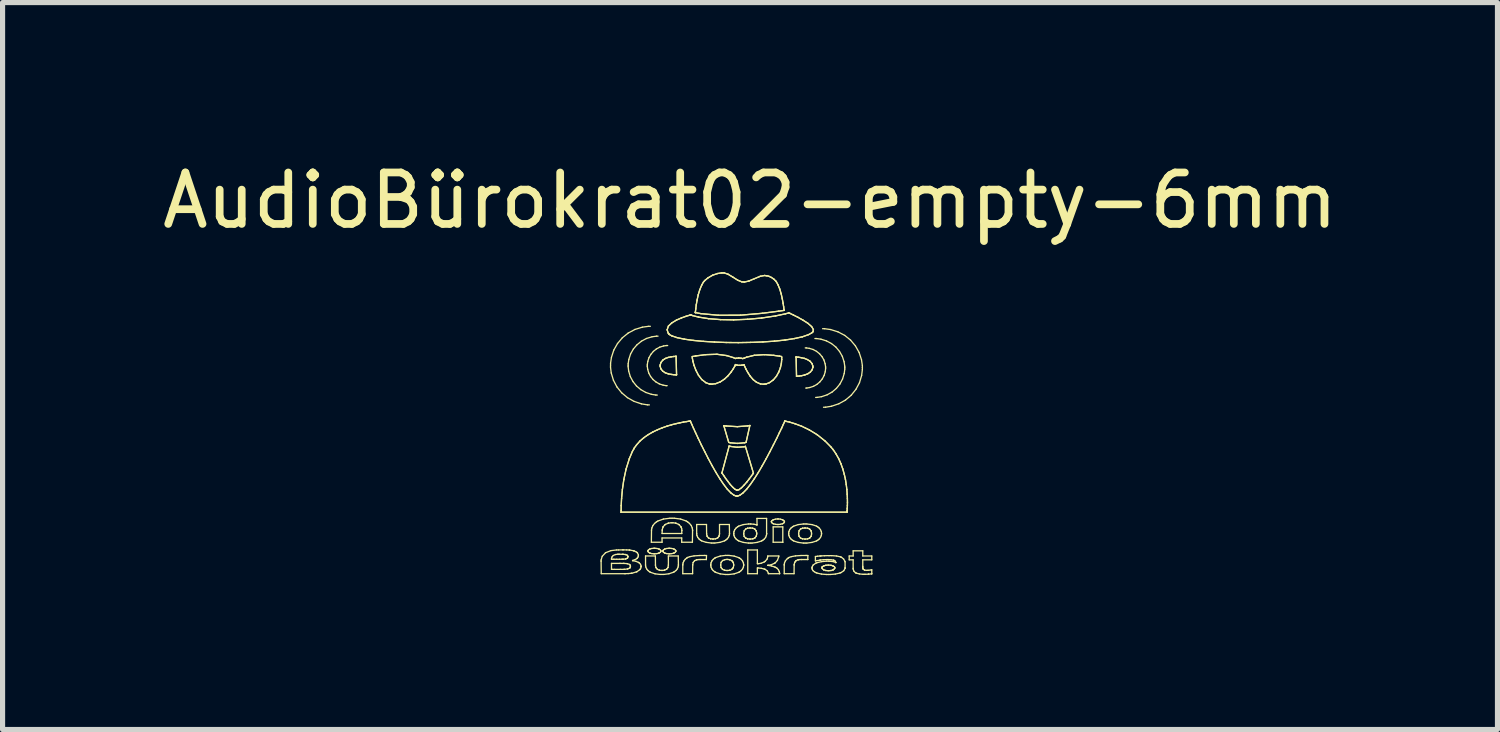
<source format=kicad_pcb>
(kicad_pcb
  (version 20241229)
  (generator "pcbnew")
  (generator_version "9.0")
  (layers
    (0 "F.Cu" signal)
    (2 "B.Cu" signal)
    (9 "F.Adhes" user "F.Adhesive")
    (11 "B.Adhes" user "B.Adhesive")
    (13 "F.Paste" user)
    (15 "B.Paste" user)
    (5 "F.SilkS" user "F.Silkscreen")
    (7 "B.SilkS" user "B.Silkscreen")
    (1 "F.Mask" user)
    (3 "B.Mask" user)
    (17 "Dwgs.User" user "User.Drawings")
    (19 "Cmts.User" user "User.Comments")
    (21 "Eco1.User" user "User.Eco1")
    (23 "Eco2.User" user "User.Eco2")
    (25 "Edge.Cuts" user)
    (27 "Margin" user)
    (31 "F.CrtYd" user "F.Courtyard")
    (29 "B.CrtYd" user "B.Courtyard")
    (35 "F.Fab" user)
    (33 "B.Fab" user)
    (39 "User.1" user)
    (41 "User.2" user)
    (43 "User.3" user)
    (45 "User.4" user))
  (footprint "AudioBürokrat02-empty-6mm"
    (layer "F.Cu")
    (at 11.39 5.348)
    (property "Reference" "AudioBürokrat02-empty-6mm" (at 0.14 -4.5 0) (layer "F.SilkS") (effects (font (size 1 1) (thickness 0.15))))
    (attr through_hole)
    (fp_line (start -2.755 2.513) (end -2.755 2.489) (stroke (width 0.025) (type solid)) (layer "F.SilkS"))
    (fp_line (start -2.755 2.489) (end -2.733 2.416) (stroke (width 0.025) (type solid)) (layer "F.SilkS"))
    (fp_line (start -2.752 2.754) (end -2.755 2.513) (stroke (width 0.025) (type solid)) (layer "F.SilkS"))
    (fp_line (start -2.733 2.416) (end -2.669 2.347) (stroke (width 0.025) (type solid)) (layer "F.SilkS"))
    (fp_line (start -2.669 2.347) (end -2.564 2.306) (stroke (width 0.025) (type solid)) (layer "F.SilkS"))
    (fp_line (start -2.572 -1.262) (end -2.571 -1.3) (stroke (width 0.025) (type solid)) (layer "F.SilkS"))
    (fp_line (start -2.571 -1.3) (end -2.571 -1.338) (stroke (width 0.025) (type solid)) (layer "F.SilkS"))
    (fp_line (start -2.571 -1.338) (end -2.554 -1.451) (stroke (width 0.025) (type solid)) (layer "F.SilkS"))
    (fp_line (start -2.564 2.306) (end -2.455 2.293) (stroke (width 0.025) (type solid)) (layer "F.SilkS"))
    (fp_line (start -2.558 -1.148) (end -2.572 -1.262) (stroke (width 0.025) (type solid)) (layer "F.SilkS"))
    (fp_line (start -2.554 -1.451) (end -2.508 -1.593) (stroke (width 0.025) (type solid)) (layer "F.SilkS"))
    (fp_line (start -2.553 2.463) (end -2.553 2.474) (stroke (width 0.025) (type solid)) (layer "F.SilkS"))
    (fp_line (start -2.553 2.474) (end -2.522 2.474) (stroke (width 0.025) (type solid)) (layer "F.SilkS"))
    (fp_line (start -2.553 2.554) (end -2.553 2.67) (stroke (width 0.025) (type solid)) (layer "F.SilkS"))
    (fp_line (start -2.553 2.67) (end -2.539 2.67) (stroke (width 0.025) (type solid)) (layer "F.SilkS"))
    (fp_line (start -2.545 2.431) (end -2.553 2.463) (stroke (width 0.025) (type solid)) (layer "F.SilkS"))
    (fp_line (start -2.539 2.67) (end -2.5 2.67) (stroke (width 0.025) (type solid)) (layer "F.SilkS"))
    (fp_line (start -2.522 2.474) (end -2.504 2.474) (stroke (width 0.025) (type solid)) (layer "F.SilkS"))
    (fp_line (start -2.52 2.401) (end -2.545 2.431) (stroke (width 0.025) (type solid)) (layer "F.SilkS"))
    (fp_line (start -2.515 -1.005) (end -2.558 -1.148) (stroke (width 0.025) (type solid)) (layer "F.SilkS"))
    (fp_line (start -2.508 -1.593) (end -2.436 -1.72) (stroke (width 0.025) (type solid)) (layer "F.SilkS"))
    (fp_line (start -2.504 2.474) (end -2.451 2.474) (stroke (width 0.025) (type solid)) (layer "F.SilkS"))
    (fp_line (start -2.5 2.67) (end -2.382 2.67) (stroke (width 0.025) (type solid)) (layer "F.SilkS"))
    (fp_line (start -2.477 2.382) (end -2.52 2.401) (stroke (width 0.025) (type solid)) (layer "F.SilkS"))
    (fp_line (start -2.455 2.293) (end -2.418 2.293) (stroke (width 0.025) (type solid)) (layer "F.SilkS"))
    (fp_line (start -2.451 2.474) (end -2.395 2.474) (stroke (width 0.025) (type solid)) (layer "F.SilkS"))
    (fp_line (start -2.447 -0.876) (end -2.515 -1.005) (stroke (width 0.025) (type solid)) (layer "F.SilkS"))
    (fp_line (start -2.436 -1.72) (end -2.342 -1.832) (stroke (width 0.025) (type solid)) (layer "F.SilkS"))
    (fp_line (start -2.433 2.376) (end -2.477 2.382) (stroke (width 0.025) (type solid)) (layer "F.SilkS"))
    (fp_line (start -2.418 2.293) (end -2.339 2.291) (stroke (width 0.025) (type solid)) (layer "F.SilkS"))
    (fp_line (start -2.418 2.376) (end -2.433 2.376) (stroke (width 0.025) (type solid)) (layer "F.SilkS"))
    (fp_line (start -2.398 2.376) (end -2.418 2.376) (stroke (width 0.025) (type solid)) (layer "F.SilkS"))
    (fp_line (start -2.397 2.554) (end -2.553 2.554) (stroke (width 0.025) (type solid)) (layer "F.SilkS"))
    (fp_line (start -2.395 2.474) (end -2.354 2.473) (stroke (width 0.025) (type solid)) (layer "F.SilkS"))
    (fp_line (start -2.382 2.67) (end -2.312 2.67) (stroke (width 0.025) (type solid)) (layer "F.SilkS"))
    (fp_line (start -2.378 2.554) (end -2.397 2.554) (stroke (width 0.025) (type solid)) (layer "F.SilkS"))
    (fp_line (start -2.365 1.525) (end -2.365 1.558) (stroke (width 0.025) (type solid)) (layer "F.SilkS"))
    (fp_line (start -2.365 1.525) (end -2.365 1.558) (stroke (width 0.025) (type solid)) (layer "F.SilkS"))
    (fp_line (start -2.365 1.558) (end -2.365 1.558) (stroke (width 0.025) (type solid)) (layer "F.SilkS"))
    (fp_line (start -2.365 1.558) (end -2.365 1.558) (stroke (width 0.025) (type solid)) (layer "F.SilkS"))
    (fp_line (start -2.365 1.558) (end -2.365 1.558) (stroke (width 0.025) (type solid)) (layer "F.SilkS"))
    (fp_line (start -2.365 1.558) (end -2.365 1.558) (stroke (width 0.025) (type solid)) (layer "F.SilkS"))
    (fp_line (start -2.365 1.558) (end 2.025 1.558) (stroke (width 0.025) (type solid)) (layer "F.SilkS"))
    (fp_line (start -2.365 1.558) (end 2.025 1.558) (stroke (width 0.025) (type solid)) (layer "F.SilkS"))
    (fp_line (start -2.364 1.432) (end -2.365 1.525) (stroke (width 0.025) (type solid)) (layer "F.SilkS"))
    (fp_line (start -2.364 1.432) (end -2.365 1.525) (stroke (width 0.025) (type solid)) (layer "F.SilkS"))
    (fp_line (start -2.357 1.293) (end -2.364 1.432) (stroke (width 0.025) (type solid)) (layer "F.SilkS"))
    (fp_line (start -2.357 1.293) (end -2.364 1.432) (stroke (width 0.025) (type solid)) (layer "F.SilkS"))
    (fp_line (start -2.355 -0.762) (end -2.447 -0.876) (stroke (width 0.025) (type solid)) (layer "F.SilkS"))
    (fp_line (start -2.354 2.473) (end -2.335 2.473) (stroke (width 0.025) (type solid)) (layer "F.SilkS"))
    (fp_line (start -2.342 -1.832) (end -2.228 -1.924) (stroke (width 0.025) (type solid)) (layer "F.SilkS"))
    (fp_line (start -2.341 1.119) (end -2.357 1.293) (stroke (width 0.025) (type solid)) (layer "F.SilkS"))
    (fp_line (start -2.341 1.119) (end -2.357 1.293) (stroke (width 0.025) (type solid)) (layer "F.SilkS"))
    (fp_line (start -2.339 2.291) (end -2.319 2.291) (stroke (width 0.025) (type solid)) (layer "F.SilkS"))
    (fp_line (start -2.337 2.377) (end -2.398 2.376) (stroke (width 0.025) (type solid)) (layer "F.SilkS"))
    (fp_line (start -2.335 2.473) (end -2.33 2.473) (stroke (width 0.025) (type solid)) (layer "F.SilkS"))
    (fp_line (start -2.331 2.377) (end -2.337 2.377) (stroke (width 0.025) (type solid)) (layer "F.SilkS"))
    (fp_line (start -2.33 2.473) (end -2.324 2.473) (stroke (width 0.025) (type solid)) (layer "F.SilkS"))
    (fp_line (start -2.326 2.377) (end -2.331 2.377) (stroke (width 0.025) (type solid)) (layer "F.SilkS"))
    (fp_line (start -2.324 2.473) (end -2.28 2.468) (stroke (width 0.025) (type solid)) (layer "F.SilkS"))
    (fp_line (start -2.319 2.291) (end -2.258 2.292) (stroke (width 0.025) (type solid)) (layer "F.SilkS"))
    (fp_line (start -2.319 2.554) (end -2.378 2.554) (stroke (width 0.025) (type solid)) (layer "F.SilkS"))
    (fp_line (start -2.313 0.924) (end -2.341 1.119) (stroke (width 0.025) (type solid)) (layer "F.SilkS"))
    (fp_line (start -2.313 0.924) (end -2.341 1.119) (stroke (width 0.025) (type solid)) (layer "F.SilkS"))
    (fp_line (start -2.312 2.67) (end -2.306 2.67) (stroke (width 0.025) (type solid)) (layer "F.SilkS"))
    (fp_line (start -2.312 2.554) (end -2.319 2.554) (stroke (width 0.025) (type solid)) (layer "F.SilkS"))
    (fp_line (start -2.306 2.67) (end -2.3 2.67) (stroke (width 0.025) (type solid)) (layer "F.SilkS"))
    (fp_line (start -2.305 2.555) (end -2.312 2.554) (stroke (width 0.025) (type solid)) (layer "F.SilkS"))
    (fp_line (start -2.302 2.754) (end -2.752 2.754) (stroke (width 0.025) (type solid)) (layer "F.SilkS"))
    (fp_line (start -2.3 2.67) (end -2.245 2.662) (stroke (width 0.025) (type solid)) (layer "F.SilkS"))
    (fp_line (start -2.283 2.754) (end -2.302 2.754) (stroke (width 0.025) (type solid)) (layer "F.SilkS"))
    (fp_line (start -2.281 2.382) (end -2.326 2.377) (stroke (width 0.025) (type solid)) (layer "F.SilkS"))
    (fp_line (start -2.28 2.468) (end -2.277 2.467) (stroke (width 0.025) (type solid)) (layer "F.SilkS"))
    (fp_line (start -2.277 2.382) (end -2.281 2.382) (stroke (width 0.025) (type solid)) (layer "F.SilkS"))
    (fp_line (start -2.277 2.467) (end -2.272 2.466) (stroke (width 0.025) (type solid)) (layer "F.SilkS"))
    (fp_line (start -2.273 2.383) (end -2.277 2.382) (stroke (width 0.025) (type solid)) (layer "F.SilkS"))
    (fp_line (start -2.272 2.466) (end -2.243 2.45) (stroke (width 0.025) (type solid)) (layer "F.SilkS"))
    (fp_line (start -2.269 0.72) (end -2.313 0.924) (stroke (width 0.025) (type solid)) (layer "F.SilkS"))
    (fp_line (start -2.269 0.72) (end -2.313 0.924) (stroke (width 0.025) (type solid)) (layer "F.SilkS"))
    (fp_line (start -2.258 2.292) (end -2.21 2.294) (stroke (width 0.025) (type solid)) (layer "F.SilkS"))
    (fp_line (start -2.252 2.558) (end -2.305 2.555) (stroke (width 0.025) (type solid)) (layer "F.SilkS"))
    (fp_line (start -2.248 2.559) (end -2.252 2.558) (stroke (width 0.025) (type solid)) (layer "F.SilkS"))
    (fp_line (start -2.245 2.397) (end -2.273 2.383) (stroke (width 0.025) (type solid)) (layer "F.SilkS"))
    (fp_line (start -2.245 2.662) (end -2.24 2.661) (stroke (width 0.025) (type solid)) (layer "F.SilkS"))
    (fp_line (start -2.243 2.399) (end -2.245 2.397) (stroke (width 0.025) (type solid)) (layer "F.SilkS"))
    (fp_line (start -2.243 -0.668) (end -2.355 -0.762) (stroke (width 0.025) (type solid)) (layer "F.SilkS"))
    (fp_line (start -2.243 2.45) (end -2.242 2.448) (stroke (width 0.025) (type solid)) (layer "F.SilkS"))
    (fp_line (start -2.242 2.56) (end -2.248 2.559) (stroke (width 0.025) (type solid)) (layer "F.SilkS"))
    (fp_line (start -2.242 2.401) (end -2.243 2.399) (stroke (width 0.025) (type solid)) (layer "F.SilkS"))
    (fp_line (start -2.242 2.448) (end -2.24 2.446) (stroke (width 0.025) (type solid)) (layer "F.SilkS"))
    (fp_line (start -2.24 2.446) (end -2.233 2.428) (stroke (width 0.025) (type solid)) (layer "F.SilkS"))
    (fp_line (start -2.24 2.661) (end -2.234 2.66) (stroke (width 0.025) (type solid)) (layer "F.SilkS"))
    (fp_line (start -2.234 2.66) (end -2.198 2.643) (stroke (width 0.025) (type solid)) (layer "F.SilkS"))
    (fp_line (start -2.233 2.416) (end -2.242 2.401) (stroke (width 0.025) (type solid)) (layer "F.SilkS"))
    (fp_line (start -2.233 2.422) (end -2.233 2.416) (stroke (width 0.025) (type solid)) (layer "F.SilkS"))
    (fp_line (start -2.233 2.422) (end -2.233 2.422) (stroke (width 0.025) (type solid)) (layer "F.SilkS"))
    (fp_line (start -2.233 2.428) (end -2.233 2.422) (stroke (width 0.025) (type solid)) (layer "F.SilkS"))
    (fp_line (start -2.229 -1.269) (end -2.229 -1.297) (stroke (width 0.025) (type solid)) (layer "F.SilkS"))
    (fp_line (start -2.229 -1.297) (end -2.229 -1.326) (stroke (width 0.025) (type solid)) (layer "F.SilkS"))
    (fp_line (start -2.229 -1.326) (end -2.216 -1.411) (stroke (width 0.025) (type solid)) (layer "F.SilkS"))
    (fp_line (start -2.228 -1.924) (end -2.097 -1.994) (stroke (width 0.025) (type solid)) (layer "F.SilkS"))
    (fp_line (start -2.225 2.752) (end -2.283 2.754) (stroke (width 0.025) (type solid)) (layer "F.SilkS"))
    (fp_line (start -2.219 -1.184) (end -2.229 -1.269) (stroke (width 0.025) (type solid)) (layer "F.SilkS"))
    (fp_line (start -2.216 -1.411) (end -2.182 -1.517) (stroke (width 0.025) (type solid)) (layer "F.SilkS"))
    (fp_line (start -2.21 2.294) (end -2.203 2.295) (stroke (width 0.025) (type solid)) (layer "F.SilkS"))
    (fp_line (start -2.206 0.518) (end -2.269 0.72) (stroke (width 0.025) (type solid)) (layer "F.SilkS"))
    (fp_line (start -2.206 0.518) (end -2.269 0.72) (stroke (width 0.025) (type solid)) (layer "F.SilkS"))
    (fp_line (start -2.203 2.295) (end -2.196 2.295) (stroke (width 0.025) (type solid)) (layer "F.SilkS"))
    (fp_line (start -2.201 2.575) (end -2.242 2.56) (stroke (width 0.025) (type solid)) (layer "F.SilkS"))
    (fp_line (start -2.199 2.577) (end -2.201 2.575) (stroke (width 0.025) (type solid)) (layer "F.SilkS"))
    (fp_line (start -2.198 2.643) (end -2.196 2.641) (stroke (width 0.025) (type solid)) (layer "F.SilkS"))
    (fp_line (start -2.197 2.579) (end -2.199 2.577) (stroke (width 0.025) (type solid)) (layer "F.SilkS"))
    (fp_line (start -2.196 2.641) (end -2.194 2.638) (stroke (width 0.025) (type solid)) (layer "F.SilkS"))
    (fp_line (start -2.196 2.295) (end -2.124 2.309) (stroke (width 0.025) (type solid)) (layer "F.SilkS"))
    (fp_line (start -2.194 2.638) (end -2.185 2.618) (stroke (width 0.025) (type solid)) (layer "F.SilkS"))
    (fp_line (start -2.187 -1.077) (end -2.219 -1.184) (stroke (width 0.025) (type solid)) (layer "F.SilkS"))
    (fp_line (start -2.185 2.602) (end -2.197 2.579) (stroke (width 0.025) (type solid)) (layer "F.SilkS"))
    (fp_line (start -2.185 2.611) (end -2.185 2.602) (stroke (width 0.025) (type solid)) (layer "F.SilkS"))
    (fp_line (start -2.185 2.611) (end -2.185 2.611) (stroke (width 0.025) (type solid)) (layer "F.SilkS"))
    (fp_line (start -2.185 2.618) (end -2.185 2.611) (stroke (width 0.025) (type solid)) (layer "F.SilkS"))
    (fp_line (start -2.182 -1.517) (end -2.128 -1.613) (stroke (width 0.025) (type solid)) (layer "F.SilkS"))
    (fp_line (start -2.172 2.747) (end -2.225 2.752) (stroke (width 0.025) (type solid)) (layer "F.SilkS"))
    (fp_line (start -2.163 2.746) (end -2.172 2.747) (stroke (width 0.025) (type solid)) (layer "F.SilkS"))
    (fp_line (start -2.154 2.745) (end -2.163 2.746) (stroke (width 0.025) (type solid)) (layer "F.SilkS"))
    (fp_line (start -2.146 0.376) (end -2.206 0.518) (stroke (width 0.025) (type solid)) (layer "F.SilkS"))
    (fp_line (start -2.146 0.376) (end -2.206 0.518) (stroke (width 0.025) (type solid)) (layer "F.SilkS"))
    (fp_line (start -2.143 2.498) (end -2.143 2.501) (stroke (width 0.025) (type solid)) (layer "F.SilkS"))
    (fp_line (start -2.143 2.501) (end -2.13 2.502) (stroke (width 0.025) (type solid)) (layer "F.SilkS"))
    (fp_line (start -2.135 -0.98) (end -2.187 -1.077) (stroke (width 0.025) (type solid)) (layer "F.SilkS"))
    (fp_line (start -2.134 2.495) (end -2.143 2.498) (stroke (width 0.025) (type solid)) (layer "F.SilkS"))
    (fp_line (start -2.13 2.502) (end -2.075 2.515) (stroke (width 0.025) (type solid)) (layer "F.SilkS"))
    (fp_line (start -2.128 -1.613) (end -2.057 -1.696) (stroke (width 0.025) (type solid)) (layer "F.SilkS"))
    (fp_line (start -2.124 2.309) (end -2.117 2.311) (stroke (width 0.025) (type solid)) (layer "F.SilkS"))
    (fp_line (start -2.121 0.332) (end -2.146 0.376) (stroke (width 0.025) (type solid)) (layer "F.SilkS"))
    (fp_line (start -2.121 0.332) (end -2.146 0.376) (stroke (width 0.025) (type solid)) (layer "F.SilkS"))
    (fp_line (start -2.117 2.311) (end -2.11 2.313) (stroke (width 0.025) (type solid)) (layer "F.SilkS"))
    (fp_line (start -2.114 -0.595) (end -2.243 -0.668) (stroke (width 0.025) (type solid)) (layer "F.SilkS"))
    (fp_line (start -2.11 2.313) (end -2.078 2.327) (stroke (width 0.025) (type solid)) (layer "F.SilkS"))
    (fp_line (start -2.109 0.31) (end -2.121 0.332) (stroke (width 0.025) (type solid)) (layer "F.SilkS"))
    (fp_line (start -2.109 0.31) (end -2.121 0.332) (stroke (width 0.025) (type solid)) (layer "F.SilkS"))
    (fp_line (start -2.097 -1.994) (end -1.953 -2.038) (stroke (width 0.025) (type solid)) (layer "F.SilkS"))
    (fp_line (start -2.095 2.481) (end -2.134 2.495) (stroke (width 0.025) (type solid)) (layer "F.SilkS"))
    (fp_line (start -2.078 2.327) (end -2.055 2.343) (stroke (width 0.025) (type solid)) (layer "F.SilkS"))
    (fp_line (start -2.075 2.515) (end -2.03 2.534) (stroke (width 0.025) (type solid)) (layer "F.SilkS"))
    (fp_line (start -2.071 2.72) (end -2.154 2.745) (stroke (width 0.025) (type solid)) (layer "F.SilkS"))
    (fp_line (start -2.067 -0.895) (end -2.135 -0.98) (stroke (width 0.025) (type solid)) (layer "F.SilkS"))
    (fp_line (start -2.065 0.249) (end -2.109 0.31) (stroke (width 0.025) (type solid)) (layer "F.SilkS"))
    (fp_line (start -2.065 0.249) (end -2.109 0.31) (stroke (width 0.025) (type solid)) (layer "F.SilkS"))
    (fp_line (start -2.064 2.462) (end -2.095 2.481) (stroke (width 0.025) (type solid)) (layer "F.SilkS"))
    (fp_line (start -2.063 2.717) (end -2.071 2.72) (stroke (width 0.025) (type solid)) (layer "F.SilkS"))
    (fp_line (start -2.059 2.458) (end -2.064 2.462) (stroke (width 0.025) (type solid)) (layer "F.SilkS"))
    (fp_line (start -2.057 -1.696) (end -1.972 -1.765) (stroke (width 0.025) (type solid)) (layer "F.SilkS"))
    (fp_line (start -2.056 2.714) (end -2.063 2.717) (stroke (width 0.025) (type solid)) (layer "F.SilkS"))
    (fp_line (start -2.055 2.343) (end -2.051 2.347) (stroke (width 0.025) (type solid)) (layer "F.SilkS"))
    (fp_line (start -2.054 2.454) (end -2.059 2.458) (stroke (width 0.025) (type solid)) (layer "F.SilkS"))
    (fp_line (start -2.051 2.347) (end -2.048 2.351) (stroke (width 0.025) (type solid)) (layer "F.SilkS"))
    (fp_line (start -2.048 2.351) (end -2.03 2.387) (stroke (width 0.025) (type solid)) (layer "F.SilkS"))
    (fp_line (start -2.037 2.43) (end -2.054 2.454) (stroke (width 0.025) (type solid)) (layer "F.SilkS"))
    (fp_line (start -2.03 2.534) (end -2.022 2.538) (stroke (width 0.025) (type solid)) (layer "F.SilkS"))
    (fp_line (start -2.03 2.387) (end -2.03 2.399) (stroke (width 0.025) (type solid)) (layer "F.SilkS"))
    (fp_line (start -2.03 2.399) (end -2.03 2.407) (stroke (width 0.025) (type solid)) (layer "F.SilkS"))
    (fp_line (start -2.03 2.407) (end -2.037 2.43) (stroke (width 0.025) (type solid)) (layer "F.SilkS"))
    (fp_line (start -2.022 2.538) (end -2.015 2.543) (stroke (width 0.025) (type solid)) (layer "F.SilkS"))
    (fp_line (start -2.015 2.543) (end -1.989 2.571) (stroke (width 0.025) (type solid)) (layer "F.SilkS"))
    (fp_line (start -2.005 2.677) (end -2.056 2.714) (stroke (width 0.025) (type solid)) (layer "F.SilkS"))
    (fp_line (start -2.001 2.673) (end -2.005 2.677) (stroke (width 0.025) (type solid)) (layer "F.SilkS"))
    (fp_line (start -1.999 0.175) (end -2.065 0.249) (stroke (width 0.025) (type solid)) (layer "F.SilkS"))
    (fp_line (start -1.999 0.175) (end -2.065 0.249) (stroke (width 0.025) (type solid)) (layer "F.SilkS"))
    (fp_line (start -1.997 2.668) (end -2.001 2.673) (stroke (width 0.025) (type solid)) (layer "F.SilkS"))
    (fp_line (start -1.989 2.571) (end -1.978 2.603) (stroke (width 0.025) (type solid)) (layer "F.SilkS"))
    (fp_line (start -1.984 2.645) (end -1.997 2.668) (stroke (width 0.025) (type solid)) (layer "F.SilkS"))
    (fp_line (start -1.983 -0.824) (end -2.067 -0.895) (stroke (width 0.025) (type solid)) (layer "F.SilkS"))
    (fp_line (start -1.978 2.603) (end -1.978 2.613) (stroke (width 0.025) (type solid)) (layer "F.SilkS"))
    (fp_line (start -1.978 2.613) (end -1.978 2.613) (stroke (width 0.025) (type solid)) (layer "F.SilkS"))
    (fp_line (start -1.978 2.613) (end -1.978 2.621) (stroke (width 0.025) (type solid)) (layer "F.SilkS"))
    (fp_line (start -1.978 2.621) (end -1.984 2.645) (stroke (width 0.025) (type solid)) (layer "F.SilkS"))
    (fp_line (start -1.972 -1.765) (end -1.874 -1.818) (stroke (width 0.025) (type solid)) (layer "F.SilkS"))
    (fp_line (start -1.971 -0.547) (end -2.114 -0.595) (stroke (width 0.025) (type solid)) (layer "F.SilkS"))
    (fp_line (start -1.953 -2.038) (end -1.837 -2.054) (stroke (width 0.025) (type solid)) (layer "F.SilkS"))
    (fp_line (start -1.922 0.109) (end -1.999 0.175) (stroke (width 0.025) (type solid)) (layer "F.SilkS"))
    (fp_line (start -1.922 0.109) (end -1.999 0.175) (stroke (width 0.025) (type solid)) (layer "F.SilkS"))
    (fp_line (start -1.891 2.41) (end -1.7 2.41) (stroke (width 0.025) (type solid)) (layer "F.SilkS"))
    (fp_line (start -1.891 2.583) (end -1.891 2.41) (stroke (width 0.025) (type solid)) (layer "F.SilkS"))
    (fp_line (start -1.891 2.593) (end -1.891 2.583) (stroke (width 0.025) (type solid)) (layer "F.SilkS"))
    (fp_line (start -1.886 -0.769) (end -1.983 -0.824) (stroke (width 0.025) (type solid)) (layer "F.SilkS"))
    (fp_line (start -1.886 2.624) (end -1.891 2.593) (stroke (width 0.025) (type solid)) (layer "F.SilkS"))
    (fp_line (start -1.874 -1.818) (end -1.766 -1.851) (stroke (width 0.025) (type solid)) (layer "F.SilkS"))
    (fp_line (start -1.87 2.661) (end -1.886 2.624) (stroke (width 0.025) (type solid)) (layer "F.SilkS"))
    (fp_line (start -1.857 -1.276) (end -1.856 -1.295) (stroke (width 0.025) (type solid)) (layer "F.SilkS"))
    (fp_line (start -1.856 -1.295) (end -1.856 -1.315) (stroke (width 0.025) (type solid)) (layer "F.SilkS"))
    (fp_line (start -1.856 -1.315) (end -1.847 -1.373) (stroke (width 0.025) (type solid)) (layer "F.SilkS"))
    (fp_line (start -1.855 -0.528) (end -1.971 -0.547) (stroke (width 0.025) (type solid)) (layer "F.SilkS"))
    (fp_line (start -1.849 -1.218) (end -1.857 -1.276) (stroke (width 0.025) (type solid)) (layer "F.SilkS"))
    (fp_line (start -1.847 -1.373) (end -1.824 -1.445) (stroke (width 0.025) (type solid)) (layer "F.SilkS"))
    (fp_line (start -1.845 2.309) (end -1.836 2.294) (stroke (width 0.025) (type solid)) (layer "F.SilkS"))
    (fp_line (start -1.845 2.314) (end -1.845 2.309) (stroke (width 0.025) (type solid)) (layer "F.SilkS"))
    (fp_line (start -1.845 2.314) (end -1.845 2.314) (stroke (width 0.025) (type solid)) (layer "F.SilkS"))
    (fp_line (start -1.845 2.319) (end -1.845 2.314) (stroke (width 0.025) (type solid)) (layer "F.SilkS"))
    (fp_line (start -1.844 2.692) (end -1.87 2.661) (stroke (width 0.025) (type solid)) (layer "F.SilkS"))
    (fp_line (start -1.839 0.051) (end -1.922 0.109) (stroke (width 0.025) (type solid)) (layer "F.SilkS"))
    (fp_line (start -1.839 0.051) (end -1.922 0.109) (stroke (width 0.025) (type solid)) (layer "F.SilkS"))
    (fp_line (start -1.837 -2.054) (end -1.798 -2.055) (stroke (width 0.025) (type solid)) (layer "F.SilkS"))
    (fp_line (start -1.836 2.294) (end -1.815 2.279) (stroke (width 0.025) (type solid)) (layer "F.SilkS"))
    (fp_line (start -1.836 2.335) (end -1.845 2.319) (stroke (width 0.025) (type solid)) (layer "F.SilkS"))
    (fp_line (start -1.828 -1.145) (end -1.849 -1.218) (stroke (width 0.025) (type solid)) (layer "F.SilkS"))
    (fp_line (start -1.824 -1.445) (end -1.787 -1.51) (stroke (width 0.025) (type solid)) (layer "F.SilkS"))
    (fp_line (start -1.817 2.714) (end -1.844 2.692) (stroke (width 0.025) (type solid)) (layer "F.SilkS"))
    (fp_line (start -1.817 -0.527) (end -1.855 -0.528) (stroke (width 0.025) (type solid)) (layer "F.SilkS"))
    (fp_line (start -1.815 2.279) (end -1.808 2.276) (stroke (width 0.025) (type solid)) (layer "F.SilkS"))
    (fp_line (start -1.815 2.35) (end -1.836 2.335) (stroke (width 0.025) (type solid)) (layer "F.SilkS"))
    (fp_line (start -1.808 2.276) (end -1.802 2.273) (stroke (width 0.025) (type solid)) (layer "F.SilkS"))
    (fp_line (start -1.808 2.352) (end -1.815 2.35) (stroke (width 0.025) (type solid)) (layer "F.SilkS"))
    (fp_line (start -1.807 2.72) (end -1.817 2.714) (stroke (width 0.025) (type solid)) (layer "F.SilkS"))
    (fp_line (start -1.802 2.273) (end -1.768 2.264) (stroke (width 0.025) (type solid)) (layer "F.SilkS"))
    (fp_line (start -1.802 2.355) (end -1.808 2.352) (stroke (width 0.025) (type solid)) (layer "F.SilkS"))
    (fp_line (start -1.793 2.728) (end -1.807 2.72) (stroke (width 0.025) (type solid)) (layer "F.SilkS"))
    (fp_line (start -1.793 -1.079) (end -1.828 -1.145) (stroke (width 0.025) (type solid)) (layer "F.SilkS"))
    (fp_line (start -1.787 -1.51) (end -1.739 -1.567) (stroke (width 0.025) (type solid)) (layer "F.SilkS"))
    (fp_line (start -1.779 -0.733) (end -1.886 -0.769) (stroke (width 0.025) (type solid)) (layer "F.SilkS"))
    (fp_line (start -1.778 2.143) (end -1.775 1.918) (stroke (width 0.025) (type solid)) (layer "F.SilkS"))
    (fp_line (start -1.775 1.904) (end -1.768 1.865) (stroke (width 0.025) (type solid)) (layer "F.SilkS"))
    (fp_line (start -1.775 1.918) (end -1.775 1.904) (stroke (width 0.025) (type solid)) (layer "F.SilkS"))
    (fp_line (start -1.768 1.865) (end -1.748 1.818) (stroke (width 0.025) (type solid)) (layer "F.SilkS"))
    (fp_line (start -1.768 2.264) (end -1.731 2.26) (stroke (width 0.025) (type solid)) (layer "F.SilkS"))
    (fp_line (start -1.768 2.364) (end -1.802 2.355) (stroke (width 0.025) (type solid)) (layer "F.SilkS"))
    (fp_line (start -1.766 -1.851) (end -1.678 -1.863) (stroke (width 0.025) (type solid)) (layer "F.SilkS"))
    (fp_line (start -1.75 0) (end -1.839 0.051) (stroke (width 0.025) (type solid)) (layer "F.SilkS"))
    (fp_line (start -1.75 0) (end -1.839 0.051) (stroke (width 0.025) (type solid)) (layer "F.SilkS"))
    (fp_line (start -1.748 1.818) (end -1.715 1.777) (stroke (width 0.025) (type solid)) (layer "F.SilkS"))
    (fp_line (start -1.746 -1.021) (end -1.793 -1.079) (stroke (width 0.025) (type solid)) (layer "F.SilkS"))
    (fp_line (start -1.739 -1.567) (end -1.681 -1.614) (stroke (width 0.025) (type solid)) (layer "F.SilkS"))
    (fp_line (start -1.731 2.26) (end -1.719 2.26) (stroke (width 0.025) (type solid)) (layer "F.SilkS"))
    (fp_line (start -1.731 2.368) (end -1.768 2.364) (stroke (width 0.025) (type solid)) (layer "F.SilkS"))
    (fp_line (start -1.719 2.26) (end -1.707 2.26) (stroke (width 0.025) (type solid)) (layer "F.SilkS"))
    (fp_line (start -1.719 2.368) (end -1.731 2.368) (stroke (width 0.025) (type solid)) (layer "F.SilkS"))
    (fp_line (start -1.715 1.777) (end -1.681 1.749) (stroke (width 0.025) (type solid)) (layer "F.SilkS"))
    (fp_line (start -1.707 2.26) (end -1.67 2.264) (stroke (width 0.025) (type solid)) (layer "F.SilkS"))
    (fp_line (start -1.707 2.368) (end -1.719 2.368) (stroke (width 0.025) (type solid)) (layer "F.SilkS"))
    (fp_line (start -1.706 2.757) (end -1.793 2.728) (stroke (width 0.025) (type solid)) (layer "F.SilkS"))
    (fp_line (start -1.7 2.41) (end -1.698 2.582) (stroke (width 0.025) (type solid)) (layer "F.SilkS"))
    (fp_line (start -1.698 2.582) (end -1.698 2.595) (stroke (width 0.025) (type solid)) (layer "F.SilkS"))
    (fp_line (start -1.698 2.595) (end -1.689 2.632) (stroke (width 0.025) (type solid)) (layer "F.SilkS"))
    (fp_line (start -1.692 -0.719) (end -1.779 -0.733) (stroke (width 0.025) (type solid)) (layer "F.SilkS"))
    (fp_line (start -1.689 2.632) (end -1.688 2.635) (stroke (width 0.025) (type solid)) (layer "F.SilkS"))
    (fp_line (start -1.689 -0.973) (end -1.746 -1.021) (stroke (width 0.025) (type solid)) (layer "F.SilkS"))
    (fp_line (start -1.688 2.635) (end -1.686 2.639) (stroke (width 0.025) (type solid)) (layer "F.SilkS"))
    (fp_line (start -1.686 2.639) (end -1.663 2.667) (stroke (width 0.025) (type solid)) (layer "F.SilkS"))
    (fp_line (start -1.681 1.749) (end -1.669 1.741) (stroke (width 0.025) (type solid)) (layer "F.SilkS"))
    (fp_line (start -1.681 -1.614) (end -1.614 -1.65) (stroke (width 0.025) (type solid)) (layer "F.SilkS"))
    (fp_line (start -1.678 -1.863) (end -1.649 -1.863) (stroke (width 0.025) (type solid)) (layer "F.SilkS"))
    (fp_line (start -1.67 2.264) (end -1.636 2.273) (stroke (width 0.025) (type solid)) (layer "F.SilkS"))
    (fp_line (start -1.67 2.364) (end -1.707 2.368) (stroke (width 0.025) (type solid)) (layer "F.SilkS"))
    (fp_line (start -1.669 1.741) (end -1.651 1.73) (stroke (width 0.025) (type solid)) (layer "F.SilkS"))
    (fp_line (start -1.663 2.667) (end -1.66 2.669) (stroke (width 0.025) (type solid)) (layer "F.SilkS"))
    (fp_line (start -1.663 -0.718) (end -1.692 -0.719) (stroke (width 0.025) (type solid)) (layer "F.SilkS"))
    (fp_line (start -1.66 2.669) (end -1.657 2.671) (stroke (width 0.025) (type solid)) (layer "F.SilkS"))
    (fp_line (start -1.658 -0.044) (end -1.75 0) (stroke (width 0.025) (type solid)) (layer "F.SilkS"))
    (fp_line (start -1.658 -0.044) (end -1.75 0) (stroke (width 0.025) (type solid)) (layer "F.SilkS"))
    (fp_line (start -1.657 2.671) (end -1.624 2.686) (stroke (width 0.025) (type solid)) (layer "F.SilkS"))
    (fp_line (start -1.651 1.73) (end -1.543 1.692) (stroke (width 0.025) (type solid)) (layer "F.SilkS"))
    (fp_line (start -1.636 2.273) (end -1.629 2.276) (stroke (width 0.025) (type solid)) (layer "F.SilkS"))
    (fp_line (start -1.636 2.355) (end -1.67 2.364) (stroke (width 0.025) (type solid)) (layer "F.SilkS"))
    (fp_line (start -1.629 2.276) (end -1.623 2.279) (stroke (width 0.025) (type solid)) (layer "F.SilkS"))
    (fp_line (start -1.629 2.352) (end -1.636 2.355) (stroke (width 0.025) (type solid)) (layer "F.SilkS"))
    (fp_line (start -1.624 2.686) (end -1.62 2.686) (stroke (width 0.025) (type solid)) (layer "F.SilkS"))
    (fp_line (start -1.623 2.279) (end -1.601 2.294) (stroke (width 0.025) (type solid)) (layer "F.SilkS"))
    (fp_line (start -1.623 2.35) (end -1.629 2.352) (stroke (width 0.025) (type solid)) (layer "F.SilkS"))
    (fp_line (start -1.623 -0.935) (end -1.689 -0.973) (stroke (width 0.025) (type solid)) (layer "F.SilkS"))
    (fp_line (start -1.62 2.686) (end -1.617 2.687) (stroke (width 0.025) (type solid)) (layer "F.SilkS"))
    (fp_line (start -1.617 2.687) (end -1.583 2.691) (stroke (width 0.025) (type solid)) (layer "F.SilkS"))
    (fp_line (start -1.614 -1.65) (end -1.54 -1.673) (stroke (width 0.025) (type solid)) (layer "F.SilkS"))
    (fp_line (start -1.606 -1.276) (end -1.606 -1.291) (stroke (width 0.025) (type solid)) (layer "F.SilkS"))
    (fp_line (start -1.606 -1.276) (end -1.606 -1.291) (stroke (width 0.025) (type solid)) (layer "F.SilkS"))
    (fp_line (start -1.606 2.769) (end -1.706 2.757) (stroke (width 0.025) (type solid)) (layer "F.SilkS"))
    (fp_line (start -1.606 -1.291) (end -1.605 -1.306) (stroke (width 0.025) (type solid)) (layer "F.SilkS"))
    (fp_line (start -1.606 -1.291) (end -1.605 -1.306) (stroke (width 0.025) (type solid)) (layer "F.SilkS"))
    (fp_line (start -1.605 -1.306) (end -1.591 -1.352) (stroke (width 0.025) (type solid)) (layer "F.SilkS"))
    (fp_line (start -1.605 -1.306) (end -1.591 -1.352) (stroke (width 0.025) (type solid)) (layer "F.SilkS"))
    (fp_line (start -1.601 2.294) (end -1.592 2.309) (stroke (width 0.025) (type solid)) (layer "F.SilkS"))
    (fp_line (start -1.601 2.335) (end -1.623 2.35) (stroke (width 0.025) (type solid)) (layer "F.SilkS"))
    (fp_line (start -1.594 -1.23) (end -1.606 -1.276) (stroke (width 0.025) (type solid)) (layer "F.SilkS"))
    (fp_line (start -1.594 -1.23) (end -1.606 -1.276) (stroke (width 0.025) (type solid)) (layer "F.SilkS"))
    (fp_line (start -1.592 2.309) (end -1.592 2.314) (stroke (width 0.025) (type solid)) (layer "F.SilkS"))
    (fp_line (start -1.592 2.314) (end -1.592 2.319) (stroke (width 0.025) (type solid)) (layer "F.SilkS"))
    (fp_line (start -1.592 2.319) (end -1.601 2.335) (stroke (width 0.025) (type solid)) (layer "F.SilkS"))
    (fp_line (start -1.591 -1.352) (end -1.555 -1.398) (stroke (width 0.025) (type solid)) (layer "F.SilkS"))
    (fp_line (start -1.591 -1.352) (end -1.555 -1.398) (stroke (width 0.025) (type solid)) (layer "F.SilkS"))
    (fp_line (start -1.583 2.691) (end -1.572 2.691) (stroke (width 0.025) (type solid)) (layer "F.SilkS"))
    (fp_line (start -1.572 2.691) (end -1.56 2.691) (stroke (width 0.025) (type solid)) (layer "F.SilkS"))
    (fp_line (start -1.572 2.769) (end -1.606 2.769) (stroke (width 0.025) (type solid)) (layer "F.SilkS"))
    (fp_line (start -1.57 1.973) (end -1.188 1.973) (stroke (width 0.025) (type solid)) (layer "F.SilkS"))
    (fp_line (start -1.57 2.06) (end -1.57 2.143) (stroke (width 0.025) (type solid)) (layer "F.SilkS"))
    (fp_line (start -1.57 2.143) (end -1.778 2.143) (stroke (width 0.025) (type solid)) (layer "F.SilkS"))
    (fp_line (start -1.567 1.901) (end -1.567 1.918) (stroke (width 0.025) (type solid)) (layer "F.SilkS"))
    (fp_line (start -1.567 1.918) (end -1.57 1.973) (stroke (width 0.025) (type solid)) (layer "F.SilkS"))
    (fp_line (start -1.565 -0.082) (end -1.658 -0.044) (stroke (width 0.025) (type solid)) (layer "F.SilkS"))
    (fp_line (start -1.565 -0.082) (end -1.658 -0.044) (stroke (width 0.025) (type solid)) (layer "F.SilkS"))
    (fp_line (start -1.56 2.691) (end -1.526 2.686) (stroke (width 0.025) (type solid)) (layer "F.SilkS"))
    (fp_line (start -1.558 -1.184) (end -1.594 -1.23) (stroke (width 0.025) (type solid)) (layer "F.SilkS"))
    (fp_line (start -1.558 -1.184) (end -1.594 -1.23) (stroke (width 0.025) (type solid)) (layer "F.SilkS"))
    (fp_line (start -1.555 -1.398) (end -1.505 -1.43) (stroke (width 0.025) (type solid)) (layer "F.SilkS"))
    (fp_line (start -1.555 -1.398) (end -1.505 -1.43) (stroke (width 0.025) (type solid)) (layer "F.SilkS"))
    (fp_line (start -1.555 2.309) (end -1.545 2.294) (stroke (width 0.025) (type solid)) (layer "F.SilkS"))
    (fp_line (start -1.555 2.314) (end -1.555 2.309) (stroke (width 0.025) (type solid)) (layer "F.SilkS"))
    (fp_line (start -1.555 2.314) (end -1.555 2.314) (stroke (width 0.025) (type solid)) (layer "F.SilkS"))
    (fp_line (start -1.555 2.319) (end -1.555 2.314) (stroke (width 0.025) (type solid)) (layer "F.SilkS"))
    (fp_line (start -1.553 1.852) (end -1.567 1.901) (stroke (width 0.025) (type solid)) (layer "F.SilkS"))
    (fp_line (start -1.551 1.846) (end -1.553 1.852) (stroke (width 0.025) (type solid)) (layer "F.SilkS"))
    (fp_line (start -1.55 -0.911) (end -1.623 -0.935) (stroke (width 0.025) (type solid)) (layer "F.SilkS"))
    (fp_line (start -1.548 1.841) (end -1.551 1.846) (stroke (width 0.025) (type solid)) (layer "F.SilkS"))
    (fp_line (start -1.545 2.294) (end -1.524 2.279) (stroke (width 0.025) (type solid)) (layer "F.SilkS"))
    (fp_line (start -1.545 2.335) (end -1.555 2.319) (stroke (width 0.025) (type solid)) (layer "F.SilkS"))
    (fp_line (start -1.543 1.692) (end -1.417 1.676) (stroke (width 0.025) (type solid)) (layer "F.SilkS"))
    (fp_line (start -1.54 -1.673) (end -1.481 -1.681) (stroke (width 0.025) (type solid)) (layer "F.SilkS"))
    (fp_line (start -1.538 2.769) (end -1.572 2.769) (stroke (width 0.025) (type solid)) (layer "F.SilkS"))
    (fp_line (start -1.526 2.686) (end -1.522 2.685) (stroke (width 0.025) (type solid)) (layer "F.SilkS"))
    (fp_line (start -1.524 2.279) (end -1.518 2.276) (stroke (width 0.025) (type solid)) (layer "F.SilkS"))
    (fp_line (start -1.524 2.35) (end -1.545 2.335) (stroke (width 0.025) (type solid)) (layer "F.SilkS"))
    (fp_line (start -1.522 2.685) (end -1.518 2.684) (stroke (width 0.025) (type solid)) (layer "F.SilkS"))
    (fp_line (start -1.518 2.684) (end -1.485 2.669) (stroke (width 0.025) (type solid)) (layer "F.SilkS"))
    (fp_line (start -1.518 2.276) (end -1.512 2.273) (stroke (width 0.025) (type solid)) (layer "F.SilkS"))
    (fp_line (start -1.518 2.352) (end -1.524 2.35) (stroke (width 0.025) (type solid)) (layer "F.SilkS"))
    (fp_line (start -1.513 1.802) (end -1.548 1.841) (stroke (width 0.025) (type solid)) (layer "F.SilkS"))
    (fp_line (start -1.512 2.273) (end -1.477 2.264) (stroke (width 0.025) (type solid)) (layer "F.SilkS"))
    (fp_line (start -1.512 2.355) (end -1.518 2.352) (stroke (width 0.025) (type solid)) (layer "F.SilkS"))
    (fp_line (start -1.509 1.799) (end -1.513 1.802) (stroke (width 0.025) (type solid)) (layer "F.SilkS"))
    (fp_line (start -1.508 -1.152) (end -1.558 -1.184) (stroke (width 0.025) (type solid)) (layer "F.SilkS"))
    (fp_line (start -1.508 -1.152) (end -1.558 -1.184) (stroke (width 0.025) (type solid)) (layer "F.SilkS"))
    (fp_line (start -1.505 -1.43) (end -1.449 -1.45) (stroke (width 0.025) (type solid)) (layer "F.SilkS"))
    (fp_line (start -1.505 -1.43) (end -1.449 -1.45) (stroke (width 0.025) (type solid)) (layer "F.SilkS"))
    (fp_line (start -1.504 1.796) (end -1.509 1.799) (stroke (width 0.025) (type solid)) (layer "F.SilkS"))
    (fp_line (start -1.491 -0.901) (end -1.55 -0.911) (stroke (width 0.025) (type solid)) (layer "F.SilkS"))
    (fp_line (start -1.485 2.669) (end -1.482 2.667) (stroke (width 0.025) (type solid)) (layer "F.SilkS"))
    (fp_line (start -1.482 2.667) (end -1.479 2.665) (stroke (width 0.025) (type solid)) (layer "F.SilkS"))
    (fp_line (start -1.481 -1.681) (end -1.461 -1.681) (stroke (width 0.025) (type solid)) (layer "F.SilkS"))
    (fp_line (start -1.479 2.665) (end -1.457 2.637) (stroke (width 0.025) (type solid)) (layer "F.SilkS"))
    (fp_line (start -1.477 2.264) (end -1.44 2.26) (stroke (width 0.025) (type solid)) (layer "F.SilkS"))
    (fp_line (start -1.477 2.364) (end -1.512 2.355) (stroke (width 0.025) (type solid)) (layer "F.SilkS"))
    (fp_line (start -1.473 -0.114) (end -1.565 -0.082) (stroke (width 0.025) (type solid)) (layer "F.SilkS"))
    (fp_line (start -1.473 -0.114) (end -1.565 -0.082) (stroke (width 0.025) (type solid)) (layer "F.SilkS"))
    (fp_line (start -1.471 -1.987) (end -1.451 -1.924) (stroke (width 0.025) (type solid)) (layer "F.SilkS"))
    (fp_line (start -1.471 -1.987) (end -1.451 -1.924) (stroke (width 0.025) (type solid)) (layer "F.SilkS"))
    (fp_line (start -1.471 -0.901) (end -1.491 -0.901) (stroke (width 0.025) (type solid)) (layer "F.SilkS"))
    (fp_line (start -1.457 2.637) (end -1.456 2.634) (stroke (width 0.025) (type solid)) (layer "F.SilkS"))
    (fp_line (start -1.456 2.634) (end -1.454 2.63) (stroke (width 0.025) (type solid)) (layer "F.SilkS"))
    (fp_line (start -1.454 2.63) (end -1.447 2.594) (stroke (width 0.025) (type solid)) (layer "F.SilkS"))
    (fp_line (start -1.453 1.774) (end -1.504 1.796) (stroke (width 0.025) (type solid)) (layer "F.SilkS"))
    (fp_line (start -1.451 -1.924) (end -1.438 -1.908) (stroke (width 0.025) (type solid)) (layer "F.SilkS"))
    (fp_line (start -1.451 -1.924) (end -1.438 -1.908) (stroke (width 0.025) (type solid)) (layer "F.SilkS"))
    (fp_line (start -1.449 -1.131) (end -1.508 -1.152) (stroke (width 0.025) (type solid)) (layer "F.SilkS"))
    (fp_line (start -1.449 -1.131) (end -1.508 -1.152) (stroke (width 0.025) (type solid)) (layer "F.SilkS"))
    (fp_line (start -1.449 -1.45) (end -1.393 -1.462) (stroke (width 0.025) (type solid)) (layer "F.SilkS"))
    (fp_line (start -1.449 -1.45) (end -1.393 -1.462) (stroke (width 0.025) (type solid)) (layer "F.SilkS"))
    (fp_line (start -1.447 1.772) (end -1.453 1.774) (stroke (width 0.025) (type solid)) (layer "F.SilkS"))
    (fp_line (start -1.447 -2.058) (end -1.471 -1.987) (stroke (width 0.025) (type solid)) (layer "F.SilkS"))
    (fp_line (start -1.447 -2.058) (end -1.471 -1.987) (stroke (width 0.025) (type solid)) (layer "F.SilkS"))
    (fp_line (start -1.447 2.41) (end -1.255 2.41) (stroke (width 0.025) (type solid)) (layer "F.SilkS"))
    (fp_line (start -1.447 2.582) (end -1.447 2.41) (stroke (width 0.025) (type solid)) (layer "F.SilkS"))
    (fp_line (start -1.447 2.594) (end -1.447 2.582) (stroke (width 0.025) (type solid)) (layer "F.SilkS"))
    (fp_line (start -1.441 1.771) (end -1.447 1.772) (stroke (width 0.025) (type solid)) (layer "F.SilkS"))
    (fp_line (start -1.44 2.26) (end -1.428 2.26) (stroke (width 0.025) (type solid)) (layer "F.SilkS"))
    (fp_line (start -1.44 2.368) (end -1.477 2.364) (stroke (width 0.025) (type solid)) (layer "F.SilkS"))
    (fp_line (start -1.438 -1.908) (end -1.438 -1.908) (stroke (width 0.025) (type solid)) (layer "F.SilkS"))
    (fp_line (start -1.438 -1.908) (end -1.438 -1.908) (stroke (width 0.025) (type solid)) (layer "F.SilkS"))
    (fp_line (start -1.438 -1.908) (end -1.427 -1.895) (stroke (width 0.025) (type solid)) (layer "F.SilkS"))
    (fp_line (start -1.438 -1.908) (end -1.427 -1.895) (stroke (width 0.025) (type solid)) (layer "F.SilkS"))
    (fp_line (start -1.437 2.756) (end -1.538 2.769) (stroke (width 0.025) (type solid)) (layer "F.SilkS"))
    (fp_line (start -1.428 2.26) (end -1.416 2.26) (stroke (width 0.025) (type solid)) (layer "F.SilkS"))
    (fp_line (start -1.428 2.368) (end -1.44 2.368) (stroke (width 0.025) (type solid)) (layer "F.SilkS"))
    (fp_line (start -1.427 -1.895) (end -1.38 -1.869) (stroke (width 0.025) (type solid)) (layer "F.SilkS"))
    (fp_line (start -1.427 -1.895) (end -1.38 -1.869) (stroke (width 0.025) (type solid)) (layer "F.SilkS"))
    (fp_line (start -1.417 1.676) (end -1.376 1.676) (stroke (width 0.025) (type solid)) (layer "F.SilkS"))
    (fp_line (start -1.416 2.26) (end -1.38 2.264) (stroke (width 0.025) (type solid)) (layer "F.SilkS"))
    (fp_line (start -1.416 2.368) (end -1.428 2.368) (stroke (width 0.025) (type solid)) (layer "F.SilkS"))
    (fp_line (start -1.393 1.764) (end -1.441 1.771) (stroke (width 0.025) (type solid)) (layer "F.SilkS"))
    (fp_line (start -1.393 -1.462) (end -1.344 -1.468) (stroke (width 0.025) (type solid)) (layer "F.SilkS"))
    (fp_line (start -1.393 -1.462) (end -1.344 -1.468) (stroke (width 0.025) (type solid)) (layer "F.SilkS"))
    (fp_line (start -1.39 -1.119) (end -1.449 -1.131) (stroke (width 0.025) (type solid)) (layer "F.SilkS"))
    (fp_line (start -1.39 -1.119) (end -1.449 -1.131) (stroke (width 0.025) (type solid)) (layer "F.SilkS"))
    (fp_line (start -1.384 -0.141) (end -1.473 -0.114) (stroke (width 0.025) (type solid)) (layer "F.SilkS"))
    (fp_line (start -1.384 -0.141) (end -1.473 -0.114) (stroke (width 0.025) (type solid)) (layer "F.SilkS"))
    (fp_line (start -1.381 -2.121) (end -1.447 -2.058) (stroke (width 0.025) (type solid)) (layer "F.SilkS"))
    (fp_line (start -1.381 -2.121) (end -1.447 -2.058) (stroke (width 0.025) (type solid)) (layer "F.SilkS"))
    (fp_line (start -1.38 -1.869) (end -1.278 -1.835) (stroke (width 0.025) (type solid)) (layer "F.SilkS"))
    (fp_line (start -1.38 -1.869) (end -1.278 -1.835) (stroke (width 0.025) (type solid)) (layer "F.SilkS"))
    (fp_line (start -1.38 2.264) (end -1.345 2.273) (stroke (width 0.025) (type solid)) (layer "F.SilkS"))
    (fp_line (start -1.38 2.364) (end -1.416 2.368) (stroke (width 0.025) (type solid)) (layer "F.SilkS"))
    (fp_line (start -1.376 1.676) (end -1.334 1.676) (stroke (width 0.025) (type solid)) (layer "F.SilkS"))
    (fp_line (start -1.376 1.764) (end -1.393 1.764) (stroke (width 0.025) (type solid)) (layer "F.SilkS"))
    (fp_line (start -1.359 1.764) (end -1.376 1.764) (stroke (width 0.025) (type solid)) (layer "F.SilkS"))
    (fp_line (start -1.35 2.727) (end -1.437 2.756) (stroke (width 0.025) (type solid)) (layer "F.SilkS"))
    (fp_line (start -1.345 2.273) (end -1.339 2.276) (stroke (width 0.025) (type solid)) (layer "F.SilkS"))
    (fp_line (start -1.345 2.355) (end -1.38 2.364) (stroke (width 0.025) (type solid)) (layer "F.SilkS"))
    (fp_line (start -1.344 -1.468) (end -1.31 -1.47) (stroke (width 0.025) (type solid)) (layer "F.SilkS"))
    (fp_line (start -1.344 -1.468) (end -1.31 -1.47) (stroke (width 0.025) (type solid)) (layer "F.SilkS"))
    (fp_line (start -1.339 -1.114) (end -1.39 -1.119) (stroke (width 0.025) (type solid)) (layer "F.SilkS"))
    (fp_line (start -1.339 -1.114) (end -1.39 -1.119) (stroke (width 0.025) (type solid)) (layer "F.SilkS"))
    (fp_line (start -1.339 2.276) (end -1.332 2.279) (stroke (width 0.025) (type solid)) (layer "F.SilkS"))
    (fp_line (start -1.339 2.352) (end -1.345 2.355) (stroke (width 0.025) (type solid)) (layer "F.SilkS"))
    (fp_line (start -1.336 2.719) (end -1.35 2.727) (stroke (width 0.025) (type solid)) (layer "F.SilkS"))
    (fp_line (start -1.334 1.676) (end -1.21 1.692) (stroke (width 0.025) (type solid)) (layer "F.SilkS"))
    (fp_line (start -1.332 2.279) (end -1.311 2.294) (stroke (width 0.025) (type solid)) (layer "F.SilkS"))
    (fp_line (start -1.332 2.35) (end -1.339 2.352) (stroke (width 0.025) (type solid)) (layer "F.SilkS"))
    (fp_line (start -1.326 2.713) (end -1.336 2.719) (stroke (width 0.025) (type solid)) (layer "F.SilkS"))
    (fp_line (start -1.311 2.294) (end -1.301 2.309) (stroke (width 0.025) (type solid)) (layer "F.SilkS"))
    (fp_line (start -1.311 2.335) (end -1.332 2.35) (stroke (width 0.025) (type solid)) (layer "F.SilkS"))
    (fp_line (start -1.31 -1.47) (end -1.297 -1.47) (stroke (width 0.025) (type solid)) (layer "F.SilkS"))
    (fp_line (start -1.31 -1.47) (end -1.297 -1.47) (stroke (width 0.025) (type solid)) (layer "F.SilkS"))
    (fp_line (start -1.309 1.771) (end -1.359 1.764) (stroke (width 0.025) (type solid)) (layer "F.SilkS"))
    (fp_line (start -1.304 1.772) (end -1.309 1.771) (stroke (width 0.025) (type solid)) (layer "F.SilkS"))
    (fp_line (start -1.302 -1.112) (end -1.339 -1.114) (stroke (width 0.025) (type solid)) (layer "F.SilkS"))
    (fp_line (start -1.302 -1.112) (end -1.339 -1.114) (stroke (width 0.025) (type solid)) (layer "F.SilkS"))
    (fp_line (start -1.301 2.309) (end -1.301 2.314) (stroke (width 0.025) (type solid)) (layer "F.SilkS"))
    (fp_line (start -1.301 2.314) (end -1.301 2.319) (stroke (width 0.025) (type solid)) (layer "F.SilkS"))
    (fp_line (start -1.301 2.319) (end -1.311 2.335) (stroke (width 0.025) (type solid)) (layer "F.SilkS"))
    (fp_line (start -1.3 -0.162) (end -1.384 -0.141) (stroke (width 0.025) (type solid)) (layer "F.SilkS"))
    (fp_line (start -1.3 -0.162) (end -1.384 -0.141) (stroke (width 0.025) (type solid)) (layer "F.SilkS"))
    (fp_line (start -1.299 2.692) (end -1.326 2.713) (stroke (width 0.025) (type solid)) (layer "F.SilkS"))
    (fp_line (start -1.298 1.774) (end -1.304 1.772) (stroke (width 0.025) (type solid)) (layer "F.SilkS"))
    (fp_line (start -1.297 -1.47) (end -1.297 -1.47) (stroke (width 0.025) (type solid)) (layer "F.SilkS"))
    (fp_line (start -1.297 -1.47) (end -1.297 -1.47) (stroke (width 0.025) (type solid)) (layer "F.SilkS"))
    (fp_line (start -1.297 -1.47) (end -1.297 -1.47) (stroke (width 0.025) (type solid)) (layer "F.SilkS"))
    (fp_line (start -1.297 -1.47) (end -1.297 -1.47) (stroke (width 0.025) (type solid)) (layer "F.SilkS"))
    (fp_line (start -1.297 -1.47) (end -1.288 -1.112) (stroke (width 0.025) (type solid)) (layer "F.SilkS"))
    (fp_line (start -1.297 -1.47) (end -1.288 -1.112) (stroke (width 0.025) (type solid)) (layer "F.SilkS"))
    (fp_line (start -1.291 -2.175) (end -1.381 -2.121) (stroke (width 0.025) (type solid)) (layer "F.SilkS"))
    (fp_line (start -1.291 -2.175) (end -1.381 -2.121) (stroke (width 0.025) (type solid)) (layer "F.SilkS"))
    (fp_line (start -1.288 -1.112) (end -1.302 -1.112) (stroke (width 0.025) (type solid)) (layer "F.SilkS"))
    (fp_line (start -1.288 -1.112) (end -1.302 -1.112) (stroke (width 0.025) (type solid)) (layer "F.SilkS"))
    (fp_line (start -1.288 -1.112) (end -1.288 -1.112) (stroke (width 0.025) (type solid)) (layer "F.SilkS"))
    (fp_line (start -1.288 -1.112) (end -1.288 -1.112) (stroke (width 0.025) (type solid)) (layer "F.SilkS"))
    (fp_line (start -1.278 -1.835) (end -1.138 -1.805) (stroke (width 0.025) (type solid)) (layer "F.SilkS"))
    (fp_line (start -1.278 -1.835) (end -1.138 -1.805) (stroke (width 0.025) (type solid)) (layer "F.SilkS"))
    (fp_line (start -1.273 2.66) (end -1.299 2.692) (stroke (width 0.025) (type solid)) (layer "F.SilkS"))
    (fp_line (start -1.258 2.624) (end -1.273 2.66) (stroke (width 0.025) (type solid)) (layer "F.SilkS"))
    (fp_line (start -1.255 2.41) (end -1.252 2.583) (stroke (width 0.025) (type solid)) (layer "F.SilkS"))
    (fp_line (start -1.252 2.583) (end -1.252 2.583) (stroke (width 0.025) (type solid)) (layer "F.SilkS"))
    (fp_line (start -1.252 2.583) (end -1.252 2.593) (stroke (width 0.025) (type solid)) (layer "F.SilkS"))
    (fp_line (start -1.252 2.593) (end -1.258 2.624) (stroke (width 0.025) (type solid)) (layer "F.SilkS"))
    (fp_line (start -1.247 1.796) (end -1.298 1.774) (stroke (width 0.025) (type solid)) (layer "F.SilkS"))
    (fp_line (start -1.243 1.799) (end -1.247 1.796) (stroke (width 0.025) (type solid)) (layer "F.SilkS"))
    (fp_line (start -1.238 1.802) (end -1.243 1.799) (stroke (width 0.025) (type solid)) (layer "F.SilkS"))
    (fp_line (start -1.223 -0.179) (end -1.3 -0.162) (stroke (width 0.025) (type solid)) (layer "F.SilkS"))
    (fp_line (start -1.223 -0.179) (end -1.3 -0.162) (stroke (width 0.025) (type solid)) (layer "F.SilkS"))
    (fp_line (start -1.21 1.692) (end -1.101 1.73) (stroke (width 0.025) (type solid)) (layer "F.SilkS"))
    (fp_line (start -1.203 1.842) (end -1.238 1.802) (stroke (width 0.025) (type solid)) (layer "F.SilkS"))
    (fp_line (start -1.201 1.847) (end -1.203 1.842) (stroke (width 0.025) (type solid)) (layer "F.SilkS"))
    (fp_line (start -1.198 1.852) (end -1.201 1.847) (stroke (width 0.025) (type solid)) (layer "F.SilkS"))
    (fp_line (start -1.193 -2.218) (end -1.291 -2.175) (stroke (width 0.025) (type solid)) (layer "F.SilkS"))
    (fp_line (start -1.193 -2.218) (end -1.291 -2.175) (stroke (width 0.025) (type solid)) (layer "F.SilkS"))
    (fp_line (start -1.189 1.879) (end -1.198 1.852) (stroke (width 0.025) (type solid)) (layer "F.SilkS"))
    (fp_line (start -1.188 1.973) (end -1.188 1.973) (stroke (width 0.025) (type solid)) (layer "F.SilkS"))
    (fp_line (start -1.188 1.973) (end -1.185 1.918) (stroke (width 0.025) (type solid)) (layer "F.SilkS"))
    (fp_line (start -1.188 2.06) (end -1.57 2.06) (stroke (width 0.025) (type solid)) (layer "F.SilkS"))
    (fp_line (start -1.188 2.143) (end -1.188 2.06) (stroke (width 0.025) (type solid)) (layer "F.SilkS"))
    (fp_line (start -1.185 1.908) (end -1.189 1.879) (stroke (width 0.025) (type solid)) (layer "F.SilkS"))
    (fp_line (start -1.185 1.918) (end -1.185 1.908) (stroke (width 0.025) (type solid)) (layer "F.SilkS"))
    (fp_line (start -1.167 2.577) (end -1.162 2.546) (stroke (width 0.025) (type solid)) (layer "F.SilkS"))
    (fp_line (start -1.167 2.587) (end -1.167 2.577) (stroke (width 0.025) (type solid)) (layer "F.SilkS"))
    (fp_line (start -1.167 2.754) (end -1.167 2.587) (stroke (width 0.025) (type solid)) (layer "F.SilkS"))
    (fp_line (start -1.162 2.546) (end -1.146 2.508) (stroke (width 0.025) (type solid)) (layer "F.SilkS"))
    (fp_line (start -1.156 -0.192) (end -1.223 -0.179) (stroke (width 0.025) (type solid)) (layer "F.SilkS"))
    (fp_line (start -1.156 -0.192) (end -1.223 -0.179) (stroke (width 0.025) (type solid)) (layer "F.SilkS"))
    (fp_line (start -1.146 2.508) (end -1.12 2.475) (stroke (width 0.025) (type solid)) (layer "F.SilkS"))
    (fp_line (start -1.138 -1.805) (end -0.967 -1.781) (stroke (width 0.025) (type solid)) (layer "F.SilkS"))
    (fp_line (start -1.138 -1.805) (end -0.967 -1.781) (stroke (width 0.025) (type solid)) (layer "F.SilkS"))
    (fp_line (start -1.12 2.475) (end -1.093 2.453) (stroke (width 0.025) (type solid)) (layer "F.SilkS"))
    (fp_line (start -1.102 -2.25) (end -1.193 -2.218) (stroke (width 0.025) (type solid)) (layer "F.SilkS"))
    (fp_line (start -1.102 -2.25) (end -1.193 -2.218) (stroke (width 0.025) (type solid)) (layer "F.SilkS"))
    (fp_line (start -1.101 1.73) (end -1.083 1.741) (stroke (width 0.025) (type solid)) (layer "F.SilkS"))
    (fp_line (start -1.1 -0.202) (end -1.156 -0.192) (stroke (width 0.025) (type solid)) (layer "F.SilkS"))
    (fp_line (start -1.1 -0.202) (end -1.156 -0.192) (stroke (width 0.025) (type solid)) (layer "F.SilkS"))
    (fp_line (start -1.093 2.453) (end -1.084 2.446) (stroke (width 0.025) (type solid)) (layer "F.SilkS"))
    (fp_line (start -1.084 2.446) (end -1.071 2.438) (stroke (width 0.025) (type solid)) (layer "F.SilkS"))
    (fp_line (start -1.083 1.741) (end -1.071 1.749) (stroke (width 0.025) (type solid)) (layer "F.SilkS"))
    (fp_line (start -1.071 2.438) (end -1.029 2.423) (stroke (width 0.025) (type solid)) (layer "F.SilkS"))
    (fp_line (start -1.071 1.749) (end -1.037 1.777) (stroke (width 0.025) (type solid)) (layer "F.SilkS"))
    (fp_line (start -1.057 -0.208) (end -1.1 -0.202) (stroke (width 0.025) (type solid)) (layer "F.SilkS"))
    (fp_line (start -1.057 -0.208) (end -1.1 -0.202) (stroke (width 0.025) (type solid)) (layer "F.SilkS"))
    (fp_line (start -1.037 1.777) (end -1.003 1.818) (stroke (width 0.025) (type solid)) (layer "F.SilkS"))
    (fp_line (start -1.036 -2.27) (end -1.102 -2.25) (stroke (width 0.025) (type solid)) (layer "F.SilkS"))
    (fp_line (start -1.036 -2.27) (end -1.102 -2.25) (stroke (width 0.025) (type solid)) (layer "F.SilkS"))
    (fp_line (start -1.03 -0.211) (end -1.057 -0.208) (stroke (width 0.025) (type solid)) (layer "F.SilkS"))
    (fp_line (start -1.03 -0.211) (end -1.057 -0.208) (stroke (width 0.025) (type solid)) (layer "F.SilkS"))
    (fp_line (start -1.029 2.423) (end -0.948 2.408) (stroke (width 0.025) (type solid)) (layer "F.SilkS"))
    (fp_line (start -1.02 -0.212) (end -1.03 -0.211) (stroke (width 0.025) (type solid)) (layer "F.SilkS"))
    (fp_line (start -1.02 -0.212) (end -1.03 -0.211) (stroke (width 0.025) (type solid)) (layer "F.SilkS"))
    (fp_line (start -1.02 -0.212) (end -1.02 -0.212) (stroke (width 0.025) (type solid)) (layer "F.SilkS"))
    (fp_line (start -1.02 -0.212) (end -1.02 -0.212) (stroke (width 0.025) (type solid)) (layer "F.SilkS"))
    (fp_line (start -1.02 -0.212) (end -1.02 -0.212) (stroke (width 0.025) (type solid)) (layer "F.SilkS"))
    (fp_line (start -1.02 -0.212) (end -1.02 -0.212) (stroke (width 0.025) (type solid)) (layer "F.SilkS"))
    (fp_line (start -1.013 -0.196) (end -1.02 -0.212) (stroke (width 0.025) (type solid)) (layer "F.SilkS"))
    (fp_line (start -1.013 -0.196) (end -1.02 -0.212) (stroke (width 0.025) (type solid)) (layer "F.SilkS"))
    (fp_line (start -1.01 -2.277) (end -1.036 -2.27) (stroke (width 0.025) (type solid)) (layer "F.SilkS"))
    (fp_line (start -1.01 -2.277) (end -1.036 -2.27) (stroke (width 0.025) (type solid)) (layer "F.SilkS"))
    (fp_line (start -1.01 -2.277) (end -1.01 -2.277) (stroke (width 0.025) (type solid)) (layer "F.SilkS"))
    (fp_line (start -1.01 -2.277) (end -1.01 -2.277) (stroke (width 0.025) (type solid)) (layer "F.SilkS"))
    (fp_line (start -1.003 1.818) (end -0.983 1.865) (stroke (width 0.025) (type solid)) (layer "F.SilkS"))
    (fp_line (start -0.993 -0.149) (end -1.013 -0.196) (stroke (width 0.025) (type solid)) (layer "F.SilkS"))
    (fp_line (start -0.993 -0.149) (end -1.013 -0.196) (stroke (width 0.025) (type solid)) (layer "F.SilkS"))
    (fp_line (start -0.983 1.865) (end -0.977 1.904) (stroke (width 0.025) (type solid)) (layer "F.SilkS"))
    (fp_line (start -0.982 -1.464) (end -0.978 -1.467) (stroke (width 0.025) (type solid)) (layer "F.SilkS"))
    (fp_line (start -0.982 -1.464) (end -0.978 -1.467) (stroke (width 0.025) (type solid)) (layer "F.SilkS"))
    (fp_line (start -0.981 -1.439) (end -0.982 -1.464) (stroke (width 0.025) (type solid)) (layer "F.SilkS"))
    (fp_line (start -0.981 -1.439) (end -0.982 -1.464) (stroke (width 0.025) (type solid)) (layer "F.SilkS"))
    (fp_line (start -0.98 2.143) (end -1.188 2.143) (stroke (width 0.025) (type solid)) (layer "F.SilkS"))
    (fp_line (start -0.978 -1.467) (end -0.978 -1.467) (stroke (width 0.025) (type solid)) (layer "F.SilkS"))
    (fp_line (start -0.978 -1.467) (end -0.978 -1.467) (stroke (width 0.025) (type solid)) (layer "F.SilkS"))
    (fp_line (start -0.978 -1.467) (end -0.914 -1.479) (stroke (width 0.025) (type solid)) (layer "F.SilkS"))
    (fp_line (start -0.978 -1.467) (end -0.914 -1.479) (stroke (width 0.025) (type solid)) (layer "F.SilkS"))
    (fp_line (start -0.977 1.904) (end -0.977 1.918) (stroke (width 0.025) (type solid)) (layer "F.SilkS"))
    (fp_line (start -0.977 1.918) (end -0.98 2.143) (stroke (width 0.025) (type solid)) (layer "F.SilkS"))
    (fp_line (start -0.977 1.918) (end -0.977 1.918) (stroke (width 0.025) (type solid)) (layer "F.SilkS"))
    (fp_line (start -0.976 2.754) (end -1.167 2.754) (stroke (width 0.025) (type solid)) (layer "F.SilkS"))
    (fp_line (start -0.974 -2.263) (end -1.01 -2.277) (stroke (width 0.025) (type solid)) (layer "F.SilkS"))
    (fp_line (start -0.974 -2.263) (end -1.01 -2.277) (stroke (width 0.025) (type solid)) (layer "F.SilkS"))
    (fp_line (start -0.974 2.576) (end -0.974 2.588) (stroke (width 0.025) (type solid)) (layer "F.SilkS"))
    (fp_line (start -0.974 2.588) (end -0.976 2.754) (stroke (width 0.025) (type solid)) (layer "F.SilkS"))
    (fp_line (start -0.971 -1.378) (end -0.981 -1.439) (stroke (width 0.025) (type solid)) (layer "F.SilkS"))
    (fp_line (start -0.971 -1.378) (end -0.981 -1.439) (stroke (width 0.025) (type solid)) (layer "F.SilkS"))
    (fp_line (start -0.967 -1.781) (end -0.769 -1.762) (stroke (width 0.025) (type solid)) (layer "F.SilkS"))
    (fp_line (start -0.967 -1.781) (end -0.769 -1.762) (stroke (width 0.025) (type solid)) (layer "F.SilkS"))
    (fp_line (start -0.965 2.538) (end -0.974 2.576) (stroke (width 0.025) (type solid)) (layer "F.SilkS"))
    (fp_line (start -0.963 2.535) (end -0.965 2.538) (stroke (width 0.025) (type solid)) (layer "F.SilkS"))
    (fp_line (start -0.961 2.531) (end -0.963 2.535) (stroke (width 0.025) (type solid)) (layer "F.SilkS"))
    (fp_line (start -0.96 -0.077) (end -0.993 -0.149) (stroke (width 0.025) (type solid)) (layer "F.SilkS"))
    (fp_line (start -0.96 -0.077) (end -0.993 -0.149) (stroke (width 0.025) (type solid)) (layer "F.SilkS"))
    (fp_line (start -0.948 -1.294) (end -0.971 -1.378) (stroke (width 0.025) (type solid)) (layer "F.SilkS"))
    (fp_line (start -0.948 -1.294) (end -0.971 -1.378) (stroke (width 0.025) (type solid)) (layer "F.SilkS"))
    (fp_line (start -0.948 2.408) (end -0.84 2.401) (stroke (width 0.025) (type solid)) (layer "F.SilkS"))
    (fp_line (start -0.939 2.503) (end -0.961 2.531) (stroke (width 0.025) (type solid)) (layer "F.SilkS"))
    (fp_line (start -0.936 2.501) (end -0.939 2.503) (stroke (width 0.025) (type solid)) (layer "F.SilkS"))
    (fp_line (start -0.933 2.499) (end -0.936 2.501) (stroke (width 0.025) (type solid)) (layer "F.SilkS"))
    (fp_line (start -0.923 -2.321) (end -0.923 -2.321) (stroke (width 0.025) (type solid)) (layer "F.SilkS"))
    (fp_line (start -0.923 -2.321) (end -0.923 -2.321) (stroke (width 0.025) (type solid)) (layer "F.SilkS"))
    (fp_line (start -0.923 -2.321) (end -0.923 -2.321) (stroke (width 0.025) (type solid)) (layer "F.SilkS"))
    (fp_line (start -0.923 -2.321) (end -0.923 -2.321) (stroke (width 0.025) (type solid)) (layer "F.SilkS"))
    (fp_line (start -0.923 -2.321) (end -0.813 -2.301) (stroke (width 0.025) (type solid)) (layer "F.SilkS"))
    (fp_line (start -0.923 -2.321) (end -0.813 -2.301) (stroke (width 0.025) (type solid)) (layer "F.SilkS"))
    (fp_line (start -0.921 -2.34) (end -0.923 -2.321) (stroke (width 0.025) (type solid)) (layer "F.SilkS"))
    (fp_line (start -0.921 -2.34) (end -0.923 -2.321) (stroke (width 0.025) (type solid)) (layer "F.SilkS"))
    (fp_line (start -0.918 0.016) (end -0.96 -0.077) (stroke (width 0.025) (type solid)) (layer "F.SilkS"))
    (fp_line (start -0.918 0.016) (end -0.96 -0.077) (stroke (width 0.025) (type solid)) (layer "F.SilkS"))
    (fp_line (start -0.915 -2.393) (end -0.921 -2.34) (stroke (width 0.025) (type solid)) (layer "F.SilkS"))
    (fp_line (start -0.915 -2.393) (end -0.921 -2.34) (stroke (width 0.025) (type solid)) (layer "F.SilkS"))
    (fp_line (start -0.914 -1.479) (end -0.72 -1.504) (stroke (width 0.025) (type solid)) (layer "F.SilkS"))
    (fp_line (start -0.914 -1.479) (end -0.72 -1.504) (stroke (width 0.025) (type solid)) (layer "F.SilkS"))
    (fp_line (start -0.912 -1.199) (end -0.948 -1.294) (stroke (width 0.025) (type solid)) (layer "F.SilkS"))
    (fp_line (start -0.912 -1.199) (end -0.948 -1.294) (stroke (width 0.025) (type solid)) (layer "F.SilkS"))
    (fp_line (start -0.905 -2.471) (end -0.915 -2.393) (stroke (width 0.025) (type solid)) (layer "F.SilkS"))
    (fp_line (start -0.905 -2.471) (end -0.915 -2.393) (stroke (width 0.025) (type solid)) (layer "F.SilkS"))
    (fp_line (start -0.899 2.484) (end -0.933 2.499) (stroke (width 0.025) (type solid)) (layer "F.SilkS"))
    (fp_line (start -0.897 1.798) (end -0.706 1.798) (stroke (width 0.025) (type solid)) (layer "F.SilkS"))
    (fp_line (start -0.897 1.972) (end -0.897 1.798) (stroke (width 0.025) (type solid)) (layer "F.SilkS"))
    (fp_line (start -0.897 1.982) (end -0.897 1.972) (stroke (width 0.025) (type solid)) (layer "F.SilkS"))
    (fp_line (start -0.896 2.484) (end -0.899 2.484) (stroke (width 0.025) (type solid)) (layer "F.SilkS"))
    (fp_line (start -0.892 2.013) (end -0.897 1.982) (stroke (width 0.025) (type solid)) (layer "F.SilkS"))
    (fp_line (start -0.892 2.483) (end -0.896 2.484) (stroke (width 0.025) (type solid)) (layer "F.SilkS"))
    (fp_line (start -0.889 -2.564) (end -0.905 -2.471) (stroke (width 0.025) (type solid)) (layer "F.SilkS"))
    (fp_line (start -0.889 -2.564) (end -0.905 -2.471) (stroke (width 0.025) (type solid)) (layer "F.SilkS"))
    (fp_line (start -0.876 2.049) (end -0.892 2.013) (stroke (width 0.025) (type solid)) (layer "F.SilkS"))
    (fp_line (start -0.868 2.48) (end -0.892 2.483) (stroke (width 0.025) (type solid)) (layer "F.SilkS"))
    (fp_line (start -0.867 -2.666) (end -0.889 -2.564) (stroke (width 0.025) (type solid)) (layer "F.SilkS"))
    (fp_line (start -0.867 -2.666) (end -0.889 -2.564) (stroke (width 0.025) (type solid)) (layer "F.SilkS"))
    (fp_line (start -0.866 0.126) (end -0.918 0.016) (stroke (width 0.025) (type solid)) (layer "F.SilkS"))
    (fp_line (start -0.866 0.126) (end -0.918 0.016) (stroke (width 0.025) (type solid)) (layer "F.SilkS"))
    (fp_line (start -0.862 -1.104) (end -0.912 -1.199) (stroke (width 0.025) (type solid)) (layer "F.SilkS"))
    (fp_line (start -0.862 -1.104) (end -0.912 -1.199) (stroke (width 0.025) (type solid)) (layer "F.SilkS"))
    (fp_line (start -0.86 -2.234) (end -0.974 -2.263) (stroke (width 0.025) (type solid)) (layer "F.SilkS"))
    (fp_line (start -0.86 -2.234) (end -0.974 -2.263) (stroke (width 0.025) (type solid)) (layer "F.SilkS"))
    (fp_line (start -0.85 2.081) (end -0.876 2.049) (stroke (width 0.025) (type solid)) (layer "F.SilkS"))
    (fp_line (start -0.84 2.401) (end -0.74 2.4) (stroke (width 0.025) (type solid)) (layer "F.SilkS"))
    (fp_line (start -0.837 2.479) (end -0.868 2.48) (stroke (width 0.025) (type solid)) (layer "F.SilkS"))
    (fp_line (start -0.837 -2.766) (end -0.867 -2.666) (stroke (width 0.025) (type solid)) (layer "F.SilkS"))
    (fp_line (start -0.837 -2.766) (end -0.867 -2.666) (stroke (width 0.025) (type solid)) (layer "F.SilkS"))
    (fp_line (start -0.827 2.479) (end -0.837 2.479) (stroke (width 0.025) (type solid)) (layer "F.SilkS"))
    (fp_line (start -0.823 2.103) (end -0.85 2.081) (stroke (width 0.025) (type solid)) (layer "F.SilkS"))
    (fp_line (start -0.813 2.108) (end -0.823 2.103) (stroke (width 0.025) (type solid)) (layer "F.SilkS"))
    (fp_line (start -0.813 -2.301) (end -0.479 -2.27) (stroke (width 0.025) (type solid)) (layer "F.SilkS"))
    (fp_line (start -0.813 -2.301) (end -0.479 -2.27) (stroke (width 0.025) (type solid)) (layer "F.SilkS"))
    (fp_line (start -0.807 0.249) (end -0.866 0.126) (stroke (width 0.025) (type solid)) (layer "F.SilkS"))
    (fp_line (start -0.807 0.249) (end -0.866 0.126) (stroke (width 0.025) (type solid)) (layer "F.SilkS"))
    (fp_line (start -0.799 -2.856) (end -0.837 -2.766) (stroke (width 0.025) (type solid)) (layer "F.SilkS"))
    (fp_line (start -0.799 -2.856) (end -0.837 -2.766) (stroke (width 0.025) (type solid)) (layer "F.SilkS"))
    (fp_line (start -0.799 2.117) (end -0.813 2.108) (stroke (width 0.025) (type solid)) (layer "F.SilkS"))
    (fp_line (start -0.798 -1.02) (end -0.862 -1.104) (stroke (width 0.025) (type solid)) (layer "F.SilkS"))
    (fp_line (start -0.798 -1.02) (end -0.862 -1.104) (stroke (width 0.025) (type solid)) (layer "F.SilkS"))
    (fp_line (start -0.769 -1.762) (end -0.552 -1.749) (stroke (width 0.025) (type solid)) (layer "F.SilkS"))
    (fp_line (start -0.769 -1.762) (end -0.552 -1.749) (stroke (width 0.025) (type solid)) (layer "F.SilkS"))
    (fp_line (start -0.767 -2.912) (end -0.799 -2.856) (stroke (width 0.025) (type solid)) (layer "F.SilkS"))
    (fp_line (start -0.767 -2.912) (end -0.799 -2.856) (stroke (width 0.025) (type solid)) (layer "F.SilkS"))
    (fp_line (start -0.753 -2.928) (end -0.767 -2.912) (stroke (width 0.025) (type solid)) (layer "F.SilkS"))
    (fp_line (start -0.753 -2.928) (end -0.767 -2.912) (stroke (width 0.025) (type solid)) (layer "F.SilkS"))
    (fp_line (start -0.741 0.381) (end -0.807 0.249) (stroke (width 0.025) (type solid)) (layer "F.SilkS"))
    (fp_line (start -0.741 0.381) (end -0.807 0.249) (stroke (width 0.025) (type solid)) (layer "F.SilkS"))
    (fp_line (start -0.74 2.4) (end -0.706 2.401) (stroke (width 0.025) (type solid)) (layer "F.SilkS"))
    (fp_line (start -0.736 -2.947) (end -0.753 -2.928) (stroke (width 0.025) (type solid)) (layer "F.SilkS"))
    (fp_line (start -0.736 -2.947) (end -0.753 -2.928) (stroke (width 0.025) (type solid)) (layer "F.SilkS"))
    (fp_line (start -0.72 -1.504) (end -0.503 -1.511) (stroke (width 0.025) (type solid)) (layer "F.SilkS"))
    (fp_line (start -0.72 -1.504) (end -0.503 -1.511) (stroke (width 0.025) (type solid)) (layer "F.SilkS"))
    (fp_line (start -0.719 -0.959) (end -0.798 -1.02) (stroke (width 0.025) (type solid)) (layer "F.SilkS"))
    (fp_line (start -0.719 -0.959) (end -0.798 -1.02) (stroke (width 0.025) (type solid)) (layer "F.SilkS"))
    (fp_line (start -0.713 2.145) (end -0.799 2.117) (stroke (width 0.025) (type solid)) (layer "F.SilkS"))
    (fp_line (start -0.709 2.479) (end -0.827 2.479) (stroke (width 0.025) (type solid)) (layer "F.SilkS"))
    (fp_line (start -0.709 2.479) (end -0.709 2.479) (stroke (width 0.025) (type solid)) (layer "F.SilkS"))
    (fp_line (start -0.706 2.401) (end -0.709 2.479) (stroke (width 0.025) (type solid)) (layer "F.SilkS"))
    (fp_line (start -0.706 1.798) (end -0.704 1.971) (stroke (width 0.025) (type solid)) (layer "F.SilkS"))
    (fp_line (start -0.704 1.971) (end -0.704 1.984) (stroke (width 0.025) (type solid)) (layer "F.SilkS"))
    (fp_line (start -0.704 1.984) (end -0.696 2.021) (stroke (width 0.025) (type solid)) (layer "F.SilkS"))
    (fp_line (start -0.696 2.021) (end -0.694 2.024) (stroke (width 0.025) (type solid)) (layer "F.SilkS"))
    (fp_line (start -0.694 2.024) (end -0.692 2.028) (stroke (width 0.025) (type solid)) (layer "F.SilkS"))
    (fp_line (start -0.692 2.028) (end -0.67 2.056) (stroke (width 0.025) (type solid)) (layer "F.SilkS"))
    (fp_line (start -0.678 -2.996) (end -0.736 -2.947) (stroke (width 0.025) (type solid)) (layer "F.SilkS"))
    (fp_line (start -0.678 -2.996) (end -0.736 -2.947) (stroke (width 0.025) (type solid)) (layer "F.SilkS"))
    (fp_line (start -0.671 0.517) (end -0.741 0.381) (stroke (width 0.025) (type solid)) (layer "F.SilkS"))
    (fp_line (start -0.671 0.517) (end -0.741 0.381) (stroke (width 0.025) (type solid)) (layer "F.SilkS"))
    (fp_line (start -0.67 2.056) (end -0.667 2.058) (stroke (width 0.025) (type solid)) (layer "F.SilkS"))
    (fp_line (start -0.667 2.058) (end -0.664 2.06) (stroke (width 0.025) (type solid)) (layer "F.SilkS"))
    (fp_line (start -0.664 -2.203) (end -0.86 -2.234) (stroke (width 0.025) (type solid)) (layer "F.SilkS"))
    (fp_line (start -0.664 -2.203) (end -0.86 -2.234) (stroke (width 0.025) (type solid)) (layer "F.SilkS"))
    (fp_line (start -0.664 2.06) (end -0.63 2.074) (stroke (width 0.025) (type solid)) (layer "F.SilkS"))
    (fp_line (start -0.649 -0.933) (end -0.719 -0.959) (stroke (width 0.025) (type solid)) (layer "F.SilkS"))
    (fp_line (start -0.649 -0.933) (end -0.719 -0.959) (stroke (width 0.025) (type solid)) (layer "F.SilkS"))
    (fp_line (start -0.63 2.074) (end -0.626 2.075) (stroke (width 0.025) (type solid)) (layer "F.SilkS"))
    (fp_line (start -0.626 2.075) (end -0.623 2.076) (stroke (width 0.025) (type solid)) (layer "F.SilkS"))
    (fp_line (start -0.625 -0.931) (end -0.649 -0.933) (stroke (width 0.025) (type solid)) (layer "F.SilkS"))
    (fp_line (start -0.625 -0.931) (end -0.649 -0.933) (stroke (width 0.025) (type solid)) (layer "F.SilkS"))
    (fp_line (start -0.623 2.575) (end -0.618 2.544) (stroke (width 0.025) (type solid)) (layer "F.SilkS"))
    (fp_line (start -0.623 2.585) (end -0.623 2.575) (stroke (width 0.025) (type solid)) (layer "F.SilkS"))
    (fp_line (start -0.623 2.595) (end -0.623 2.585) (stroke (width 0.025) (type solid)) (layer "F.SilkS"))
    (fp_line (start -0.623 2.076) (end -0.59 2.08) (stroke (width 0.025) (type solid)) (layer "F.SilkS"))
    (fp_line (start -0.618 2.544) (end -0.602 2.507) (stroke (width 0.025) (type solid)) (layer "F.SilkS"))
    (fp_line (start -0.618 2.626) (end -0.623 2.595) (stroke (width 0.025) (type solid)) (layer "F.SilkS"))
    (fp_line (start -0.612 2.158) (end -0.713 2.145) (stroke (width 0.025) (type solid)) (layer "F.SilkS"))
    (fp_line (start -0.602 2.662) (end -0.618 2.626) (stroke (width 0.025) (type solid)) (layer "F.SilkS"))
    (fp_line (start -0.602 2.507) (end -0.576 2.476) (stroke (width 0.025) (type solid)) (layer "F.SilkS"))
    (fp_line (start -0.6 -0.93) (end -0.625 -0.931) (stroke (width 0.025) (type solid)) (layer "F.SilkS"))
    (fp_line (start -0.6 -0.93) (end -0.625 -0.931) (stroke (width 0.025) (type solid)) (layer "F.SilkS"))
    (fp_line (start -0.598 0.653) (end -0.671 0.517) (stroke (width 0.025) (type solid)) (layer "F.SilkS"))
    (fp_line (start -0.598 0.653) (end -0.671 0.517) (stroke (width 0.025) (type solid)) (layer "F.SilkS"))
    (fp_line (start -0.59 2.08) (end -0.578 2.08) (stroke (width 0.025) (type solid)) (layer "F.SilkS"))
    (fp_line (start -0.588 -3.048) (end -0.678 -2.996) (stroke (width 0.025) (type solid)) (layer "F.SilkS"))
    (fp_line (start -0.588 -3.048) (end -0.678 -2.996) (stroke (width 0.025) (type solid)) (layer "F.SilkS"))
    (fp_line (start -0.578 2.08) (end -0.566 2.08) (stroke (width 0.025) (type solid)) (layer "F.SilkS"))
    (fp_line (start -0.578 2.158) (end -0.612 2.158) (stroke (width 0.025) (type solid)) (layer "F.SilkS"))
    (fp_line (start -0.576 2.694) (end -0.602 2.662) (stroke (width 0.025) (type solid)) (layer "F.SilkS"))
    (fp_line (start -0.576 2.476) (end -0.549 2.454) (stroke (width 0.025) (type solid)) (layer "F.SilkS"))
    (fp_line (start -0.566 2.08) (end -0.532 2.075) (stroke (width 0.025) (type solid)) (layer "F.SilkS"))
    (fp_line (start -0.552 -1.749) (end -0.321 -1.74) (stroke (width 0.025) (type solid)) (layer "F.SilkS"))
    (fp_line (start -0.552 -1.749) (end -0.321 -1.74) (stroke (width 0.025) (type solid)) (layer "F.SilkS"))
    (fp_line (start -0.549 2.715) (end -0.576 2.694) (stroke (width 0.025) (type solid)) (layer "F.SilkS"))
    (fp_line (start -0.549 2.454) (end -0.539 2.449) (stroke (width 0.025) (type solid)) (layer "F.SilkS"))
    (fp_line (start -0.545 2.158) (end -0.578 2.158) (stroke (width 0.025) (type solid)) (layer "F.SilkS"))
    (fp_line (start -0.539 2.721) (end -0.549 2.715) (stroke (width 0.025) (type solid)) (layer "F.SilkS"))
    (fp_line (start -0.539 2.449) (end -0.525 2.44) (stroke (width 0.025) (type solid)) (layer "F.SilkS"))
    (fp_line (start -0.532 2.075) (end -0.528 2.074) (stroke (width 0.025) (type solid)) (layer "F.SilkS"))
    (fp_line (start -0.528 2.074) (end -0.524 2.073) (stroke (width 0.025) (type solid)) (layer "F.SilkS"))
    (fp_line (start -0.527 -0.94) (end -0.6 -0.93) (stroke (width 0.025) (type solid)) (layer "F.SilkS"))
    (fp_line (start -0.527 -0.94) (end -0.6 -0.93) (stroke (width 0.025) (type solid)) (layer "F.SilkS"))
    (fp_line (start -0.526 2.729) (end -0.539 2.721) (stroke (width 0.025) (type solid)) (layer "F.SilkS"))
    (fp_line (start -0.525 2.44) (end -0.438 2.411) (stroke (width 0.025) (type solid)) (layer "F.SilkS"))
    (fp_line (start -0.524 2.073) (end -0.491 2.058) (stroke (width 0.025) (type solid)) (layer "F.SilkS"))
    (fp_line (start -0.523 0.785) (end -0.598 0.653) (stroke (width 0.025) (type solid)) (layer "F.SilkS"))
    (fp_line (start -0.523 0.785) (end -0.598 0.653) (stroke (width 0.025) (type solid)) (layer "F.SilkS"))
    (fp_line (start -0.503 -1.511) (end -0.316 -1.486) (stroke (width 0.025) (type solid)) (layer "F.SilkS"))
    (fp_line (start -0.503 -1.511) (end -0.316 -1.486) (stroke (width 0.025) (type solid)) (layer "F.SilkS"))
    (fp_line (start -0.491 2.058) (end -0.488 2.056) (stroke (width 0.025) (type solid)) (layer "F.SilkS"))
    (fp_line (start -0.489 -3.081) (end -0.588 -3.048) (stroke (width 0.025) (type solid)) (layer "F.SilkS"))
    (fp_line (start -0.489 -3.081) (end -0.588 -3.048) (stroke (width 0.025) (type solid)) (layer "F.SilkS"))
    (fp_line (start -0.488 2.056) (end -0.485 2.054) (stroke (width 0.025) (type solid)) (layer "F.SilkS"))
    (fp_line (start -0.485 2.054) (end -0.464 2.026) (stroke (width 0.025) (type solid)) (layer "F.SilkS"))
    (fp_line (start -0.479 -2.27) (end -0.046 -2.271) (stroke (width 0.025) (type solid)) (layer "F.SilkS"))
    (fp_line (start -0.479 -2.27) (end -0.046 -2.271) (stroke (width 0.025) (type solid)) (layer "F.SilkS"))
    (fp_line (start -0.464 2.026) (end -0.462 2.023) (stroke (width 0.025) (type solid)) (layer "F.SilkS"))
    (fp_line (start -0.462 2.023) (end -0.461 2.019) (stroke (width 0.025) (type solid)) (layer "F.SilkS"))
    (fp_line (start -0.461 2.019) (end -0.453 1.983) (stroke (width 0.025) (type solid)) (layer "F.SilkS"))
    (fp_line (start -0.453 1.798) (end -0.262 1.798) (stroke (width 0.025) (type solid)) (layer "F.SilkS"))
    (fp_line (start -0.453 1.971) (end -0.453 1.798) (stroke (width 0.025) (type solid)) (layer "F.SilkS"))
    (fp_line (start -0.453 1.983) (end -0.453 1.971) (stroke (width 0.025) (type solid)) (layer "F.SilkS"))
    (fp_line (start -0.447 0.908) (end -0.523 0.785) (stroke (width 0.025) (type solid)) (layer "F.SilkS"))
    (fp_line (start -0.447 0.908) (end -0.523 0.785) (stroke (width 0.025) (type solid)) (layer "F.SilkS"))
    (fp_line (start -0.443 2.145) (end -0.545 2.158) (stroke (width 0.025) (type solid)) (layer "F.SilkS"))
    (fp_line (start -0.439 2.758) (end -0.526 2.729) (stroke (width 0.025) (type solid)) (layer "F.SilkS"))
    (fp_line (start -0.438 2.411) (end -0.338 2.399) (stroke (width 0.025) (type solid)) (layer "F.SilkS"))
    (fp_line (start -0.437 -0.975) (end -0.527 -0.94) (stroke (width 0.025) (type solid)) (layer "F.SilkS"))
    (fp_line (start -0.437 -0.975) (end -0.527 -0.94) (stroke (width 0.025) (type solid)) (layer "F.SilkS"))
    (fp_line (start -0.434 -2.185) (end -0.664 -2.203) (stroke (width 0.025) (type solid)) (layer "F.SilkS"))
    (fp_line (start -0.434 -2.185) (end -0.664 -2.203) (stroke (width 0.025) (type solid)) (layer "F.SilkS"))
    (fp_line (start -0.43 2.573) (end -0.43 2.586) (stroke (width 0.025) (type solid)) (layer "F.SilkS"))
    (fp_line (start -0.43 2.586) (end -0.43 2.598) (stroke (width 0.025) (type solid)) (layer "F.SilkS"))
    (fp_line (start -0.43 2.598) (end -0.422 2.632) (stroke (width 0.025) (type solid)) (layer "F.SilkS"))
    (fp_line (start -0.422 2.632) (end -0.421 2.635) (stroke (width 0.025) (type solid)) (layer "F.SilkS"))
    (fp_line (start -0.421 2.536) (end -0.43 2.573) (stroke (width 0.025) (type solid)) (layer "F.SilkS"))
    (fp_line (start -0.421 2.635) (end -0.42 2.639) (stroke (width 0.025) (type solid)) (layer "F.SilkS"))
    (fp_line (start -0.42 2.639) (end -0.397 2.667) (stroke (width 0.025) (type solid)) (layer "F.SilkS"))
    (fp_line (start -0.419 2.533) (end -0.421 2.536) (stroke (width 0.025) (type solid)) (layer "F.SilkS"))
    (fp_line (start -0.418 2.529) (end -0.419 2.533) (stroke (width 0.025) (type solid)) (layer "F.SilkS"))
    (fp_line (start -0.414 -3.093) (end -0.489 -3.081) (stroke (width 0.025) (type solid)) (layer "F.SilkS"))
    (fp_line (start -0.414 -3.093) (end -0.489 -3.081) (stroke (width 0.025) (type solid)) (layer "F.SilkS"))
    (fp_line (start -0.406 0.795) (end -0.406 0.795) (stroke (width 0.025) (type solid)) (layer "F.SilkS"))
    (fp_line (start -0.406 0.795) (end -0.406 0.795) (stroke (width 0.025) (type solid)) (layer "F.SilkS"))
    (fp_line (start -0.406 0.795) (end -0.266 0.275) (stroke (width 0.025) (type solid)) (layer "F.SilkS"))
    (fp_line (start -0.406 0.795) (end -0.266 0.275) (stroke (width 0.025) (type solid)) (layer "F.SilkS"))
    (fp_line (start -0.397 2.667) (end -0.395 2.669) (stroke (width 0.025) (type solid)) (layer "F.SilkS"))
    (fp_line (start -0.397 0.809) (end -0.406 0.795) (stroke (width 0.025) (type solid)) (layer "F.SilkS"))
    (fp_line (start -0.397 0.809) (end -0.406 0.795) (stroke (width 0.025) (type solid)) (layer "F.SilkS"))
    (fp_line (start -0.395 2.501) (end -0.418 2.529) (stroke (width 0.025) (type solid)) (layer "F.SilkS"))
    (fp_line (start -0.395 2.669) (end -0.392 2.671) (stroke (width 0.025) (type solid)) (layer "F.SilkS"))
    (fp_line (start -0.392 2.499) (end -0.395 2.501) (stroke (width 0.025) (type solid)) (layer "F.SilkS"))
    (fp_line (start -0.392 2.671) (end -0.359 2.686) (stroke (width 0.025) (type solid)) (layer "F.SilkS"))
    (fp_line (start -0.389 2.497) (end -0.392 2.499) (stroke (width 0.025) (type solid)) (layer "F.SilkS"))
    (fp_line (start -0.388 -3.093) (end -0.414 -3.093) (stroke (width 0.025) (type solid)) (layer "F.SilkS"))
    (fp_line (start -0.388 -3.093) (end -0.414 -3.093) (stroke (width 0.025) (type solid)) (layer "F.SilkS"))
    (fp_line (start -0.373 1.018) (end -0.447 0.908) (stroke (width 0.025) (type solid)) (layer "F.SilkS"))
    (fp_line (start -0.373 1.018) (end -0.447 0.908) (stroke (width 0.025) (type solid)) (layer "F.SilkS"))
    (fp_line (start -0.372 0.846) (end -0.397 0.809) (stroke (width 0.025) (type solid)) (layer "F.SilkS"))
    (fp_line (start -0.372 0.846) (end -0.397 0.809) (stroke (width 0.025) (type solid)) (layer "F.SilkS"))
    (fp_line (start -0.369 -0.122) (end -0.369 -0.122) (stroke (width 0.025) (type solid)) (layer "F.SilkS"))
    (fp_line (start -0.369 -0.122) (end -0.369 -0.122) (stroke (width 0.025) (type solid)) (layer "F.SilkS"))
    (fp_line (start -0.369 -0.122) (end -0.324 -0.117) (stroke (width 0.025) (type solid)) (layer "F.SilkS"))
    (fp_line (start -0.369 -0.122) (end -0.324 -0.117) (stroke (width 0.025) (type solid)) (layer "F.SilkS"))
    (fp_line (start -0.363 -3.093) (end -0.388 -3.093) (stroke (width 0.025) (type solid)) (layer "F.SilkS"))
    (fp_line (start -0.363 -3.093) (end -0.388 -3.093) (stroke (width 0.025) (type solid)) (layer "F.SilkS"))
    (fp_line (start -0.359 2.686) (end -0.355 2.687) (stroke (width 0.025) (type solid)) (layer "F.SilkS"))
    (fp_line (start -0.356 -1.029) (end -0.437 -0.975) (stroke (width 0.025) (type solid)) (layer "F.SilkS"))
    (fp_line (start -0.356 -1.029) (end -0.437 -0.975) (stroke (width 0.025) (type solid)) (layer "F.SilkS"))
    (fp_line (start -0.356 2.116) (end -0.443 2.145) (stroke (width 0.025) (type solid)) (layer "F.SilkS"))
    (fp_line (start -0.355 2.483) (end -0.389 2.497) (stroke (width 0.025) (type solid)) (layer "F.SilkS"))
    (fp_line (start -0.355 2.687) (end -0.351 2.688) (stroke (width 0.025) (type solid)) (layer "F.SilkS"))
    (fp_line (start -0.352 2.482) (end -0.355 2.483) (stroke (width 0.025) (type solid)) (layer "F.SilkS"))
    (fp_line (start -0.351 2.688) (end -0.314 2.692) (stroke (width 0.025) (type solid)) (layer "F.SilkS"))
    (fp_line (start -0.349 2.481) (end -0.352 2.482) (stroke (width 0.025) (type solid)) (layer "F.SilkS"))
    (fp_line (start -0.342 2.108) (end -0.356 2.116) (stroke (width 0.025) (type solid)) (layer "F.SilkS"))
    (fp_line (start -0.338 2.77) (end -0.439 2.758) (stroke (width 0.025) (type solid)) (layer "F.SilkS"))
    (fp_line (start -0.338 2.399) (end -0.304 2.399) (stroke (width 0.025) (type solid)) (layer "F.SilkS"))
    (fp_line (start -0.336 0.899) (end -0.372 0.846) (stroke (width 0.025) (type solid)) (layer "F.SilkS"))
    (fp_line (start -0.336 0.899) (end -0.372 0.846) (stroke (width 0.025) (type solid)) (layer "F.SilkS"))
    (fp_line (start -0.333 2.102) (end -0.342 2.108) (stroke (width 0.025) (type solid)) (layer "F.SilkS"))
    (fp_line (start -0.324 -0.117) (end -0.108 -0.104) (stroke (width 0.025) (type solid)) (layer "F.SilkS"))
    (fp_line (start -0.324 -0.117) (end -0.108 -0.104) (stroke (width 0.025) (type solid)) (layer "F.SilkS"))
    (fp_line (start -0.321 -1.74) (end -0.083 -1.738) (stroke (width 0.025) (type solid)) (layer "F.SilkS"))
    (fp_line (start -0.321 -1.74) (end -0.083 -1.738) (stroke (width 0.025) (type solid)) (layer "F.SilkS"))
    (fp_line (start -0.316 2.477) (end -0.349 2.481) (stroke (width 0.025) (type solid)) (layer "F.SilkS"))
    (fp_line (start -0.316 -1.486) (end -0.185 -1.447) (stroke (width 0.025) (type solid)) (layer "F.SilkS"))
    (fp_line (start -0.316 -1.486) (end -0.185 -1.447) (stroke (width 0.025) (type solid)) (layer "F.SilkS"))
    (fp_line (start -0.314 2.692) (end -0.302 2.692) (stroke (width 0.025) (type solid)) (layer "F.SilkS"))
    (fp_line (start -0.306 2.08) (end -0.333 2.102) (stroke (width 0.025) (type solid)) (layer "F.SilkS"))
    (fp_line (start -0.304 2.399) (end -0.27 2.399) (stroke (width 0.025) (type solid)) (layer "F.SilkS"))
    (fp_line (start -0.304 2.477) (end -0.316 2.477) (stroke (width 0.025) (type solid)) (layer "F.SilkS"))
    (fp_line (start -0.304 2.77) (end -0.338 2.77) (stroke (width 0.025) (type solid)) (layer "F.SilkS"))
    (fp_line (start -0.302 2.692) (end -0.29 2.692) (stroke (width 0.025) (type solid)) (layer "F.SilkS"))
    (fp_line (start -0.301 1.112) (end -0.373 1.018) (stroke (width 0.025) (type solid)) (layer "F.SilkS"))
    (fp_line (start -0.301 1.112) (end -0.373 1.018) (stroke (width 0.025) (type solid)) (layer "F.SilkS"))
    (fp_line (start -0.292 2.477) (end -0.304 2.477) (stroke (width 0.025) (type solid)) (layer "F.SilkS"))
    (fp_line (start -0.291 0.96) (end -0.336 0.899) (stroke (width 0.025) (type solid)) (layer "F.SilkS"))
    (fp_line (start -0.291 0.96) (end -0.336 0.899) (stroke (width 0.025) (type solid)) (layer "F.SilkS"))
    (fp_line (start -0.29 2.692) (end -0.258 2.688) (stroke (width 0.025) (type solid)) (layer "F.SilkS"))
    (fp_line (start -0.287 -1.094) (end -0.356 -1.029) (stroke (width 0.025) (type solid)) (layer "F.SilkS"))
    (fp_line (start -0.287 -1.094) (end -0.356 -1.029) (stroke (width 0.025) (type solid)) (layer "F.SilkS"))
    (fp_line (start -0.287 -3.067) (end -0.363 -3.093) (stroke (width 0.025) (type solid)) (layer "F.SilkS"))
    (fp_line (start -0.287 -3.067) (end -0.363 -3.093) (stroke (width 0.025) (type solid)) (layer "F.SilkS"))
    (fp_line (start -0.28 2.049) (end -0.306 2.08) (stroke (width 0.025) (type solid)) (layer "F.SilkS"))
    (fp_line (start -0.274 0.202) (end -0.369 -0.122) (stroke (width 0.025) (type solid)) (layer "F.SilkS"))
    (fp_line (start -0.274 0.202) (end -0.369 -0.122) (stroke (width 0.025) (type solid)) (layer "F.SilkS"))
    (fp_line (start -0.27 2.77) (end -0.304 2.77) (stroke (width 0.025) (type solid)) (layer "F.SilkS"))
    (fp_line (start -0.27 2.399) (end -0.169 2.412) (stroke (width 0.025) (type solid)) (layer "F.SilkS"))
    (fp_line (start -0.266 0.275) (end -0.266 0.275) (stroke (width 0.025) (type solid)) (layer "F.SilkS"))
    (fp_line (start -0.266 0.275) (end -0.266 0.275) (stroke (width 0.025) (type solid)) (layer "F.SilkS"))
    (fp_line (start -0.266 0.275) (end -0.24 0.28) (stroke (width 0.025) (type solid)) (layer "F.SilkS"))
    (fp_line (start -0.266 0.275) (end -0.24 0.28) (stroke (width 0.025) (type solid)) (layer "F.SilkS"))
    (fp_line (start -0.264 2.012) (end -0.28 2.049) (stroke (width 0.025) (type solid)) (layer "F.SilkS"))
    (fp_line (start -0.262 1.798) (end -0.259 1.972) (stroke (width 0.025) (type solid)) (layer "F.SilkS"))
    (fp_line (start -0.259 1.972) (end -0.259 1.972) (stroke (width 0.025) (type solid)) (layer "F.SilkS"))
    (fp_line (start -0.259 1.972) (end -0.259 1.982) (stroke (width 0.025) (type solid)) (layer "F.SilkS"))
    (fp_line (start -0.259 1.982) (end -0.264 2.012) (stroke (width 0.025) (type solid)) (layer "F.SilkS"))
    (fp_line (start -0.258 2.482) (end -0.292 2.477) (stroke (width 0.025) (type solid)) (layer "F.SilkS"))
    (fp_line (start -0.258 2.688) (end -0.254 2.688) (stroke (width 0.025) (type solid)) (layer "F.SilkS"))
    (fp_line (start -0.254 2.483) (end -0.258 2.482) (stroke (width 0.025) (type solid)) (layer "F.SilkS"))
    (fp_line (start -0.254 2.688) (end -0.25 2.687) (stroke (width 0.025) (type solid)) (layer "F.SilkS"))
    (fp_line (start -0.25 2.484) (end -0.254 2.483) (stroke (width 0.025) (type solid)) (layer "F.SilkS"))
    (fp_line (start -0.25 2.687) (end -0.217 2.672) (stroke (width 0.025) (type solid)) (layer "F.SilkS"))
    (fp_line (start -0.246 0.209) (end -0.274 0.202) (stroke (width 0.025) (type solid)) (layer "F.SilkS"))
    (fp_line (start -0.246 0.209) (end -0.274 0.202) (stroke (width 0.025) (type solid)) (layer "F.SilkS"))
    (fp_line (start -0.243 1.022) (end -0.291 0.96) (stroke (width 0.025) (type solid)) (layer "F.SilkS"))
    (fp_line (start -0.243 1.022) (end -0.291 0.96) (stroke (width 0.025) (type solid)) (layer "F.SilkS"))
    (fp_line (start -0.24 0.28) (end -0.108 0.297) (stroke (width 0.025) (type solid)) (layer "F.SilkS"))
    (fp_line (start -0.24 0.28) (end -0.108 0.297) (stroke (width 0.025) (type solid)) (layer "F.SilkS"))
    (fp_line (start -0.233 1.183) (end -0.301 1.112) (stroke (width 0.025) (type solid)) (layer "F.SilkS"))
    (fp_line (start -0.233 1.183) (end -0.301 1.112) (stroke (width 0.025) (type solid)) (layer "F.SilkS"))
    (fp_line (start -0.23 -1.163) (end -0.287 -1.094) (stroke (width 0.025) (type solid)) (layer "F.SilkS"))
    (fp_line (start -0.23 -1.163) (end -0.287 -1.094) (stroke (width 0.025) (type solid)) (layer "F.SilkS"))
    (fp_line (start -0.217 2.672) (end -0.215 2.67) (stroke (width 0.025) (type solid)) (layer "F.SilkS"))
    (fp_line (start -0.217 2.499) (end -0.25 2.484) (stroke (width 0.025) (type solid)) (layer "F.SilkS"))
    (fp_line (start -0.215 2.67) (end -0.215 2.67) (stroke (width 0.025) (type solid)) (layer "F.SilkS"))
    (fp_line (start -0.215 2.67) (end -0.212 2.668) (stroke (width 0.025) (type solid)) (layer "F.SilkS"))
    (fp_line (start -0.214 2.501) (end -0.217 2.499) (stroke (width 0.025) (type solid)) (layer "F.SilkS"))
    (fp_line (start -0.212 2.668) (end -0.189 2.641) (stroke (width 0.025) (type solid)) (layer "F.SilkS"))
    (fp_line (start -0.211 2.503) (end -0.214 2.501) (stroke (width 0.025) (type solid)) (layer "F.SilkS"))
    (fp_line (start -0.194 1.076) (end -0.243 1.022) (stroke (width 0.025) (type solid)) (layer "F.SilkS"))
    (fp_line (start -0.194 1.076) (end -0.243 1.022) (stroke (width 0.025) (type solid)) (layer "F.SilkS"))
    (fp_line (start -0.192 -3.01) (end -0.287 -3.067) (stroke (width 0.025) (type solid)) (layer "F.SilkS"))
    (fp_line (start -0.192 -3.01) (end -0.287 -3.067) (stroke (width 0.025) (type solid)) (layer "F.SilkS"))
    (fp_line (start -0.189 2.531) (end -0.211 2.503) (stroke (width 0.025) (type solid)) (layer "F.SilkS"))
    (fp_line (start -0.189 2.641) (end -0.187 2.638) (stroke (width 0.025) (type solid)) (layer "F.SilkS"))
    (fp_line (start -0.188 2.534) (end -0.189 2.531) (stroke (width 0.025) (type solid)) (layer "F.SilkS"))
    (fp_line (start -0.187 2.638) (end -0.186 2.635) (stroke (width 0.025) (type solid)) (layer "F.SilkS"))
    (fp_line (start -0.186 2.538) (end -0.188 2.534) (stroke (width 0.025) (type solid)) (layer "F.SilkS"))
    (fp_line (start -0.186 -1.227) (end -0.23 -1.163) (stroke (width 0.025) (type solid)) (layer "F.SilkS"))
    (fp_line (start -0.186 -1.227) (end -0.23 -1.163) (stroke (width 0.025) (type solid)) (layer "F.SilkS"))
    (fp_line (start -0.186 2.635) (end -0.178 2.598) (stroke (width 0.025) (type solid)) (layer "F.SilkS"))
    (fp_line (start -0.185 -1.447) (end -0.143 -1.429) (stroke (width 0.025) (type solid)) (layer "F.SilkS"))
    (fp_line (start -0.185 -1.447) (end -0.143 -1.429) (stroke (width 0.025) (type solid)) (layer "F.SilkS"))
    (fp_line (start -0.179 -2.18) (end -0.434 -2.185) (stroke (width 0.025) (type solid)) (layer "F.SilkS"))
    (fp_line (start -0.179 -2.18) (end -0.434 -2.185) (stroke (width 0.025) (type solid)) (layer "F.SilkS"))
    (fp_line (start -0.178 2.573) (end -0.186 2.538) (stroke (width 0.025) (type solid)) (layer "F.SilkS"))
    (fp_line (start -0.178 2.586) (end -0.178 2.573) (stroke (width 0.025) (type solid)) (layer "F.SilkS"))
    (fp_line (start -0.178 2.598) (end -0.178 2.586) (stroke (width 0.025) (type solid)) (layer "F.SilkS"))
    (fp_line (start -0.176 1.964) (end -0.171 1.933) (stroke (width 0.025) (type solid)) (layer "F.SilkS"))
    (fp_line (start -0.176 1.974) (end -0.176 1.964) (stroke (width 0.025) (type solid)) (layer "F.SilkS"))
    (fp_line (start -0.176 1.984) (end -0.176 1.974) (stroke (width 0.025) (type solid)) (layer "F.SilkS"))
    (fp_line (start -0.171 1.933) (end -0.155 1.897) (stroke (width 0.025) (type solid)) (layer "F.SilkS"))
    (fp_line (start -0.171 2.015) (end -0.176 1.984) (stroke (width 0.025) (type solid)) (layer "F.SilkS"))
    (fp_line (start -0.17 1.23) (end -0.233 1.183) (stroke (width 0.025) (type solid)) (layer "F.SilkS"))
    (fp_line (start -0.17 1.23) (end -0.233 1.183) (stroke (width 0.025) (type solid)) (layer "F.SilkS"))
    (fp_line (start -0.169 2.758) (end -0.27 2.77) (stroke (width 0.025) (type solid)) (layer "F.SilkS"))
    (fp_line (start -0.169 2.412) (end -0.082 2.441) (stroke (width 0.025) (type solid)) (layer "F.SilkS"))
    (fp_line (start -0.157 -1.279) (end -0.186 -1.227) (stroke (width 0.025) (type solid)) (layer "F.SilkS"))
    (fp_line (start -0.157 -1.279) (end -0.186 -1.227) (stroke (width 0.025) (type solid)) (layer "F.SilkS"))
    (fp_line (start -0.155 1.897) (end -0.129 1.865) (stroke (width 0.025) (type solid)) (layer "F.SilkS"))
    (fp_line (start -0.155 2.051) (end -0.171 2.015) (stroke (width 0.025) (type solid)) (layer "F.SilkS"))
    (fp_line (start -0.149 1.115) (end -0.194 1.076) (stroke (width 0.025) (type solid)) (layer "F.SilkS"))
    (fp_line (start -0.149 1.115) (end -0.194 1.076) (stroke (width 0.025) (type solid)) (layer "F.SilkS"))
    (fp_line (start -0.145 -1.303) (end -0.157 -1.279) (stroke (width 0.025) (type solid)) (layer "F.SilkS"))
    (fp_line (start -0.145 -1.303) (end -0.157 -1.279) (stroke (width 0.025) (type solid)) (layer "F.SilkS"))
    (fp_line (start -0.143 -1.429) (end -0.128 -1.433) (stroke (width 0.025) (type solid)) (layer "F.SilkS"))
    (fp_line (start -0.143 -1.429) (end -0.128 -1.433) (stroke (width 0.025) (type solid)) (layer "F.SilkS"))
    (fp_line (start -0.143 -1.311) (end -0.145 -1.303) (stroke (width 0.025) (type solid)) (layer "F.SilkS"))
    (fp_line (start -0.143 -1.311) (end -0.145 -1.303) (stroke (width 0.025) (type solid)) (layer "F.SilkS"))
    (fp_line (start -0.135 -1.306) (end -0.143 -1.311) (stroke (width 0.025) (type solid)) (layer "F.SilkS"))
    (fp_line (start -0.135 -1.306) (end -0.143 -1.311) (stroke (width 0.025) (type solid)) (layer "F.SilkS"))
    (fp_line (start -0.129 1.865) (end -0.102 1.843) (stroke (width 0.025) (type solid)) (layer "F.SilkS"))
    (fp_line (start -0.129 2.082) (end -0.155 2.051) (stroke (width 0.025) (type solid)) (layer "F.SilkS"))
    (fp_line (start -0.129 1.246) (end -0.17 1.23) (stroke (width 0.025) (type solid)) (layer "F.SilkS"))
    (fp_line (start -0.129 1.246) (end -0.17 1.23) (stroke (width 0.025) (type solid)) (layer "F.SilkS"))
    (fp_line (start -0.128 -1.433) (end -0.08 -1.439) (stroke (width 0.025) (type solid)) (layer "F.SilkS"))
    (fp_line (start -0.128 -1.433) (end -0.08 -1.439) (stroke (width 0.025) (type solid)) (layer "F.SilkS"))
    (fp_line (start -0.12 1.13) (end -0.149 1.115) (stroke (width 0.025) (type solid)) (layer "F.SilkS"))
    (fp_line (start -0.12 1.13) (end -0.149 1.115) (stroke (width 0.025) (type solid)) (layer "F.SilkS"))
    (fp_line (start -0.115 1.246) (end -0.129 1.246) (stroke (width 0.025) (type solid)) (layer "F.SilkS"))
    (fp_line (start -0.115 1.246) (end -0.129 1.246) (stroke (width 0.025) (type solid)) (layer "F.SilkS"))
    (fp_line (start -0.111 1.131) (end -0.12 1.13) (stroke (width 0.025) (type solid)) (layer "F.SilkS"))
    (fp_line (start -0.111 1.131) (end -0.12 1.13) (stroke (width 0.025) (type solid)) (layer "F.SilkS"))
    (fp_line (start -0.108 -0.104) (end 0.097 -0.119) (stroke (width 0.025) (type solid)) (layer "F.SilkS"))
    (fp_line (start -0.108 -0.104) (end 0.097 -0.119) (stroke (width 0.025) (type solid)) (layer "F.SilkS"))
    (fp_line (start -0.108 0.297) (end 0.024 0.287) (stroke (width 0.025) (type solid)) (layer "F.SilkS"))
    (fp_line (start -0.108 0.297) (end 0.024 0.287) (stroke (width 0.025) (type solid)) (layer "F.SilkS"))
    (fp_line (start -0.106 -1.298) (end -0.135 -1.306) (stroke (width 0.025) (type solid)) (layer "F.SilkS"))
    (fp_line (start -0.106 -1.298) (end -0.135 -1.306) (stroke (width 0.025) (type solid)) (layer "F.SilkS"))
    (fp_line (start -0.106 0.222) (end -0.246 0.209) (stroke (width 0.025) (type solid)) (layer "F.SilkS"))
    (fp_line (start -0.106 0.222) (end -0.246 0.209) (stroke (width 0.025) (type solid)) (layer "F.SilkS"))
    (fp_line (start -0.102 1.843) (end -0.093 1.838) (stroke (width 0.025) (type solid)) (layer "F.SilkS"))
    (fp_line (start -0.102 2.104) (end -0.129 2.082) (stroke (width 0.025) (type solid)) (layer "F.SilkS"))
    (fp_line (start -0.101 1.132) (end -0.111 1.131) (stroke (width 0.025) (type solid)) (layer "F.SilkS"))
    (fp_line (start -0.101 1.132) (end -0.111 1.131) (stroke (width 0.025) (type solid)) (layer "F.SilkS"))
    (fp_line (start -0.101 1.246) (end -0.115 1.246) (stroke (width 0.025) (type solid)) (layer "F.SilkS"))
    (fp_line (start -0.101 1.246) (end -0.115 1.246) (stroke (width 0.025) (type solid)) (layer "F.SilkS"))
    (fp_line (start -0.097 -2.95) (end -0.192 -3.01) (stroke (width 0.025) (type solid)) (layer "F.SilkS"))
    (fp_line (start -0.097 -2.95) (end -0.192 -3.01) (stroke (width 0.025) (type solid)) (layer "F.SilkS"))
    (fp_line (start -0.093 1.838) (end -0.079 1.829) (stroke (width 0.025) (type solid)) (layer "F.SilkS"))
    (fp_line (start -0.092 2.109) (end -0.102 2.104) (stroke (width 0.025) (type solid)) (layer "F.SilkS"))
    (fp_line (start -0.083 -1.738) (end 0.156 -1.742) (stroke (width 0.025) (type solid)) (layer "F.SilkS"))
    (fp_line (start -0.083 -1.738) (end 0.156 -1.742) (stroke (width 0.025) (type solid)) (layer "F.SilkS"))
    (fp_line (start -0.082 2.729) (end -0.169 2.758) (stroke (width 0.025) (type solid)) (layer "F.SilkS"))
    (fp_line (start -0.082 2.441) (end -0.068 2.449) (stroke (width 0.025) (type solid)) (layer "F.SilkS"))
    (fp_line (start -0.08 -1.439) (end -0.035 -1.434) (stroke (width 0.025) (type solid)) (layer "F.SilkS"))
    (fp_line (start -0.08 -1.439) (end -0.035 -1.434) (stroke (width 0.025) (type solid)) (layer "F.SilkS"))
    (fp_line (start -0.079 1.829) (end 0.008 1.8) (stroke (width 0.025) (type solid)) (layer "F.SilkS"))
    (fp_line (start -0.078 2.118) (end -0.092 2.109) (stroke (width 0.025) (type solid)) (layer "F.SilkS"))
    (fp_line (start -0.072 1.119) (end -0.101 1.132) (stroke (width 0.025) (type solid)) (layer "F.SilkS"))
    (fp_line (start -0.072 1.119) (end -0.101 1.132) (stroke (width 0.025) (type solid)) (layer "F.SilkS"))
    (fp_line (start -0.068 2.721) (end -0.082 2.729) (stroke (width 0.025) (type solid)) (layer "F.SilkS"))
    (fp_line (start -0.068 2.449) (end -0.058 2.455) (stroke (width 0.025) (type solid)) (layer "F.SilkS"))
    (fp_line (start -0.062 -1.295) (end -0.106 -1.298) (stroke (width 0.025) (type solid)) (layer "F.SilkS"))
    (fp_line (start -0.062 -1.295) (end -0.106 -1.298) (stroke (width 0.025) (type solid)) (layer "F.SilkS"))
    (fp_line (start -0.059 1.23) (end -0.101 1.246) (stroke (width 0.025) (type solid)) (layer "F.SilkS"))
    (fp_line (start -0.059 1.23) (end -0.101 1.246) (stroke (width 0.025) (type solid)) (layer "F.SilkS"))
    (fp_line (start -0.059 2.715) (end -0.068 2.721) (stroke (width 0.025) (type solid)) (layer "F.SilkS"))
    (fp_line (start -0.058 2.455) (end -0.031 2.476) (stroke (width 0.025) (type solid)) (layer "F.SilkS"))
    (fp_line (start -0.046 -2.271) (end 0.38 -2.308) (stroke (width 0.025) (type solid)) (layer "F.SilkS"))
    (fp_line (start -0.046 -2.271) (end 0.38 -2.308) (stroke (width 0.025) (type solid)) (layer "F.SilkS"))
    (fp_line (start -0.035 -1.434) (end -0.003 -1.428) (stroke (width 0.025) (type solid)) (layer "F.SilkS"))
    (fp_line (start -0.035 -1.434) (end -0.003 -1.428) (stroke (width 0.025) (type solid)) (layer "F.SilkS"))
    (fp_line (start -0.032 2.694) (end -0.059 2.715) (stroke (width 0.025) (type solid)) (layer "F.SilkS"))
    (fp_line (start -0.031 2.476) (end -0.005 2.508) (stroke (width 0.025) (type solid)) (layer "F.SilkS"))
    (fp_line (start -0.024 1.082) (end -0.072 1.119) (stroke (width 0.025) (type solid)) (layer "F.SilkS"))
    (fp_line (start -0.024 1.082) (end -0.072 1.119) (stroke (width 0.025) (type solid)) (layer "F.SilkS"))
    (fp_line (start -0.021 -2.92) (end -0.097 -2.95) (stroke (width 0.025) (type solid)) (layer "F.SilkS"))
    (fp_line (start -0.021 -2.92) (end -0.097 -2.95) (stroke (width 0.025) (type solid)) (layer "F.SilkS"))
    (fp_line (start -0.018 -1.299) (end -0.062 -1.295) (stroke (width 0.025) (type solid)) (layer "F.SilkS"))
    (fp_line (start -0.018 -1.299) (end -0.062 -1.295) (stroke (width 0.025) (type solid)) (layer "F.SilkS"))
    (fp_line (start -0.005 2.662) (end -0.032 2.694) (stroke (width 0.025) (type solid)) (layer "F.SilkS"))
    (fp_line (start -0.005 2.508) (end 0.011 2.544) (stroke (width 0.025) (type solid)) (layer "F.SilkS"))
    (fp_line (start -0.003 -1.428) (end 0.018 -1.431) (stroke (width 0.025) (type solid)) (layer "F.SilkS"))
    (fp_line (start -0.003 -1.428) (end 0.018 -1.431) (stroke (width 0.025) (type solid)) (layer "F.SilkS"))
    (fp_line (start 0.005 1.183) (end -0.059 1.23) (stroke (width 0.025) (type solid)) (layer "F.SilkS"))
    (fp_line (start 0.005 1.183) (end -0.059 1.23) (stroke (width 0.025) (type solid)) (layer "F.SilkS"))
    (fp_line (start 0.005 -2.918) (end -0.021 -2.92) (stroke (width 0.025) (type solid)) (layer "F.SilkS"))
    (fp_line (start 0.005 -2.918) (end -0.021 -2.92) (stroke (width 0.025) (type solid)) (layer "F.SilkS"))
    (fp_line (start 0.008 1.8) (end 0.11 1.788) (stroke (width 0.025) (type solid)) (layer "F.SilkS"))
    (fp_line (start 0.009 2.146) (end -0.078 2.118) (stroke (width 0.025) (type solid)) (layer "F.SilkS"))
    (fp_line (start 0.011 2.626) (end -0.005 2.662) (stroke (width 0.025) (type solid)) (layer "F.SilkS"))
    (fp_line (start 0.011 2.544) (end 0.016 2.575) (stroke (width 0.025) (type solid)) (layer "F.SilkS"))
    (fp_line (start 0.013 -1.304) (end -0.018 -1.299) (stroke (width 0.025) (type solid)) (layer "F.SilkS"))
    (fp_line (start 0.013 -1.304) (end -0.018 -1.299) (stroke (width 0.025) (type solid)) (layer "F.SilkS"))
    (fp_line (start 0.016 2.575) (end 0.016 2.585) (stroke (width 0.025) (type solid)) (layer "F.SilkS"))
    (fp_line (start 0.016 2.585) (end 0.016 2.585) (stroke (width 0.025) (type solid)) (layer "F.SilkS"))
    (fp_line (start 0.016 2.585) (end 0.016 2.595) (stroke (width 0.025) (type solid)) (layer "F.SilkS"))
    (fp_line (start 0.016 2.595) (end 0.011 2.626) (stroke (width 0.025) (type solid)) (layer "F.SilkS"))
    (fp_line (start 0.018 1.963) (end 0.018 1.975) (stroke (width 0.025) (type solid)) (layer "F.SilkS"))
    (fp_line (start 0.018 1.975) (end 0.018 1.988) (stroke (width 0.025) (type solid)) (layer "F.SilkS"))
    (fp_line (start 0.018 1.988) (end 0.025 2.024) (stroke (width 0.025) (type solid)) (layer "F.SilkS"))
    (fp_line (start 0.018 -1.431) (end 0.024 -1.434) (stroke (width 0.025) (type solid)) (layer "F.SilkS"))
    (fp_line (start 0.018 -1.431) (end 0.024 -1.434) (stroke (width 0.025) (type solid)) (layer "F.SilkS"))
    (fp_line (start 0.024 -1.434) (end 0.071 -1.454) (stroke (width 0.025) (type solid)) (layer "F.SilkS"))
    (fp_line (start 0.024 -1.434) (end 0.071 -1.454) (stroke (width 0.025) (type solid)) (layer "F.SilkS"))
    (fp_line (start 0.024 -1.306) (end 0.013 -1.304) (stroke (width 0.025) (type solid)) (layer "F.SilkS"))
    (fp_line (start 0.024 -1.306) (end 0.013 -1.304) (stroke (width 0.025) (type solid)) (layer "F.SilkS"))
    (fp_line (start 0.024 0.287) (end 0.05 0.279) (stroke (width 0.025) (type solid)) (layer "F.SilkS"))
    (fp_line (start 0.024 0.287) (end 0.05 0.279) (stroke (width 0.025) (type solid)) (layer "F.SilkS"))
    (fp_line (start 0.025 2.024) (end 0.027 2.027) (stroke (width 0.025) (type solid)) (layer "F.SilkS"))
    (fp_line (start 0.026 1.926) (end 0.018 1.963) (stroke (width 0.025) (type solid)) (layer "F.SilkS"))
    (fp_line (start 0.027 -1.298) (end 0.024 -1.306) (stroke (width 0.025) (type solid)) (layer "F.SilkS"))
    (fp_line (start 0.027 -1.298) (end 0.024 -1.306) (stroke (width 0.025) (type solid)) (layer "F.SilkS"))
    (fp_line (start 0.027 2.027) (end 0.028 2.03) (stroke (width 0.025) (type solid)) (layer "F.SilkS"))
    (fp_line (start 0.027 1.923) (end 0.026 1.926) (stroke (width 0.025) (type solid)) (layer "F.SilkS"))
    (fp_line (start 0.028 1.029) (end -0.024 1.082) (stroke (width 0.025) (type solid)) (layer "F.SilkS"))
    (fp_line (start 0.028 1.029) (end -0.024 1.082) (stroke (width 0.025) (type solid)) (layer "F.SilkS"))
    (fp_line (start 0.028 2.03) (end 0.051 2.057) (stroke (width 0.025) (type solid)) (layer "F.SilkS"))
    (fp_line (start 0.029 1.919) (end 0.027 1.923) (stroke (width 0.025) (type solid)) (layer "F.SilkS"))
    (fp_line (start 0.033 -2.916) (end 0.005 -2.918) (stroke (width 0.025) (type solid)) (layer "F.SilkS"))
    (fp_line (start 0.033 -2.916) (end 0.005 -2.918) (stroke (width 0.025) (type solid)) (layer "F.SilkS"))
    (fp_line (start 0.035 0.209) (end -0.106 0.222) (stroke (width 0.025) (type solid)) (layer "F.SilkS"))
    (fp_line (start 0.035 0.209) (end -0.106 0.222) (stroke (width 0.025) (type solid)) (layer "F.SilkS"))
    (fp_line (start 0.036 -1.275) (end 0.027 -1.298) (stroke (width 0.025) (type solid)) (layer "F.SilkS"))
    (fp_line (start 0.036 -1.275) (end 0.027 -1.298) (stroke (width 0.025) (type solid)) (layer "F.SilkS"))
    (fp_line (start 0.05 0.279) (end 0.206 0.799) (stroke (width 0.025) (type solid)) (layer "F.SilkS"))
    (fp_line (start 0.05 0.279) (end 0.206 0.799) (stroke (width 0.025) (type solid)) (layer "F.SilkS"))
    (fp_line (start 0.051 1.892) (end 0.029 1.919) (stroke (width 0.025) (type solid)) (layer "F.SilkS"))
    (fp_line (start 0.051 2.057) (end 0.054 2.059) (stroke (width 0.025) (type solid)) (layer "F.SilkS"))
    (fp_line (start 0.053 1.89) (end 0.051 1.892) (stroke (width 0.025) (type solid)) (layer "F.SilkS"))
    (fp_line (start 0.054 2.059) (end 0.054 2.059) (stroke (width 0.025) (type solid)) (layer "F.SilkS"))
    (fp_line (start 0.054 2.059) (end 0.057 2.061) (stroke (width 0.025) (type solid)) (layer "F.SilkS"))
    (fp_line (start 0.056 1.887) (end 0.053 1.89) (stroke (width 0.025) (type solid)) (layer "F.SilkS"))
    (fp_line (start 0.057 2.061) (end 0.089 2.075) (stroke (width 0.025) (type solid)) (layer "F.SilkS"))
    (fp_line (start 0.061 -1.223) (end 0.036 -1.275) (stroke (width 0.025) (type solid)) (layer "F.SilkS"))
    (fp_line (start 0.061 -1.223) (end 0.036 -1.275) (stroke (width 0.025) (type solid)) (layer "F.SilkS"))
    (fp_line (start 0.063 0.202) (end 0.035 0.209) (stroke (width 0.025) (type solid)) (layer "F.SilkS"))
    (fp_line (start 0.063 0.202) (end 0.035 0.209) (stroke (width 0.025) (type solid)) (layer "F.SilkS"))
    (fp_line (start 0.071 -1.454) (end 0.223 -1.491) (stroke (width 0.025) (type solid)) (layer "F.SilkS"))
    (fp_line (start 0.071 -1.454) (end 0.223 -1.491) (stroke (width 0.025) (type solid)) (layer "F.SilkS"))
    (fp_line (start 0.074 1.112) (end 0.005 1.183) (stroke (width 0.025) (type solid)) (layer "F.SilkS"))
    (fp_line (start 0.074 1.112) (end 0.005 1.183) (stroke (width 0.025) (type solid)) (layer "F.SilkS"))
    (fp_line (start 0.081 0.968) (end 0.028 1.029) (stroke (width 0.025) (type solid)) (layer "F.SilkS"))
    (fp_line (start 0.081 0.968) (end 0.028 1.029) (stroke (width 0.025) (type solid)) (layer "F.SilkS"))
    (fp_line (start 0.089 1.872) (end 0.056 1.887) (stroke (width 0.025) (type solid)) (layer "F.SilkS"))
    (fp_line (start 0.089 2.075) (end 0.093 2.076) (stroke (width 0.025) (type solid)) (layer "F.SilkS"))
    (fp_line (start 0.091 -2.191) (end -0.179 -2.18) (stroke (width 0.025) (type solid)) (layer "F.SilkS"))
    (fp_line (start 0.091 -2.191) (end -0.179 -2.18) (stroke (width 0.025) (type solid)) (layer "F.SilkS"))
    (fp_line (start 0.093 1.871) (end 0.089 1.872) (stroke (width 0.025) (type solid)) (layer "F.SilkS"))
    (fp_line (start 0.093 2.076) (end 0.097 2.077) (stroke (width 0.025) (type solid)) (layer "F.SilkS"))
    (fp_line (start 0.096 -1.158) (end 0.061 -1.223) (stroke (width 0.025) (type solid)) (layer "F.SilkS"))
    (fp_line (start 0.096 -1.158) (end 0.061 -1.223) (stroke (width 0.025) (type solid)) (layer "F.SilkS"))
    (fp_line (start 0.096 2.293) (end 0.283 2.293) (stroke (width 0.025) (type solid)) (layer "F.SilkS"))
    (fp_line (start 0.096 2.754) (end 0.096 2.293) (stroke (width 0.025) (type solid)) (layer "F.SilkS"))
    (fp_line (start 0.097 1.87) (end 0.093 1.871) (stroke (width 0.025) (type solid)) (layer "F.SilkS"))
    (fp_line (start 0.097 2.077) (end 0.131 2.081) (stroke (width 0.025) (type solid)) (layer "F.SilkS"))
    (fp_line (start 0.097 -0.119) (end 0.137 -0.127) (stroke (width 0.025) (type solid)) (layer "F.SilkS"))
    (fp_line (start 0.097 -0.119) (end 0.137 -0.127) (stroke (width 0.025) (type solid)) (layer "F.SilkS"))
    (fp_line (start 0.11 1.788) (end 0.144 1.788) (stroke (width 0.025) (type solid)) (layer "F.SilkS"))
    (fp_line (start 0.11 2.159) (end 0.009 2.146) (stroke (width 0.025) (type solid)) (layer "F.SilkS"))
    (fp_line (start 0.118 -2.935) (end 0.033 -2.916) (stroke (width 0.025) (type solid)) (layer "F.SilkS"))
    (fp_line (start 0.118 -2.935) (end 0.033 -2.916) (stroke (width 0.025) (type solid)) (layer "F.SilkS"))
    (fp_line (start 0.129 0.906) (end 0.081 0.968) (stroke (width 0.025) (type solid)) (layer "F.SilkS"))
    (fp_line (start 0.129 0.906) (end 0.081 0.968) (stroke (width 0.025) (type solid)) (layer "F.SilkS"))
    (fp_line (start 0.131 2.081) (end 0.142 2.081) (stroke (width 0.025) (type solid)) (layer "F.SilkS"))
    (fp_line (start 0.131 1.866) (end 0.097 1.87) (stroke (width 0.025) (type solid)) (layer "F.SilkS"))
    (fp_line (start 0.137 -0.127) (end 0.063 0.202) (stroke (width 0.025) (type solid)) (layer "F.SilkS"))
    (fp_line (start 0.137 -0.127) (end 0.063 0.202) (stroke (width 0.025) (type solid)) (layer "F.SilkS"))
    (fp_line (start 0.142 2.081) (end 0.155 2.081) (stroke (width 0.025) (type solid)) (layer "F.SilkS"))
    (fp_line (start 0.142 -1.088) (end 0.096 -1.158) (stroke (width 0.025) (type solid)) (layer "F.SilkS"))
    (fp_line (start 0.142 -1.088) (end 0.096 -1.158) (stroke (width 0.025) (type solid)) (layer "F.SilkS"))
    (fp_line (start 0.144 1.788) (end 0.157 1.788) (stroke (width 0.025) (type solid)) (layer "F.SilkS"))
    (fp_line (start 0.144 1.866) (end 0.131 1.866) (stroke (width 0.025) (type solid)) (layer "F.SilkS"))
    (fp_line (start 0.144 2.159) (end 0.11 2.159) (stroke (width 0.025) (type solid)) (layer "F.SilkS"))
    (fp_line (start 0.148 1.018) (end 0.074 1.112) (stroke (width 0.025) (type solid)) (layer "F.SilkS"))
    (fp_line (start 0.148 1.018) (end 0.074 1.112) (stroke (width 0.025) (type solid)) (layer "F.SilkS"))
    (fp_line (start 0.155 1.866) (end 0.144 1.866) (stroke (width 0.025) (type solid)) (layer "F.SilkS"))
    (fp_line (start 0.155 2.081) (end 0.191 2.076) (stroke (width 0.025) (type solid)) (layer "F.SilkS"))
    (fp_line (start 0.156 -1.742) (end 0.391 -1.751) (stroke (width 0.025) (type solid)) (layer "F.SilkS"))
    (fp_line (start 0.156 -1.742) (end 0.391 -1.751) (stroke (width 0.025) (type solid)) (layer "F.SilkS"))
    (fp_line (start 0.157 1.788) (end 0.216 1.793) (stroke (width 0.025) (type solid)) (layer "F.SilkS"))
    (fp_line (start 0.169 0.852) (end 0.129 0.906) (stroke (width 0.025) (type solid)) (layer "F.SilkS"))
    (fp_line (start 0.169 0.852) (end 0.129 0.906) (stroke (width 0.025) (type solid)) (layer "F.SilkS"))
    (fp_line (start 0.178 2.159) (end 0.144 2.159) (stroke (width 0.025) (type solid)) (layer "F.SilkS"))
    (fp_line (start 0.188 1.87) (end 0.155 1.866) (stroke (width 0.025) (type solid)) (layer "F.SilkS"))
    (fp_line (start 0.191 2.076) (end 0.195 2.076) (stroke (width 0.025) (type solid)) (layer "F.SilkS"))
    (fp_line (start 0.192 1.871) (end 0.188 1.87) (stroke (width 0.025) (type solid)) (layer "F.SilkS"))
    (fp_line (start 0.195 2.076) (end 0.198 2.075) (stroke (width 0.025) (type solid)) (layer "F.SilkS"))
    (fp_line (start 0.195 1.871) (end 0.192 1.871) (stroke (width 0.025) (type solid)) (layer "F.SilkS"))
    (fp_line (start 0.196 0.813) (end 0.169 0.852) (stroke (width 0.025) (type solid)) (layer "F.SilkS"))
    (fp_line (start 0.196 0.813) (end 0.169 0.852) (stroke (width 0.025) (type solid)) (layer "F.SilkS"))
    (fp_line (start 0.198 -1.021) (end 0.142 -1.088) (stroke (width 0.025) (type solid)) (layer "F.SilkS"))
    (fp_line (start 0.198 -1.021) (end 0.142 -1.088) (stroke (width 0.025) (type solid)) (layer "F.SilkS"))
    (fp_line (start 0.198 2.075) (end 0.231 2.06) (stroke (width 0.025) (type solid)) (layer "F.SilkS"))
    (fp_line (start 0.206 0.799) (end 0.196 0.813) (stroke (width 0.025) (type solid)) (layer "F.SilkS"))
    (fp_line (start 0.206 0.799) (end 0.196 0.813) (stroke (width 0.025) (type solid)) (layer "F.SilkS"))
    (fp_line (start 0.206 0.799) (end 0.206 0.799) (stroke (width 0.025) (type solid)) (layer "F.SilkS"))
    (fp_line (start 0.206 0.799) (end 0.206 0.799) (stroke (width 0.025) (type solid)) (layer "F.SilkS"))
    (fp_line (start 0.216 1.793) (end 0.267 1.804) (stroke (width 0.025) (type solid)) (layer "F.SilkS"))
    (fp_line (start 0.223 -1.491) (end 0.421 -1.504) (stroke (width 0.025) (type solid)) (layer "F.SilkS"))
    (fp_line (start 0.223 -1.491) (end 0.421 -1.504) (stroke (width 0.025) (type solid)) (layer "F.SilkS"))
    (fp_line (start 0.224 0.908) (end 0.148 1.018) (stroke (width 0.025) (type solid)) (layer "F.SilkS"))
    (fp_line (start 0.224 0.908) (end 0.148 1.018) (stroke (width 0.025) (type solid)) (layer "F.SilkS"))
    (fp_line (start 0.229 -2.982) (end 0.118 -2.935) (stroke (width 0.025) (type solid)) (layer "F.SilkS"))
    (fp_line (start 0.229 -2.982) (end 0.118 -2.935) (stroke (width 0.025) (type solid)) (layer "F.SilkS"))
    (fp_line (start 0.229 1.885) (end 0.195 1.871) (stroke (width 0.025) (type solid)) (layer "F.SilkS"))
    (fp_line (start 0.231 2.06) (end 0.234 2.058) (stroke (width 0.025) (type solid)) (layer "F.SilkS"))
    (fp_line (start 0.232 1.887) (end 0.229 1.885) (stroke (width 0.025) (type solid)) (layer "F.SilkS"))
    (fp_line (start 0.234 2.058) (end 0.237 2.056) (stroke (width 0.025) (type solid)) (layer "F.SilkS"))
    (fp_line (start 0.235 1.889) (end 0.232 1.887) (stroke (width 0.025) (type solid)) (layer "F.SilkS"))
    (fp_line (start 0.237 2.056) (end 0.259 2.028) (stroke (width 0.025) (type solid)) (layer "F.SilkS"))
    (fp_line (start 0.257 1.918) (end 0.235 1.889) (stroke (width 0.025) (type solid)) (layer "F.SilkS"))
    (fp_line (start 0.259 1.921) (end 0.257 1.918) (stroke (width 0.025) (type solid)) (layer "F.SilkS"))
    (fp_line (start 0.259 2.028) (end 0.261 2.024) (stroke (width 0.025) (type solid)) (layer "F.SilkS"))
    (fp_line (start 0.261 2.024) (end 0.262 2.021) (stroke (width 0.025) (type solid)) (layer "F.SilkS"))
    (fp_line (start 0.261 1.925) (end 0.259 1.921) (stroke (width 0.025) (type solid)) (layer "F.SilkS"))
    (fp_line (start 0.262 2.021) (end 0.27 1.986) (stroke (width 0.025) (type solid)) (layer "F.SilkS"))
    (fp_line (start 0.265 -0.968) (end 0.198 -1.021) (stroke (width 0.025) (type solid)) (layer "F.SilkS"))
    (fp_line (start 0.265 -0.968) (end 0.198 -1.021) (stroke (width 0.025) (type solid)) (layer "F.SilkS"))
    (fp_line (start 0.267 1.804) (end 0.276 1.806) (stroke (width 0.025) (type solid)) (layer "F.SilkS"))
    (fp_line (start 0.27 1.961) (end 0.261 1.925) (stroke (width 0.025) (type solid)) (layer "F.SilkS"))
    (fp_line (start 0.27 1.975) (end 0.27 1.961) (stroke (width 0.025) (type solid)) (layer "F.SilkS"))
    (fp_line (start 0.27 1.986) (end 0.27 1.975) (stroke (width 0.025) (type solid)) (layer "F.SilkS"))
    (fp_line (start 0.275 1.68) (end 0.462 1.68) (stroke (width 0.025) (type solid)) (layer "F.SilkS"))
    (fp_line (start 0.276 1.806) (end 0.275 1.68) (stroke (width 0.025) (type solid)) (layer "F.SilkS"))
    (fp_line (start 0.276 1.806) (end 0.276 1.806) (stroke (width 0.025) (type solid)) (layer "F.SilkS"))
    (fp_line (start 0.278 2.146) (end 0.178 2.159) (stroke (width 0.025) (type solid)) (layer "F.SilkS"))
    (fp_line (start 0.283 2.293) (end 0.283 2.56) (stroke (width 0.025) (type solid)) (layer "F.SilkS"))
    (fp_line (start 0.283 2.56) (end 0.296 2.561) (stroke (width 0.025) (type solid)) (layer "F.SilkS"))
    (fp_line (start 0.283 2.643) (end 0.283 2.754) (stroke (width 0.025) (type solid)) (layer "F.SilkS"))
    (fp_line (start 0.283 2.754) (end 0.096 2.754) (stroke (width 0.025) (type solid)) (layer "F.SilkS"))
    (fp_line (start 0.296 2.561) (end 0.358 2.551) (stroke (width 0.025) (type solid)) (layer "F.SilkS"))
    (fp_line (start 0.296 2.643) (end 0.283 2.643) (stroke (width 0.025) (type solid)) (layer "F.SilkS"))
    (fp_line (start 0.302 0.785) (end 0.224 0.908) (stroke (width 0.025) (type solid)) (layer "F.SilkS"))
    (fp_line (start 0.302 0.785) (end 0.224 0.908) (stroke (width 0.025) (type solid)) (layer "F.SilkS"))
    (fp_line (start 0.339 -3.027) (end 0.229 -2.982) (stroke (width 0.025) (type solid)) (layer "F.SilkS"))
    (fp_line (start 0.339 -3.027) (end 0.229 -2.982) (stroke (width 0.025) (type solid)) (layer "F.SilkS"))
    (fp_line (start 0.342 -0.935) (end 0.265 -0.968) (stroke (width 0.025) (type solid)) (layer "F.SilkS"))
    (fp_line (start 0.342 -0.935) (end 0.265 -0.968) (stroke (width 0.025) (type solid)) (layer "F.SilkS"))
    (fp_line (start 0.358 2.551) (end 0.415 2.527) (stroke (width 0.025) (type solid)) (layer "F.SilkS"))
    (fp_line (start 0.358 2.649) (end 0.296 2.643) (stroke (width 0.025) (type solid)) (layer "F.SilkS"))
    (fp_line (start 0.365 2.118) (end 0.278 2.146) (stroke (width 0.025) (type solid)) (layer "F.SilkS"))
    (fp_line (start 0.367 -2.216) (end 0.091 -2.191) (stroke (width 0.025) (type solid)) (layer "F.SilkS"))
    (fp_line (start 0.367 -2.216) (end 0.091 -2.191) (stroke (width 0.025) (type solid)) (layer "F.SilkS"))
    (fp_line (start 0.379 2.109) (end 0.365 2.118) (stroke (width 0.025) (type solid)) (layer "F.SilkS"))
    (fp_line (start 0.379 0.653) (end 0.302 0.785) (stroke (width 0.025) (type solid)) (layer "F.SilkS"))
    (fp_line (start 0.379 0.653) (end 0.302 0.785) (stroke (width 0.025) (type solid)) (layer "F.SilkS"))
    (fp_line (start 0.38 -2.308) (end 0.697 -2.349) (stroke (width 0.025) (type solid)) (layer "F.SilkS"))
    (fp_line (start 0.38 -2.308) (end 0.697 -2.349) (stroke (width 0.025) (type solid)) (layer "F.SilkS"))
    (fp_line (start 0.389 2.104) (end 0.379 2.109) (stroke (width 0.025) (type solid)) (layer "F.SilkS"))
    (fp_line (start 0.391 -1.751) (end 0.615 -1.766) (stroke (width 0.025) (type solid)) (layer "F.SilkS"))
    (fp_line (start 0.391 -1.751) (end 0.615 -1.766) (stroke (width 0.025) (type solid)) (layer "F.SilkS"))
    (fp_line (start 0.408 -0.928) (end 0.342 -0.935) (stroke (width 0.025) (type solid)) (layer "F.SilkS"))
    (fp_line (start 0.408 -0.928) (end 0.342 -0.935) (stroke (width 0.025) (type solid)) (layer "F.SilkS"))
    (fp_line (start 0.415 2.527) (end 0.425 2.52) (stroke (width 0.025) (type solid)) (layer "F.SilkS"))
    (fp_line (start 0.415 2.663) (end 0.358 2.649) (stroke (width 0.025) (type solid)) (layer "F.SilkS"))
    (fp_line (start 0.416 2.082) (end 0.389 2.104) (stroke (width 0.025) (type solid)) (layer "F.SilkS"))
    (fp_line (start 0.421 -1.504) (end 0.602 -1.49) (stroke (width 0.025) (type solid)) (layer "F.SilkS"))
    (fp_line (start 0.421 -1.504) (end 0.602 -1.49) (stroke (width 0.025) (type solid)) (layer "F.SilkS"))
    (fp_line (start 0.425 -3.043) (end 0.339 -3.027) (stroke (width 0.025) (type solid)) (layer "F.SilkS"))
    (fp_line (start 0.425 -3.043) (end 0.339 -3.027) (stroke (width 0.025) (type solid)) (layer "F.SilkS"))
    (fp_line (start 0.425 2.52) (end 0.436 2.512) (stroke (width 0.025) (type solid)) (layer "F.SilkS"))
    (fp_line (start 0.425 2.667) (end 0.415 2.663) (stroke (width 0.025) (type solid)) (layer "F.SilkS"))
    (fp_line (start 0.429 -0.931) (end 0.408 -0.928) (stroke (width 0.025) (type solid)) (layer "F.SilkS"))
    (fp_line (start 0.429 -0.931) (end 0.408 -0.928) (stroke (width 0.025) (type solid)) (layer "F.SilkS"))
    (fp_line (start 0.436 2.512) (end 0.472 2.47) (stroke (width 0.025) (type solid)) (layer "F.SilkS"))
    (fp_line (start 0.436 2.671) (end 0.425 2.667) (stroke (width 0.025) (type solid)) (layer "F.SilkS"))
    (fp_line (start 0.442 2.051) (end 0.416 2.082) (stroke (width 0.025) (type solid)) (layer "F.SilkS"))
    (fp_line (start 0.452 -3.039) (end 0.425 -3.043) (stroke (width 0.025) (type solid)) (layer "F.SilkS"))
    (fp_line (start 0.452 -3.039) (end 0.425 -3.043) (stroke (width 0.025) (type solid)) (layer "F.SilkS"))
    (fp_line (start 0.452 -0.934) (end 0.429 -0.931) (stroke (width 0.025) (type solid)) (layer "F.SilkS"))
    (fp_line (start 0.452 -0.934) (end 0.429 -0.931) (stroke (width 0.025) (type solid)) (layer "F.SilkS"))
    (fp_line (start 0.455 0.517) (end 0.379 0.653) (stroke (width 0.025) (type solid)) (layer "F.SilkS"))
    (fp_line (start 0.455 0.517) (end 0.379 0.653) (stroke (width 0.025) (type solid)) (layer "F.SilkS"))
    (fp_line (start 0.457 2.015) (end 0.442 2.051) (stroke (width 0.025) (type solid)) (layer "F.SilkS"))
    (fp_line (start 0.462 1.68) (end 0.462 1.972) (stroke (width 0.025) (type solid)) (layer "F.SilkS"))
    (fp_line (start 0.462 1.972) (end 0.463 1.974) (stroke (width 0.025) (type solid)) (layer "F.SilkS"))
    (fp_line (start 0.463 1.974) (end 0.463 1.984) (stroke (width 0.025) (type solid)) (layer "F.SilkS"))
    (fp_line (start 0.463 1.984) (end 0.457 2.015) (stroke (width 0.025) (type solid)) (layer "F.SilkS"))
    (fp_line (start 0.466 -3.038) (end 0.452 -3.039) (stroke (width 0.025) (type solid)) (layer "F.SilkS"))
    (fp_line (start 0.466 -3.038) (end 0.452 -3.039) (stroke (width 0.025) (type solid)) (layer "F.SilkS"))
    (fp_line (start 0.472 2.47) (end 0.486 2.421) (stroke (width 0.025) (type solid)) (layer "F.SilkS"))
    (fp_line (start 0.476 2.701) (end 0.436 2.671) (stroke (width 0.025) (type solid)) (layer "F.SilkS"))
    (fp_line (start 0.482 2.592) (end 0.494 2.593) (stroke (width 0.025) (type solid)) (layer "F.SilkS"))
    (fp_line (start 0.485 2.41) (end 0.7 2.41) (stroke (width 0.025) (type solid)) (layer "F.SilkS"))
    (fp_line (start 0.486 2.421) (end 0.485 2.41) (stroke (width 0.025) (type solid)) (layer "F.SilkS"))
    (fp_line (start 0.494 2.592) (end 0.482 2.592) (stroke (width 0.025) (type solid)) (layer "F.SilkS"))
    (fp_line (start 0.494 2.593) (end 0.557 2.604) (stroke (width 0.025) (type solid)) (layer "F.SilkS"))
    (fp_line (start 0.496 2.744) (end 0.476 2.701) (stroke (width 0.025) (type solid)) (layer "F.SilkS"))
    (fp_line (start 0.497 2.754) (end 0.496 2.744) (stroke (width 0.025) (type solid)) (layer "F.SilkS"))
    (fp_line (start 0.506 -3.027) (end 0.466 -3.038) (stroke (width 0.025) (type solid)) (layer "F.SilkS"))
    (fp_line (start 0.506 -3.027) (end 0.466 -3.038) (stroke (width 0.025) (type solid)) (layer "F.SilkS"))
    (fp_line (start 0.519 -0.96) (end 0.452 -0.934) (stroke (width 0.025) (type solid)) (layer "F.SilkS"))
    (fp_line (start 0.519 -0.96) (end 0.452 -0.934) (stroke (width 0.025) (type solid)) (layer "F.SilkS"))
    (fp_line (start 0.527 0.381) (end 0.455 0.517) (stroke (width 0.025) (type solid)) (layer "F.SilkS"))
    (fp_line (start 0.527 0.381) (end 0.455 0.517) (stroke (width 0.025) (type solid)) (layer "F.SilkS"))
    (fp_line (start 0.554 2.579) (end 0.494 2.592) (stroke (width 0.025) (type solid)) (layer "F.SilkS"))
    (fp_line (start 0.556 1.739) (end 0.565 1.724) (stroke (width 0.025) (type solid)) (layer "F.SilkS"))
    (fp_line (start 0.556 1.744) (end 0.556 1.739) (stroke (width 0.025) (type solid)) (layer "F.SilkS"))
    (fp_line (start 0.556 1.744) (end 0.556 1.744) (stroke (width 0.025) (type solid)) (layer "F.SilkS"))
    (fp_line (start 0.556 1.749) (end 0.556 1.744) (stroke (width 0.025) (type solid)) (layer "F.SilkS"))
    (fp_line (start 0.557 2.604) (end 0.62 2.624) (stroke (width 0.025) (type solid)) (layer "F.SilkS"))
    (fp_line (start 0.557 -3.004) (end 0.506 -3.027) (stroke (width 0.025) (type solid)) (layer "F.SilkS"))
    (fp_line (start 0.557 -3.004) (end 0.506 -3.027) (stroke (width 0.025) (type solid)) (layer "F.SilkS"))
    (fp_line (start 0.565 1.724) (end 0.586 1.709) (stroke (width 0.025) (type solid)) (layer "F.SilkS"))
    (fp_line (start 0.565 1.765) (end 0.556 1.749) (stroke (width 0.025) (type solid)) (layer "F.SilkS"))
    (fp_line (start 0.586 1.709) (end 0.592 1.706) (stroke (width 0.025) (type solid)) (layer "F.SilkS"))
    (fp_line (start 0.586 1.78) (end 0.565 1.765) (stroke (width 0.025) (type solid)) (layer "F.SilkS"))
    (fp_line (start 0.59 1.844) (end 0.777 1.844) (stroke (width 0.025) (type solid)) (layer "F.SilkS"))
    (fp_line (start 0.59 2.143) (end 0.59 1.844) (stroke (width 0.025) (type solid)) (layer "F.SilkS"))
    (fp_line (start 0.592 1.706) (end 0.599 1.704) (stroke (width 0.025) (type solid)) (layer "F.SilkS"))
    (fp_line (start 0.592 1.783) (end 0.586 1.78) (stroke (width 0.025) (type solid)) (layer "F.SilkS"))
    (fp_line (start 0.594 -1.014) (end 0.519 -0.96) (stroke (width 0.025) (type solid)) (layer "F.SilkS"))
    (fp_line (start 0.594 -1.014) (end 0.519 -0.96) (stroke (width 0.025) (type solid)) (layer "F.SilkS"))
    (fp_line (start 0.595 0.249) (end 0.527 0.381) (stroke (width 0.025) (type solid)) (layer "F.SilkS"))
    (fp_line (start 0.595 0.249) (end 0.527 0.381) (stroke (width 0.025) (type solid)) (layer "F.SilkS"))
    (fp_line (start 0.599 1.704) (end 0.633 1.694) (stroke (width 0.025) (type solid)) (layer "F.SilkS"))
    (fp_line (start 0.599 1.785) (end 0.592 1.783) (stroke (width 0.025) (type solid)) (layer "F.SilkS"))
    (fp_line (start 0.602 -1.49) (end 0.714 -1.474) (stroke (width 0.025) (type solid)) (layer "F.SilkS"))
    (fp_line (start 0.602 -1.49) (end 0.714 -1.474) (stroke (width 0.025) (type solid)) (layer "F.SilkS"))
    (fp_line (start 0.603 -2.972) (end 0.557 -3.004) (stroke (width 0.025) (type solid)) (layer "F.SilkS"))
    (fp_line (start 0.603 -2.972) (end 0.557 -3.004) (stroke (width 0.025) (type solid)) (layer "F.SilkS"))
    (fp_line (start 0.61 2.555) (end 0.554 2.579) (stroke (width 0.025) (type solid)) (layer "F.SilkS"))
    (fp_line (start 0.615 -1.766) (end 0.821 -1.788) (stroke (width 0.025) (type solid)) (layer "F.SilkS"))
    (fp_line (start 0.615 -1.766) (end 0.821 -1.788) (stroke (width 0.025) (type solid)) (layer "F.SilkS"))
    (fp_line (start 0.62 2.624) (end 0.633 2.63) (stroke (width 0.025) (type solid)) (layer "F.SilkS"))
    (fp_line (start 0.621 2.549) (end 0.61 2.555) (stroke (width 0.025) (type solid)) (layer "F.SilkS"))
    (fp_line (start 0.632 2.542) (end 0.621 2.549) (stroke (width 0.025) (type solid)) (layer "F.SilkS"))
    (fp_line (start 0.633 -2.943) (end 0.603 -2.972) (stroke (width 0.025) (type solid)) (layer "F.SilkS"))
    (fp_line (start 0.633 -2.943) (end 0.603 -2.972) (stroke (width 0.025) (type solid)) (layer "F.SilkS"))
    (fp_line (start 0.633 2.63) (end 0.642 2.634) (stroke (width 0.025) (type solid)) (layer "F.SilkS"))
    (fp_line (start 0.633 1.694) (end 0.67 1.69) (stroke (width 0.025) (type solid)) (layer "F.SilkS"))
    (fp_line (start 0.633 1.794) (end 0.599 1.785) (stroke (width 0.025) (type solid)) (layer "F.SilkS"))
    (fp_line (start 0.638 -2.257) (end 0.367 -2.216) (stroke (width 0.025) (type solid)) (layer "F.SilkS"))
    (fp_line (start 0.638 -2.257) (end 0.367 -2.216) (stroke (width 0.025) (type solid)) (layer "F.SilkS"))
    (fp_line (start 0.642 -2.933) (end 0.633 -2.943) (stroke (width 0.025) (type solid)) (layer "F.SilkS"))
    (fp_line (start 0.642 -2.933) (end 0.633 -2.943) (stroke (width 0.025) (type solid)) (layer "F.SilkS"))
    (fp_line (start 0.642 2.634) (end 0.667 2.65) (stroke (width 0.025) (type solid)) (layer "F.SilkS"))
    (fp_line (start 0.654 -1.085) (end 0.594 -1.014) (stroke (width 0.025) (type solid)) (layer "F.SilkS"))
    (fp_line (start 0.654 -1.085) (end 0.594 -1.014) (stroke (width 0.025) (type solid)) (layer "F.SilkS"))
    (fp_line (start 0.654 -2.917) (end 0.642 -2.933) (stroke (width 0.025) (type solid)) (layer "F.SilkS"))
    (fp_line (start 0.654 -2.917) (end 0.642 -2.933) (stroke (width 0.025) (type solid)) (layer "F.SilkS"))
    (fp_line (start 0.657 0.126) (end 0.595 0.249) (stroke (width 0.025) (type solid)) (layer "F.SilkS"))
    (fp_line (start 0.657 0.126) (end 0.595 0.249) (stroke (width 0.025) (type solid)) (layer "F.SilkS"))
    (fp_line (start 0.667 2.65) (end 0.692 2.678) (stroke (width 0.025) (type solid)) (layer "F.SilkS"))
    (fp_line (start 0.67 1.69) (end 0.682 1.69) (stroke (width 0.025) (type solid)) (layer "F.SilkS"))
    (fp_line (start 0.67 1.798) (end 0.633 1.794) (stroke (width 0.025) (type solid)) (layer "F.SilkS"))
    (fp_line (start 0.673 2.494) (end 0.632 2.542) (stroke (width 0.025) (type solid)) (layer "F.SilkS"))
    (fp_line (start 0.682 1.69) (end 0.694 1.69) (stroke (width 0.025) (type solid)) (layer "F.SilkS"))
    (fp_line (start 0.682 1.798) (end 0.67 1.798) (stroke (width 0.025) (type solid)) (layer "F.SilkS"))
    (fp_line (start 0.683 -2.864) (end 0.654 -2.917) (stroke (width 0.025) (type solid)) (layer "F.SilkS"))
    (fp_line (start 0.683 -2.864) (end 0.654 -2.917) (stroke (width 0.025) (type solid)) (layer "F.SilkS"))
    (fp_line (start 0.692 2.678) (end 0.708 2.712) (stroke (width 0.025) (type solid)) (layer "F.SilkS"))
    (fp_line (start 0.694 1.69) (end 0.731 1.694) (stroke (width 0.025) (type solid)) (layer "F.SilkS"))
    (fp_line (start 0.694 1.798) (end 0.682 1.798) (stroke (width 0.025) (type solid)) (layer "F.SilkS"))
    (fp_line (start 0.697 -2.349) (end 0.802 -2.364) (stroke (width 0.025) (type solid)) (layer "F.SilkS"))
    (fp_line (start 0.697 -2.349) (end 0.802 -2.364) (stroke (width 0.025) (type solid)) (layer "F.SilkS"))
    (fp_line (start 0.697 2.426) (end 0.673 2.494) (stroke (width 0.025) (type solid)) (layer "F.SilkS"))
    (fp_line (start 0.699 -1.167) (end 0.654 -1.085) (stroke (width 0.025) (type solid)) (layer "F.SilkS"))
    (fp_line (start 0.699 -1.167) (end 0.654 -1.085) (stroke (width 0.025) (type solid)) (layer "F.SilkS"))
    (fp_line (start 0.7 2.41) (end 0.697 2.426) (stroke (width 0.025) (type solid)) (layer "F.SilkS"))
    (fp_line (start 0.708 2.712) (end 0.715 2.744) (stroke (width 0.025) (type solid)) (layer "F.SilkS"))
    (fp_line (start 0.71 0.016) (end 0.657 0.126) (stroke (width 0.025) (type solid)) (layer "F.SilkS"))
    (fp_line (start 0.71 0.016) (end 0.657 0.126) (stroke (width 0.025) (type solid)) (layer "F.SilkS"))
    (fp_line (start 0.714 -1.474) (end 0.752 -1.467) (stroke (width 0.025) (type solid)) (layer "F.SilkS"))
    (fp_line (start 0.714 -1.474) (end 0.752 -1.467) (stroke (width 0.025) (type solid)) (layer "F.SilkS"))
    (fp_line (start 0.715 2.744) (end 0.715 2.754) (stroke (width 0.025) (type solid)) (layer "F.SilkS"))
    (fp_line (start 0.715 2.754) (end 0.497 2.754) (stroke (width 0.025) (type solid)) (layer "F.SilkS"))
    (fp_line (start 0.715 2.754) (end 0.715 2.754) (stroke (width 0.025) (type solid)) (layer "F.SilkS"))
    (fp_line (start 0.718 -2.779) (end 0.683 -2.864) (stroke (width 0.025) (type solid)) (layer "F.SilkS"))
    (fp_line (start 0.718 -2.779) (end 0.683 -2.864) (stroke (width 0.025) (type solid)) (layer "F.SilkS"))
    (fp_line (start 0.731 1.694) (end 0.765 1.704) (stroke (width 0.025) (type solid)) (layer "F.SilkS"))
    (fp_line (start 0.731 1.794) (end 0.694 1.798) (stroke (width 0.025) (type solid)) (layer "F.SilkS"))
    (fp_line (start 0.731 -1.252) (end 0.699 -1.167) (stroke (width 0.025) (type solid)) (layer "F.SilkS"))
    (fp_line (start 0.731 -1.252) (end 0.699 -1.167) (stroke (width 0.025) (type solid)) (layer "F.SilkS"))
    (fp_line (start 0.746 -2.685) (end 0.718 -2.779) (stroke (width 0.025) (type solid)) (layer "F.SilkS"))
    (fp_line (start 0.746 -2.685) (end 0.718 -2.779) (stroke (width 0.025) (type solid)) (layer "F.SilkS"))
    (fp_line (start 0.75 -1.336) (end 0.731 -1.252) (stroke (width 0.025) (type solid)) (layer "F.SilkS"))
    (fp_line (start 0.75 -1.336) (end 0.731 -1.252) (stroke (width 0.025) (type solid)) (layer "F.SilkS"))
    (fp_line (start 0.752 -1.467) (end 0.755 -1.453) (stroke (width 0.025) (type solid)) (layer "F.SilkS"))
    (fp_line (start 0.752 -1.467) (end 0.755 -1.453) (stroke (width 0.025) (type solid)) (layer "F.SilkS"))
    (fp_line (start 0.755 -1.453) (end 0.756 -1.41) (stroke (width 0.025) (type solid)) (layer "F.SilkS"))
    (fp_line (start 0.755 -1.453) (end 0.756 -1.41) (stroke (width 0.025) (type solid)) (layer "F.SilkS"))
    (fp_line (start 0.755 -0.077) (end 0.71 0.016) (stroke (width 0.025) (type solid)) (layer "F.SilkS"))
    (fp_line (start 0.755 -0.077) (end 0.71 0.016) (stroke (width 0.025) (type solid)) (layer "F.SilkS"))
    (fp_line (start 0.756 -1.41) (end 0.75 -1.336) (stroke (width 0.025) (type solid)) (layer "F.SilkS"))
    (fp_line (start 0.756 -1.41) (end 0.75 -1.336) (stroke (width 0.025) (type solid)) (layer "F.SilkS"))
    (fp_line (start 0.765 1.704) (end 0.772 1.706) (stroke (width 0.025) (type solid)) (layer "F.SilkS"))
    (fp_line (start 0.765 1.785) (end 0.731 1.794) (stroke (width 0.025) (type solid)) (layer "F.SilkS"))
    (fp_line (start 0.767 -2.59) (end 0.746 -2.685) (stroke (width 0.025) (type solid)) (layer "F.SilkS"))
    (fp_line (start 0.767 -2.59) (end 0.746 -2.685) (stroke (width 0.025) (type solid)) (layer "F.SilkS"))
    (fp_line (start 0.772 1.706) (end 0.778 1.709) (stroke (width 0.025) (type solid)) (layer "F.SilkS"))
    (fp_line (start 0.772 1.783) (end 0.765 1.785) (stroke (width 0.025) (type solid)) (layer "F.SilkS"))
    (fp_line (start 0.777 1.844) (end 0.777 2.143) (stroke (width 0.025) (type solid)) (layer "F.SilkS"))
    (fp_line (start 0.777 2.143) (end 0.59 2.143) (stroke (width 0.025) (type solid)) (layer "F.SilkS"))
    (fp_line (start 0.777 2.143) (end 0.777 2.143) (stroke (width 0.025) (type solid)) (layer "F.SilkS"))
    (fp_line (start 0.778 1.709) (end 0.8 1.724) (stroke (width 0.025) (type solid)) (layer "F.SilkS"))
    (fp_line (start 0.778 1.78) (end 0.772 1.783) (stroke (width 0.025) (type solid)) (layer "F.SilkS"))
    (fp_line (start 0.783 -2.503) (end 0.767 -2.59) (stroke (width 0.025) (type solid)) (layer "F.SilkS"))
    (fp_line (start 0.783 -2.503) (end 0.767 -2.59) (stroke (width 0.025) (type solid)) (layer "F.SilkS"))
    (fp_line (start 0.788 -0.149) (end 0.755 -0.077) (stroke (width 0.025) (type solid)) (layer "F.SilkS"))
    (fp_line (start 0.788 -0.149) (end 0.755 -0.077) (stroke (width 0.025) (type solid)) (layer "F.SilkS"))
    (fp_line (start 0.794 -2.431) (end 0.783 -2.503) (stroke (width 0.025) (type solid)) (layer "F.SilkS"))
    (fp_line (start 0.794 -2.431) (end 0.783 -2.503) (stroke (width 0.025) (type solid)) (layer "F.SilkS"))
    (fp_line (start 0.8 1.724) (end 0.809 1.739) (stroke (width 0.025) (type solid)) (layer "F.SilkS"))
    (fp_line (start 0.8 1.765) (end 0.778 1.78) (stroke (width 0.025) (type solid)) (layer "F.SilkS"))
    (fp_line (start 0.8 -2.382) (end 0.794 -2.431) (stroke (width 0.025) (type solid)) (layer "F.SilkS"))
    (fp_line (start 0.8 -2.382) (end 0.794 -2.431) (stroke (width 0.025) (type solid)) (layer "F.SilkS"))
    (fp_line (start 0.802 -2.364) (end 0.8 -2.382) (stroke (width 0.025) (type solid)) (layer "F.SilkS"))
    (fp_line (start 0.802 -2.364) (end 0.8 -2.382) (stroke (width 0.025) (type solid)) (layer "F.SilkS"))
    (fp_line (start 0.802 -2.364) (end 0.802 -2.364) (stroke (width 0.025) (type solid)) (layer "F.SilkS"))
    (fp_line (start 0.802 -2.364) (end 0.802 -2.364) (stroke (width 0.025) (type solid)) (layer "F.SilkS"))
    (fp_line (start 0.805 2.577) (end 0.81 2.546) (stroke (width 0.025) (type solid)) (layer "F.SilkS"))
    (fp_line (start 0.805 2.587) (end 0.805 2.577) (stroke (width 0.025) (type solid)) (layer "F.SilkS"))
    (fp_line (start 0.805 2.754) (end 0.805 2.587) (stroke (width 0.025) (type solid)) (layer "F.SilkS"))
    (fp_line (start 0.809 1.739) (end 0.809 1.744) (stroke (width 0.025) (type solid)) (layer "F.SilkS"))
    (fp_line (start 0.809 1.744) (end 0.809 1.749) (stroke (width 0.025) (type solid)) (layer "F.SilkS"))
    (fp_line (start 0.809 1.749) (end 0.8 1.765) (stroke (width 0.025) (type solid)) (layer "F.SilkS"))
    (fp_line (start 0.81 -0.196) (end 0.788 -0.149) (stroke (width 0.025) (type solid)) (layer "F.SilkS"))
    (fp_line (start 0.81 -0.196) (end 0.788 -0.149) (stroke (width 0.025) (type solid)) (layer "F.SilkS"))
    (fp_line (start 0.81 2.546) (end 0.826 2.508) (stroke (width 0.025) (type solid)) (layer "F.SilkS"))
    (fp_line (start 0.817 -0.212) (end 0.81 -0.196) (stroke (width 0.025) (type solid)) (layer "F.SilkS"))
    (fp_line (start 0.817 -0.212) (end 0.81 -0.196) (stroke (width 0.025) (type solid)) (layer "F.SilkS"))
    (fp_line (start 0.817 -0.212) (end 0.817 -0.212) (stroke (width 0.025) (type solid)) (layer "F.SilkS"))
    (fp_line (start 0.817 -0.212) (end 0.817 -0.212) (stroke (width 0.025) (type solid)) (layer "F.SilkS"))
    (fp_line (start 0.817 -0.212) (end 0.817 -0.212) (stroke (width 0.025) (type solid)) (layer "F.SilkS"))
    (fp_line (start 0.817 -0.212) (end 0.817 -0.212) (stroke (width 0.025) (type solid)) (layer "F.SilkS"))
    (fp_line (start 0.821 -1.788) (end 1.005 -1.817) (stroke (width 0.025) (type solid)) (layer "F.SilkS"))
    (fp_line (start 0.821 -1.788) (end 1.005 -1.817) (stroke (width 0.025) (type solid)) (layer "F.SilkS"))
    (fp_line (start 0.826 2.508) (end 0.852 2.475) (stroke (width 0.025) (type solid)) (layer "F.SilkS"))
    (fp_line (start 0.831 -2.298) (end 0.638 -2.257) (stroke (width 0.025) (type solid)) (layer "F.SilkS"))
    (fp_line (start 0.831 -2.298) (end 0.638 -2.257) (stroke (width 0.025) (type solid)) (layer "F.SilkS"))
    (fp_line (start 0.842 -0.207) (end 0.817 -0.212) (stroke (width 0.025) (type solid)) (layer "F.SilkS"))
    (fp_line (start 0.842 -0.207) (end 0.817 -0.212) (stroke (width 0.025) (type solid)) (layer "F.SilkS"))
    (fp_line (start 0.852 2.475) (end 0.878 2.453) (stroke (width 0.025) (type solid)) (layer "F.SilkS"))
    (fp_line (start 0.878 2.453) (end 0.888 2.446) (stroke (width 0.025) (type solid)) (layer "F.SilkS"))
    (fp_line (start 0.888 2.446) (end 0.9 2.438) (stroke (width 0.025) (type solid)) (layer "F.SilkS"))
    (fp_line (start 0.891 1.963) (end 0.897 1.933) (stroke (width 0.025) (type solid)) (layer "F.SilkS"))
    (fp_line (start 0.891 1.974) (end 0.891 1.963) (stroke (width 0.025) (type solid)) (layer "F.SilkS"))
    (fp_line (start 0.891 1.984) (end 0.891 1.974) (stroke (width 0.025) (type solid)) (layer "F.SilkS"))
    (fp_line (start 0.894 -2.316) (end 0.831 -2.298) (stroke (width 0.025) (type solid)) (layer "F.SilkS"))
    (fp_line (start 0.894 -2.316) (end 0.831 -2.298) (stroke (width 0.025) (type solid)) (layer "F.SilkS"))
    (fp_line (start 0.894 -2.316) (end 0.894 -2.316) (stroke (width 0.025) (type solid)) (layer "F.SilkS"))
    (fp_line (start 0.894 -2.316) (end 0.894 -2.316) (stroke (width 0.025) (type solid)) (layer "F.SilkS"))
    (fp_line (start 0.897 1.933) (end 0.912 1.896) (stroke (width 0.025) (type solid)) (layer "F.SilkS"))
    (fp_line (start 0.897 2.015) (end 0.891 1.984) (stroke (width 0.025) (type solid)) (layer "F.SilkS"))
    (fp_line (start 0.9 2.438) (end 0.943 2.423) (stroke (width 0.025) (type solid)) (layer "F.SilkS"))
    (fp_line (start 0.911 -0.192) (end 0.842 -0.207) (stroke (width 0.025) (type solid)) (layer "F.SilkS"))
    (fp_line (start 0.911 -0.192) (end 0.842 -0.207) (stroke (width 0.025) (type solid)) (layer "F.SilkS"))
    (fp_line (start 0.912 2.051) (end 0.897 2.015) (stroke (width 0.025) (type solid)) (layer "F.SilkS"))
    (fp_line (start 0.912 1.896) (end 0.939 1.864) (stroke (width 0.025) (type solid)) (layer "F.SilkS"))
    (fp_line (start 0.919 -2.305) (end 0.894 -2.316) (stroke (width 0.025) (type solid)) (layer "F.SilkS"))
    (fp_line (start 0.919 -2.305) (end 0.894 -2.316) (stroke (width 0.025) (type solid)) (layer "F.SilkS"))
    (fp_line (start 0.938 2.082) (end 0.912 2.051) (stroke (width 0.025) (type solid)) (layer "F.SilkS"))
    (fp_line (start 0.939 1.864) (end 0.966 1.843) (stroke (width 0.025) (type solid)) (layer "F.SilkS"))
    (fp_line (start 0.943 2.423) (end 1.024 2.408) (stroke (width 0.025) (type solid)) (layer "F.SilkS"))
    (fp_line (start 0.965 2.104) (end 0.938 2.082) (stroke (width 0.025) (type solid)) (layer "F.SilkS"))
    (fp_line (start 0.966 1.843) (end 0.976 1.837) (stroke (width 0.025) (type solid)) (layer "F.SilkS"))
    (fp_line (start 0.975 2.109) (end 0.965 2.104) (stroke (width 0.025) (type solid)) (layer "F.SilkS"))
    (fp_line (start 0.976 1.837) (end 0.99 1.829) (stroke (width 0.025) (type solid)) (layer "F.SilkS"))
    (fp_line (start 0.984 -2.274) (end 0.919 -2.305) (stroke (width 0.025) (type solid)) (layer "F.SilkS"))
    (fp_line (start 0.984 -2.274) (end 0.919 -2.305) (stroke (width 0.025) (type solid)) (layer "F.SilkS"))
    (fp_line (start 0.989 2.118) (end 0.975 2.109) (stroke (width 0.025) (type solid)) (layer "F.SilkS"))
    (fp_line (start 0.99 1.829) (end 1.076 1.8) (stroke (width 0.025) (type solid)) (layer "F.SilkS"))
    (fp_line (start 0.996 2.754) (end 0.805 2.754) (stroke (width 0.025) (type solid)) (layer "F.SilkS"))
    (fp_line (start 0.998 2.576) (end 0.998 2.588) (stroke (width 0.025) (type solid)) (layer "F.SilkS"))
    (fp_line (start 0.998 2.588) (end 0.996 2.754) (stroke (width 0.025) (type solid)) (layer "F.SilkS"))
    (fp_line (start 1.005 -1.817) (end 1.159 -1.851) (stroke (width 0.025) (type solid)) (layer "F.SilkS"))
    (fp_line (start 1.005 -1.817) (end 1.159 -1.851) (stroke (width 0.025) (type solid)) (layer "F.SilkS"))
    (fp_line (start 1.007 2.538) (end 0.998 2.576) (stroke (width 0.025) (type solid)) (layer "F.SilkS"))
    (fp_line (start 1.009 2.535) (end 1.007 2.538) (stroke (width 0.025) (type solid)) (layer "F.SilkS"))
    (fp_line (start 1.01 2.531) (end 1.009 2.535) (stroke (width 0.025) (type solid)) (layer "F.SilkS"))
    (fp_line (start 1.014 -0.161) (end 0.911 -0.192) (stroke (width 0.025) (type solid)) (layer "F.SilkS"))
    (fp_line (start 1.014 -0.161) (end 0.911 -0.192) (stroke (width 0.025) (type solid)) (layer "F.SilkS"))
    (fp_line (start 1.024 2.408) (end 1.131 2.401) (stroke (width 0.025) (type solid)) (layer "F.SilkS"))
    (fp_line (start 1.033 2.503) (end 1.01 2.531) (stroke (width 0.025) (type solid)) (layer "F.SilkS"))
    (fp_line (start 1.036 -1.457) (end 1.036 -1.457) (stroke (width 0.025) (type solid)) (layer "F.SilkS"))
    (fp_line (start 1.036 -1.457) (end 1.036 -1.457) (stroke (width 0.025) (type solid)) (layer "F.SilkS"))
    (fp_line (start 1.036 -1.457) (end 1.036 -1.457) (stroke (width 0.025) (type solid)) (layer "F.SilkS"))
    (fp_line (start 1.036 -1.457) (end 1.036 -1.457) (stroke (width 0.025) (type solid)) (layer "F.SilkS"))
    (fp_line (start 1.036 -1.457) (end 1.044 -1.083) (stroke (width 0.025) (type solid)) (layer "F.SilkS"))
    (fp_line (start 1.036 -1.457) (end 1.044 -1.083) (stroke (width 0.025) (type solid)) (layer "F.SilkS"))
    (fp_line (start 1.036 2.501) (end 1.033 2.503) (stroke (width 0.025) (type solid)) (layer "F.SilkS"))
    (fp_line (start 1.039 2.499) (end 1.036 2.501) (stroke (width 0.025) (type solid)) (layer "F.SilkS"))
    (fp_line (start 1.044 -1.083) (end 1.044 -1.083) (stroke (width 0.025) (type solid)) (layer "F.SilkS"))
    (fp_line (start 1.044 -1.083) (end 1.044 -1.083) (stroke (width 0.025) (type solid)) (layer "F.SilkS"))
    (fp_line (start 1.044 -1.083) (end 1.057 -1.084) (stroke (width 0.025) (type solid)) (layer "F.SilkS"))
    (fp_line (start 1.044 -1.083) (end 1.057 -1.084) (stroke (width 0.025) (type solid)) (layer "F.SilkS"))
    (fp_line (start 1.049 -1.456) (end 1.036 -1.457) (stroke (width 0.025) (type solid)) (layer "F.SilkS"))
    (fp_line (start 1.049 -1.456) (end 1.036 -1.457) (stroke (width 0.025) (type solid)) (layer "F.SilkS"))
    (fp_line (start 1.057 -1.084) (end 1.094 -1.087) (stroke (width 0.025) (type solid)) (layer "F.SilkS"))
    (fp_line (start 1.057 -1.084) (end 1.094 -1.087) (stroke (width 0.025) (type solid)) (layer "F.SilkS"))
    (fp_line (start 1.073 2.484) (end 1.039 2.499) (stroke (width 0.025) (type solid)) (layer "F.SilkS"))
    (fp_line (start 1.073 -2.229) (end 0.984 -2.274) (stroke (width 0.025) (type solid)) (layer "F.SilkS"))
    (fp_line (start 1.073 -2.229) (end 0.984 -2.274) (stroke (width 0.025) (type solid)) (layer "F.SilkS"))
    (fp_line (start 1.076 2.146) (end 0.989 2.118) (stroke (width 0.025) (type solid)) (layer "F.SilkS"))
    (fp_line (start 1.076 2.484) (end 1.073 2.484) (stroke (width 0.025) (type solid)) (layer "F.SilkS"))
    (fp_line (start 1.076 1.8) (end 1.177 1.788) (stroke (width 0.025) (type solid)) (layer "F.SilkS"))
    (fp_line (start 1.08 2.483) (end 1.076 2.484) (stroke (width 0.025) (type solid)) (layer "F.SilkS"))
    (fp_line (start 1.085 1.962) (end 1.085 1.975) (stroke (width 0.025) (type solid)) (layer "F.SilkS"))
    (fp_line (start 1.085 1.975) (end 1.085 1.987) (stroke (width 0.025) (type solid)) (layer "F.SilkS"))
    (fp_line (start 1.085 1.987) (end 1.092 2.021) (stroke (width 0.025) (type solid)) (layer "F.SilkS"))
    (fp_line (start 1.086 -1.453) (end 1.049 -1.456) (stroke (width 0.025) (type solid)) (layer "F.SilkS"))
    (fp_line (start 1.086 -1.453) (end 1.049 -1.456) (stroke (width 0.025) (type solid)) (layer "F.SilkS"))
    (fp_line (start 1.092 2.021) (end 1.093 2.024) (stroke (width 0.025) (type solid)) (layer "F.SilkS"))
    (fp_line (start 1.093 1.925) (end 1.085 1.962) (stroke (width 0.025) (type solid)) (layer "F.SilkS"))
    (fp_line (start 1.093 2.024) (end 1.095 2.028) (stroke (width 0.025) (type solid)) (layer "F.SilkS"))
    (fp_line (start 1.094 -1.087) (end 1.145 -1.095) (stroke (width 0.025) (type solid)) (layer "F.SilkS"))
    (fp_line (start 1.094 -1.087) (end 1.145 -1.095) (stroke (width 0.025) (type solid)) (layer "F.SilkS"))
    (fp_line (start 1.095 2.028) (end 1.117 2.056) (stroke (width 0.025) (type solid)) (layer "F.SilkS"))
    (fp_line (start 1.095 1.921) (end 1.093 1.925) (stroke (width 0.025) (type solid)) (layer "F.SilkS"))
    (fp_line (start 1.097 1.918) (end 1.095 1.921) (stroke (width 0.025) (type solid)) (layer "F.SilkS"))
    (fp_line (start 1.104 2.48) (end 1.08 2.483) (stroke (width 0.025) (type solid)) (layer "F.SilkS"))
    (fp_line (start 1.117 2.056) (end 1.12 2.058) (stroke (width 0.025) (type solid)) (layer "F.SilkS"))
    (fp_line (start 1.119 1.889) (end 1.097 1.918) (stroke (width 0.025) (type solid)) (layer "F.SilkS"))
    (fp_line (start 1.12 2.058) (end 1.123 2.06) (stroke (width 0.025) (type solid)) (layer "F.SilkS"))
    (fp_line (start 1.122 1.887) (end 1.119 1.889) (stroke (width 0.025) (type solid)) (layer "F.SilkS"))
    (fp_line (start 1.123 2.06) (end 1.156 2.075) (stroke (width 0.025) (type solid)) (layer "F.SilkS"))
    (fp_line (start 1.125 1.885) (end 1.122 1.887) (stroke (width 0.025) (type solid)) (layer "F.SilkS"))
    (fp_line (start 1.131 2.401) (end 1.232 2.4) (stroke (width 0.025) (type solid)) (layer "F.SilkS"))
    (fp_line (start 1.134 2.479) (end 1.104 2.48) (stroke (width 0.025) (type solid)) (layer "F.SilkS"))
    (fp_line (start 1.137 -1.445) (end 1.086 -1.453) (stroke (width 0.025) (type solid)) (layer "F.SilkS"))
    (fp_line (start 1.137 -1.445) (end 1.086 -1.453) (stroke (width 0.025) (type solid)) (layer "F.SilkS"))
    (fp_line (start 1.144 -0.112) (end 1.014 -0.161) (stroke (width 0.025) (type solid)) (layer "F.SilkS"))
    (fp_line (start 1.144 -0.112) (end 1.014 -0.161) (stroke (width 0.025) (type solid)) (layer "F.SilkS"))
    (fp_line (start 1.145 2.479) (end 1.134 2.479) (stroke (width 0.025) (type solid)) (layer "F.SilkS"))
    (fp_line (start 1.145 -1.095) (end 1.204 -1.109) (stroke (width 0.025) (type solid)) (layer "F.SilkS"))
    (fp_line (start 1.145 -1.095) (end 1.204 -1.109) (stroke (width 0.025) (type solid)) (layer "F.SilkS"))
    (fp_line (start 1.156 2.075) (end 1.159 2.076) (stroke (width 0.025) (type solid)) (layer "F.SilkS"))
    (fp_line (start 1.159 1.871) (end 1.125 1.885) (stroke (width 0.025) (type solid)) (layer "F.SilkS"))
    (fp_line (start 1.159 -1.851) (end 1.278 -1.893) (stroke (width 0.025) (type solid)) (layer "F.SilkS"))
    (fp_line (start 1.159 -1.851) (end 1.278 -1.893) (stroke (width 0.025) (type solid)) (layer "F.SilkS"))
    (fp_line (start 1.159 2.076) (end 1.163 2.076) (stroke (width 0.025) (type solid)) (layer "F.SilkS"))
    (fp_line (start 1.162 1.871) (end 1.159 1.871) (stroke (width 0.025) (type solid)) (layer "F.SilkS"))
    (fp_line (start 1.163 2.076) (end 1.2 2.081) (stroke (width 0.025) (type solid)) (layer "F.SilkS"))
    (fp_line (start 1.166 1.87) (end 1.162 1.871) (stroke (width 0.025) (type solid)) (layer "F.SilkS"))
    (fp_line (start 1.172 -2.173) (end 1.073 -2.229) (stroke (width 0.025) (type solid)) (layer "F.SilkS"))
    (fp_line (start 1.172 -2.173) (end 1.073 -2.229) (stroke (width 0.025) (type solid)) (layer "F.SilkS"))
    (fp_line (start 1.177 2.159) (end 1.076 2.146) (stroke (width 0.025) (type solid)) (layer "F.SilkS"))
    (fp_line (start 1.177 1.788) (end 1.21 1.788) (stroke (width 0.025) (type solid)) (layer "F.SilkS"))
    (fp_line (start 1.197 -1.431) (end 1.137 -1.445) (stroke (width 0.025) (type solid)) (layer "F.SilkS"))
    (fp_line (start 1.197 -1.431) (end 1.137 -1.445) (stroke (width 0.025) (type solid)) (layer "F.SilkS"))
    (fp_line (start 1.198 1.866) (end 1.166 1.87) (stroke (width 0.025) (type solid)) (layer "F.SilkS"))
    (fp_line (start 1.2 2.081) (end 1.212 2.081) (stroke (width 0.025) (type solid)) (layer "F.SilkS"))
    (fp_line (start 1.204 -1.109) (end 1.262 -1.132) (stroke (width 0.025) (type solid)) (layer "F.SilkS"))
    (fp_line (start 1.204 -1.109) (end 1.262 -1.132) (stroke (width 0.025) (type solid)) (layer "F.SilkS"))
    (fp_line (start 1.21 1.788) (end 1.244 1.788) (stroke (width 0.025) (type solid)) (layer "F.SilkS"))
    (fp_line (start 1.21 1.866) (end 1.198 1.866) (stroke (width 0.025) (type solid)) (layer "F.SilkS"))
    (fp_line (start 1.21 2.159) (end 1.177 2.159) (stroke (width 0.025) (type solid)) (layer "F.SilkS"))
    (fp_line (start 1.212 2.081) (end 1.224 2.081) (stroke (width 0.025) (type solid)) (layer "F.SilkS"))
    (fp_line (start 1.222 1.866) (end 1.21 1.866) (stroke (width 0.025) (type solid)) (layer "F.SilkS"))
    (fp_line (start 1.223 -0.854) (end 1.243 -0.855) (stroke (width 0.025) (type solid)) (layer "F.SilkS"))
    (fp_line (start 1.224 2.081) (end 1.257 2.077) (stroke (width 0.025) (type solid)) (layer "F.SilkS"))
    (fp_line (start 1.232 2.4) (end 1.265 2.401) (stroke (width 0.025) (type solid)) (layer "F.SilkS"))
    (fp_line (start 1.234 -1.635) (end 1.214 -1.635) (stroke (width 0.025) (type solid)) (layer "F.SilkS"))
    (fp_line (start 1.243 -0.855) (end 1.302 -0.865) (stroke (width 0.025) (type solid)) (layer "F.SilkS"))
    (fp_line (start 1.244 2.159) (end 1.21 2.159) (stroke (width 0.025) (type solid)) (layer "F.SilkS"))
    (fp_line (start 1.244 1.788) (end 1.346 1.8) (stroke (width 0.025) (type solid)) (layer "F.SilkS"))
    (fp_line (start 1.256 -1.408) (end 1.197 -1.431) (stroke (width 0.025) (type solid)) (layer "F.SilkS"))
    (fp_line (start 1.256 -1.408) (end 1.197 -1.431) (stroke (width 0.025) (type solid)) (layer "F.SilkS"))
    (fp_line (start 1.257 1.87) (end 1.222 1.866) (stroke (width 0.025) (type solid)) (layer "F.SilkS"))
    (fp_line (start 1.257 2.077) (end 1.261 2.076) (stroke (width 0.025) (type solid)) (layer "F.SilkS"))
    (fp_line (start 1.261 1.871) (end 1.257 1.87) (stroke (width 0.025) (type solid)) (layer "F.SilkS"))
    (fp_line (start 1.261 2.076) (end 1.265 2.075) (stroke (width 0.025) (type solid)) (layer "F.SilkS"))
    (fp_line (start 1.262 -1.132) (end 1.313 -1.165) (stroke (width 0.025) (type solid)) (layer "F.SilkS"))
    (fp_line (start 1.262 -1.132) (end 1.313 -1.165) (stroke (width 0.025) (type solid)) (layer "F.SilkS"))
    (fp_line (start 1.263 2.479) (end 1.145 2.479) (stroke (width 0.025) (type solid)) (layer "F.SilkS"))
    (fp_line (start 1.263 2.479) (end 1.263 2.479) (stroke (width 0.025) (type solid)) (layer "F.SilkS"))
    (fp_line (start 1.265 1.872) (end 1.261 1.871) (stroke (width 0.025) (type solid)) (layer "F.SilkS"))
    (fp_line (start 1.265 2.075) (end 1.297 2.061) (stroke (width 0.025) (type solid)) (layer "F.SilkS"))
    (fp_line (start 1.265 -2.113) (end 1.172 -2.173) (stroke (width 0.025) (type solid)) (layer "F.SilkS"))
    (fp_line (start 1.265 -2.113) (end 1.172 -2.173) (stroke (width 0.025) (type solid)) (layer "F.SilkS"))
    (fp_line (start 1.265 2.401) (end 1.263 2.479) (stroke (width 0.025) (type solid)) (layer "F.SilkS"))
    (fp_line (start 1.278 -1.893) (end 1.339 -1.926) (stroke (width 0.025) (type solid)) (layer "F.SilkS"))
    (fp_line (start 1.278 -1.893) (end 1.339 -1.926) (stroke (width 0.025) (type solid)) (layer "F.SilkS"))
    (fp_line (start 1.291 -0.042) (end 1.144 -0.112) (stroke (width 0.025) (type solid)) (layer "F.SilkS"))
    (fp_line (start 1.291 -0.042) (end 1.144 -0.112) (stroke (width 0.025) (type solid)) (layer "F.SilkS"))
    (fp_line (start 1.293 -1.626) (end 1.234 -1.635) (stroke (width 0.025) (type solid)) (layer "F.SilkS"))
    (fp_line (start 1.297 2.061) (end 1.3 2.059) (stroke (width 0.025) (type solid)) (layer "F.SilkS"))
    (fp_line (start 1.298 1.887) (end 1.265 1.872) (stroke (width 0.025) (type solid)) (layer "F.SilkS"))
    (fp_line (start 1.3 2.059) (end 1.3 2.059) (stroke (width 0.025) (type solid)) (layer "F.SilkS"))
    (fp_line (start 1.3 2.059) (end 1.303 2.057) (stroke (width 0.025) (type solid)) (layer "F.SilkS"))
    (fp_line (start 1.301 1.89) (end 1.298 1.887) (stroke (width 0.025) (type solid)) (layer "F.SilkS"))
    (fp_line (start 1.302 -0.865) (end 1.375 -0.889) (stroke (width 0.025) (type solid)) (layer "F.SilkS"))
    (fp_line (start 1.303 2.057) (end 1.326 2.03) (stroke (width 0.025) (type solid)) (layer "F.SilkS"))
    (fp_line (start 1.303 1.892) (end 1.301 1.89) (stroke (width 0.025) (type solid)) (layer "F.SilkS"))
    (fp_line (start 1.308 -1.375) (end 1.256 -1.408) (stroke (width 0.025) (type solid)) (layer "F.SilkS"))
    (fp_line (start 1.308 -1.375) (end 1.256 -1.408) (stroke (width 0.025) (type solid)) (layer "F.SilkS"))
    (fp_line (start 1.313 -1.165) (end 1.348 -1.211) (stroke (width 0.025) (type solid)) (layer "F.SilkS"))
    (fp_line (start 1.313 -1.165) (end 1.348 -1.211) (stroke (width 0.025) (type solid)) (layer "F.SilkS"))
    (fp_line (start 1.325 1.919) (end 1.303 1.892) (stroke (width 0.025) (type solid)) (layer "F.SilkS"))
    (fp_line (start 1.326 2.03) (end 1.327 2.027) (stroke (width 0.025) (type solid)) (layer "F.SilkS"))
    (fp_line (start 1.327 1.923) (end 1.325 1.919) (stroke (width 0.025) (type solid)) (layer "F.SilkS"))
    (fp_line (start 1.327 2.027) (end 1.329 2.024) (stroke (width 0.025) (type solid)) (layer "F.SilkS"))
    (fp_line (start 1.328 1.926) (end 1.327 1.923) (stroke (width 0.025) (type solid)) (layer "F.SilkS"))
    (fp_line (start 1.329 2.024) (end 1.336 1.987) (stroke (width 0.025) (type solid)) (layer "F.SilkS"))
    (fp_line (start 1.336 1.962) (end 1.328 1.926) (stroke (width 0.025) (type solid)) (layer "F.SilkS"))
    (fp_line (start 1.336 1.975) (end 1.336 1.962) (stroke (width 0.025) (type solid)) (layer "F.SilkS"))
    (fp_line (start 1.336 1.987) (end 1.336 1.975) (stroke (width 0.025) (type solid)) (layer "F.SilkS"))
    (fp_line (start 1.337 -2.05) (end 1.265 -2.113) (stroke (width 0.025) (type solid)) (layer "F.SilkS"))
    (fp_line (start 1.337 -2.05) (end 1.265 -2.113) (stroke (width 0.025) (type solid)) (layer "F.SilkS"))
    (fp_line (start 1.339 -1.926) (end 1.356 -1.942) (stroke (width 0.025) (type solid)) (layer "F.SilkS"))
    (fp_line (start 1.339 -1.926) (end 1.356 -1.942) (stroke (width 0.025) (type solid)) (layer "F.SilkS"))
    (fp_line (start 1.345 2.628) (end 1.366 2.587) (stroke (width 0.025) (type solid)) (layer "F.SilkS"))
    (fp_line (start 1.345 2.641) (end 1.345 2.628) (stroke (width 0.025) (type solid)) (layer "F.SilkS"))
    (fp_line (start 1.345 2.648) (end 1.345 2.641) (stroke (width 0.025) (type solid)) (layer "F.SilkS"))
    (fp_line (start 1.345 2.146) (end 1.244 2.159) (stroke (width 0.025) (type solid)) (layer "F.SilkS"))
    (fp_line (start 1.346 -1.329) (end 1.308 -1.375) (stroke (width 0.025) (type solid)) (layer "F.SilkS"))
    (fp_line (start 1.346 -1.329) (end 1.308 -1.375) (stroke (width 0.025) (type solid)) (layer "F.SilkS"))
    (fp_line (start 1.346 1.8) (end 1.433 1.829) (stroke (width 0.025) (type solid)) (layer "F.SilkS"))
    (fp_line (start 1.348 -1.211) (end 1.361 -1.255) (stroke (width 0.025) (type solid)) (layer "F.SilkS"))
    (fp_line (start 1.348 -1.211) (end 1.361 -1.255) (stroke (width 0.025) (type solid)) (layer "F.SilkS"))
    (fp_line (start 1.35 2.67) (end 1.345 2.648) (stroke (width 0.025) (type solid)) (layer "F.SilkS"))
    (fp_line (start 1.356 -1.942) (end 1.364 -1.95) (stroke (width 0.025) (type solid)) (layer "F.SilkS"))
    (fp_line (start 1.356 -1.942) (end 1.364 -1.95) (stroke (width 0.025) (type solid)) (layer "F.SilkS"))
    (fp_line (start 1.36 -1.285) (end 1.346 -1.329) (stroke (width 0.025) (type solid)) (layer "F.SilkS"))
    (fp_line (start 1.36 -1.285) (end 1.346 -1.329) (stroke (width 0.025) (type solid)) (layer "F.SilkS"))
    (fp_line (start 1.361 -1.27) (end 1.36 -1.285) (stroke (width 0.025) (type solid)) (layer "F.SilkS"))
    (fp_line (start 1.361 -1.27) (end 1.36 -1.285) (stroke (width 0.025) (type solid)) (layer "F.SilkS"))
    (fp_line (start 1.361 -1.255) (end 1.361 -1.27) (stroke (width 0.025) (type solid)) (layer "F.SilkS"))
    (fp_line (start 1.361 -1.255) (end 1.361 -1.27) (stroke (width 0.025) (type solid)) (layer "F.SilkS"))
    (fp_line (start 1.364 -1.95) (end 1.372 -1.992) (stroke (width 0.025) (type solid)) (layer "F.SilkS"))
    (fp_line (start 1.364 -1.95) (end 1.372 -1.992) (stroke (width 0.025) (type solid)) (layer "F.SilkS"))
    (fp_line (start 1.365 2.696) (end 1.35 2.67) (stroke (width 0.025) (type solid)) (layer "F.SilkS"))
    (fp_line (start 1.366 2.587) (end 1.415 2.552) (stroke (width 0.025) (type solid)) (layer "F.SilkS"))
    (fp_line (start 1.367 -1.604) (end 1.293 -1.626) (stroke (width 0.025) (type solid)) (layer "F.SilkS"))
    (fp_line (start 1.372 -1.992) (end 1.337 -2.05) (stroke (width 0.025) (type solid)) (layer "F.SilkS"))
    (fp_line (start 1.372 -1.992) (end 1.337 -2.05) (stroke (width 0.025) (type solid)) (layer "F.SilkS"))
    (fp_line (start 1.375 -0.889) (end 1.441 -0.926) (stroke (width 0.025) (type solid)) (layer "F.SilkS"))
    (fp_line (start 1.392 2.718) (end 1.365 2.696) (stroke (width 0.025) (type solid)) (layer "F.SilkS"))
    (fp_line (start 1.411 2.421) (end 1.416 2.42) (stroke (width 0.025) (type solid)) (layer "F.SilkS"))
    (fp_line (start 1.411 2.505) (end 1.411 2.421) (stroke (width 0.025) (type solid)) (layer "F.SilkS"))
    (fp_line (start 1.415 2.552) (end 1.429 2.546) (stroke (width 0.025) (type solid)) (layer "F.SilkS"))
    (fp_line (start 1.416 -0.672) (end 1.445 -0.673) (stroke (width 0.025) (type solid)) (layer "F.SilkS"))
    (fp_line (start 1.416 2.42) (end 1.451 2.415) (stroke (width 0.025) (type solid)) (layer "F.SilkS"))
    (fp_line (start 1.418 2.504) (end 1.411 2.505) (stroke (width 0.025) (type solid)) (layer "F.SilkS"))
    (fp_line (start 1.419 2.732) (end 1.392 2.718) (stroke (width 0.025) (type solid)) (layer "F.SilkS"))
    (fp_line (start 1.428 2.736) (end 1.419 2.732) (stroke (width 0.025) (type solid)) (layer "F.SilkS"))
    (fp_line (start 1.429 2.546) (end 1.443 2.54) (stroke (width 0.025) (type solid)) (layer "F.SilkS"))
    (fp_line (start 1.431 -1.817) (end 1.402 -1.817) (stroke (width 0.025) (type solid)) (layer "F.SilkS"))
    (fp_line (start 1.432 2.118) (end 1.345 2.146) (stroke (width 0.025) (type solid)) (layer "F.SilkS"))
    (fp_line (start 1.433 1.829) (end 1.447 1.838) (stroke (width 0.025) (type solid)) (layer "F.SilkS"))
    (fp_line (start 1.433 -1.568) (end 1.367 -1.604) (stroke (width 0.025) (type solid)) (layer "F.SilkS"))
    (fp_line (start 1.441 -0.926) (end 1.498 -0.975) (stroke (width 0.025) (type solid)) (layer "F.SilkS"))
    (fp_line (start 1.442 2.742) (end 1.428 2.736) (stroke (width 0.025) (type solid)) (layer "F.SilkS"))
    (fp_line (start 1.443 2.54) (end 1.53 2.52) (stroke (width 0.025) (type solid)) (layer "F.SilkS"))
    (fp_line (start 1.445 -0.673) (end 1.532 -0.687) (stroke (width 0.025) (type solid)) (layer "F.SilkS"))
    (fp_line (start 1.446 2.109) (end 1.432 2.118) (stroke (width 0.025) (type solid)) (layer "F.SilkS"))
    (fp_line (start 1.446 0.053) (end 1.291 -0.042) (stroke (width 0.025) (type solid)) (layer "F.SilkS"))
    (fp_line (start 1.446 0.053) (end 1.291 -0.042) (stroke (width 0.025) (type solid)) (layer "F.SilkS"))
    (fp_line (start 1.447 1.838) (end 1.456 1.843) (stroke (width 0.025) (type solid)) (layer "F.SilkS"))
    (fp_line (start 1.451 2.415) (end 1.499 2.41) (stroke (width 0.025) (type solid)) (layer "F.SilkS"))
    (fp_line (start 1.456 2.104) (end 1.446 2.109) (stroke (width 0.025) (type solid)) (layer "F.SilkS"))
    (fp_line (start 1.456 1.843) (end 1.483 1.865) (stroke (width 0.025) (type solid)) (layer "F.SilkS"))
    (fp_line (start 1.483 2.082) (end 1.456 2.104) (stroke (width 0.025) (type solid)) (layer "F.SilkS"))
    (fp_line (start 1.483 1.865) (end 1.509 1.897) (stroke (width 0.025) (type solid)) (layer "F.SilkS"))
    (fp_line (start 1.492 -1.521) (end 1.433 -1.568) (stroke (width 0.025) (type solid)) (layer "F.SilkS"))
    (fp_line (start 1.494 2.492) (end 1.418 2.504) (stroke (width 0.025) (type solid)) (layer "F.SilkS"))
    (fp_line (start 1.498 -0.975) (end 1.545 -1.033) (stroke (width 0.025) (type solid)) (layer "F.SilkS"))
    (fp_line (start 1.499 2.41) (end 1.511 2.41) (stroke (width 0.025) (type solid)) (layer "F.SilkS"))
    (fp_line (start 1.503 2.49) (end 1.494 2.492) (stroke (width 0.025) (type solid)) (layer "F.SilkS"))
    (fp_line (start 1.509 2.051) (end 1.483 2.082) (stroke (width 0.025) (type solid)) (layer "F.SilkS"))
    (fp_line (start 1.509 1.897) (end 1.525 1.933) (stroke (width 0.025) (type solid)) (layer "F.SilkS"))
    (fp_line (start 1.511 2.41) (end 1.523 2.408) (stroke (width 0.025) (type solid)) (layer "F.SilkS"))
    (fp_line (start 1.512 2.488) (end 1.503 2.49) (stroke (width 0.025) (type solid)) (layer "F.SilkS"))
    (fp_line (start 1.518 -1.805) (end 1.431 -1.817) (stroke (width 0.025) (type solid)) (layer "F.SilkS"))
    (fp_line (start 1.523 2.408) (end 1.591 2.405) (stroke (width 0.025) (type solid)) (layer "F.SilkS"))
    (fp_line (start 1.525 2.015) (end 1.509 2.051) (stroke (width 0.025) (type solid)) (layer "F.SilkS"))
    (fp_line (start 1.525 1.933) (end 1.53 1.964) (stroke (width 0.025) (type solid)) (layer "F.SilkS"))
    (fp_line (start 1.529 2.762) (end 1.442 2.742) (stroke (width 0.025) (type solid)) (layer "F.SilkS"))
    (fp_line (start 1.53 2.52) (end 1.63 2.511) (stroke (width 0.025) (type solid)) (layer "F.SilkS"))
    (fp_line (start 1.53 1.964) (end 1.53 1.974) (stroke (width 0.025) (type solid)) (layer "F.SilkS"))
    (fp_line (start 1.53 1.974) (end 1.53 1.974) (stroke (width 0.025) (type solid)) (layer "F.SilkS"))
    (fp_line (start 1.53 1.974) (end 1.53 1.984) (stroke (width 0.025) (type solid)) (layer "F.SilkS"))
    (fp_line (start 1.53 1.984) (end 1.525 2.015) (stroke (width 0.025) (type solid)) (layer "F.SilkS"))
    (fp_line (start 1.532 -0.687) (end 1.639 -0.723) (stroke (width 0.025) (type solid)) (layer "F.SilkS"))
    (fp_line (start 1.538 2.638) (end 1.538 2.642) (stroke (width 0.025) (type solid)) (layer "F.SilkS"))
    (fp_line (start 1.538 2.642) (end 1.538 2.642) (stroke (width 0.025) (type solid)) (layer "F.SilkS"))
    (fp_line (start 1.538 2.642) (end 1.545 2.654) (stroke (width 0.025) (type solid)) (layer "F.SilkS"))
    (fp_line (start 1.54 -1.464) (end 1.492 -1.521) (stroke (width 0.025) (type solid)) (layer "F.SilkS"))
    (fp_line (start 1.54 2.625) (end 1.538 2.638) (stroke (width 0.025) (type solid)) (layer "F.SilkS"))
    (fp_line (start 1.545 -1.033) (end 1.58 -1.099) (stroke (width 0.025) (type solid)) (layer "F.SilkS"))
    (fp_line (start 1.545 2.654) (end 1.547 2.656) (stroke (width 0.025) (type solid)) (layer "F.SilkS"))
    (fp_line (start 1.546 2.617) (end 1.54 2.625) (stroke (width 0.025) (type solid)) (layer "F.SilkS"))
    (fp_line (start 1.547 2.656) (end 1.548 2.659) (stroke (width 0.025) (type solid)) (layer "F.SilkS"))
    (fp_line (start 1.548 2.659) (end 1.57 2.678) (stroke (width 0.025) (type solid)) (layer "F.SilkS"))
    (fp_line (start 1.548 2.616) (end 1.546 2.617) (stroke (width 0.025) (type solid)) (layer "F.SilkS"))
    (fp_line (start 1.55 2.615) (end 1.548 2.616) (stroke (width 0.025) (type solid)) (layer "F.SilkS"))
    (fp_line (start 1.565 2.483) (end 1.512 2.488) (stroke (width 0.025) (type solid)) (layer "F.SilkS"))
    (fp_line (start 1.569 -0.481) (end 1.608 -0.482) (stroke (width 0.025) (type solid)) (layer "F.SilkS"))
    (fp_line (start 1.57 2.678) (end 1.573 2.679) (stroke (width 0.025) (type solid)) (layer "F.SilkS"))
    (fp_line (start 1.572 2.604) (end 1.55 2.615) (stroke (width 0.025) (type solid)) (layer "F.SilkS"))
    (fp_line (start 1.573 2.679) (end 1.576 2.681) (stroke (width 0.025) (type solid)) (layer "F.SilkS"))
    (fp_line (start 1.575 2.603) (end 1.572 2.604) (stroke (width 0.025) (type solid)) (layer "F.SilkS"))
    (fp_line (start 1.576 2.681) (end 1.609 2.691) (stroke (width 0.025) (type solid)) (layer "F.SilkS"))
    (fp_line (start 1.577 -1.399) (end 1.54 -1.464) (stroke (width 0.025) (type solid)) (layer "F.SilkS"))
    (fp_line (start 1.579 2.601) (end 1.575 2.603) (stroke (width 0.025) (type solid)) (layer "F.SilkS"))
    (fp_line (start 1.58 -1.099) (end 1.602 -1.171) (stroke (width 0.025) (type solid)) (layer "F.SilkS"))
    (fp_line (start 1.589 -2.008) (end 1.551 -2.008) (stroke (width 0.025) (type solid)) (layer "F.SilkS"))
    (fp_line (start 1.591 2.405) (end 1.662 2.403) (stroke (width 0.025) (type solid)) (layer "F.SilkS"))
    (fp_line (start 1.6 -1.327) (end 1.577 -1.399) (stroke (width 0.025) (type solid)) (layer "F.SilkS"))
    (fp_line (start 1.601 0.177) (end 1.446 0.053) (stroke (width 0.025) (type solid)) (layer "F.SilkS"))
    (fp_line (start 1.601 0.177) (end 1.446 0.053) (stroke (width 0.025) (type solid)) (layer "F.SilkS"))
    (fp_line (start 1.602 -1.171) (end 1.609 -1.23) (stroke (width 0.025) (type solid)) (layer "F.SilkS"))
    (fp_line (start 1.608 -0.482) (end 1.724 -0.501) (stroke (width 0.025) (type solid)) (layer "F.SilkS"))
    (fp_line (start 1.609 -1.268) (end 1.6 -1.327) (stroke (width 0.025) (type solid)) (layer "F.SilkS"))
    (fp_line (start 1.609 2.691) (end 1.613 2.692) (stroke (width 0.025) (type solid)) (layer "F.SilkS"))
    (fp_line (start 1.609 -1.249) (end 1.609 -1.268) (stroke (width 0.025) (type solid)) (layer "F.SilkS"))
    (fp_line (start 1.609 -1.23) (end 1.609 -1.249) (stroke (width 0.025) (type solid)) (layer "F.SilkS"))
    (fp_line (start 1.612 2.591) (end 1.579 2.601) (stroke (width 0.025) (type solid)) (layer "F.SilkS"))
    (fp_line (start 1.613 2.692) (end 1.616 2.693) (stroke (width 0.025) (type solid)) (layer "F.SilkS"))
    (fp_line (start 1.616 2.591) (end 1.612 2.591) (stroke (width 0.025) (type solid)) (layer "F.SilkS"))
    (fp_line (start 1.616 2.693) (end 1.653 2.696) (stroke (width 0.025) (type solid)) (layer "F.SilkS"))
    (fp_line (start 1.619 2.59) (end 1.616 2.591) (stroke (width 0.025) (type solid)) (layer "F.SilkS"))
    (fp_line (start 1.626 -1.771) (end 1.518 -1.805) (stroke (width 0.025) (type solid)) (layer "F.SilkS"))
    (fp_line (start 1.627 2.48) (end 1.565 2.483) (stroke (width 0.025) (type solid)) (layer "F.SilkS"))
    (fp_line (start 1.63 2.77) (end 1.529 2.762) (stroke (width 0.025) (type solid)) (layer "F.SilkS"))
    (fp_line (start 1.63 2.511) (end 1.664 2.511) (stroke (width 0.025) (type solid)) (layer "F.SilkS"))
    (fp_line (start 1.639 -0.723) (end 1.736 -0.777) (stroke (width 0.025) (type solid)) (layer "F.SilkS"))
    (fp_line (start 1.648 2.48) (end 1.627 2.48) (stroke (width 0.025) (type solid)) (layer "F.SilkS"))
    (fp_line (start 1.652 2.587) (end 1.619 2.59) (stroke (width 0.025) (type solid)) (layer "F.SilkS"))
    (fp_line (start 1.653 2.696) (end 1.666 2.696) (stroke (width 0.025) (type solid)) (layer "F.SilkS"))
    (fp_line (start 1.662 2.403) (end 1.686 2.403) (stroke (width 0.025) (type solid)) (layer "F.SilkS"))
    (fp_line (start 1.664 2.511) (end 1.683 2.512) (stroke (width 0.025) (type solid)) (layer "F.SilkS"))
    (fp_line (start 1.664 2.587) (end 1.652 2.587) (stroke (width 0.025) (type solid)) (layer "F.SilkS"))
    (fp_line (start 1.664 2.77) (end 1.63 2.77) (stroke (width 0.025) (type solid)) (layer "F.SilkS"))
    (fp_line (start 1.665 2.48) (end 1.648 2.48) (stroke (width 0.025) (type solid)) (layer "F.SilkS"))
    (fp_line (start 1.666 2.696) (end 1.678 2.696) (stroke (width 0.025) (type solid)) (layer "F.SilkS"))
    (fp_line (start 1.675 2.587) (end 1.664 2.587) (stroke (width 0.025) (type solid)) (layer "F.SilkS"))
    (fp_line (start 1.678 2.696) (end 1.71 2.693) (stroke (width 0.025) (type solid)) (layer "F.SilkS"))
    (fp_line (start 1.683 2.512) (end 1.757 2.519) (stroke (width 0.025) (type solid)) (layer "F.SilkS"))
    (fp_line (start 1.686 2.403) (end 1.72 2.403) (stroke (width 0.025) (type solid)) (layer "F.SilkS"))
    (fp_line (start 1.697 2.77) (end 1.664 2.77) (stroke (width 0.025) (type solid)) (layer "F.SilkS"))
    (fp_line (start 1.706 -1.992) (end 1.589 -2.008) (stroke (width 0.025) (type solid)) (layer "F.SilkS"))
    (fp_line (start 1.71 2.591) (end 1.675 2.587) (stroke (width 0.025) (type solid)) (layer "F.SilkS"))
    (fp_line (start 1.71 2.693) (end 1.714 2.692) (stroke (width 0.025) (type solid)) (layer "F.SilkS"))
    (fp_line (start 1.713 0.291) (end 1.601 0.177) (stroke (width 0.025) (type solid)) (layer "F.SilkS"))
    (fp_line (start 1.713 0.291) (end 1.601 0.177) (stroke (width 0.025) (type solid)) (layer "F.SilkS"))
    (fp_line (start 1.714 2.591) (end 1.71 2.591) (stroke (width 0.025) (type solid)) (layer "F.SilkS"))
    (fp_line (start 1.714 2.692) (end 1.718 2.692) (stroke (width 0.025) (type solid)) (layer "F.SilkS"))
    (fp_line (start 1.715 2.483) (end 1.665 2.48) (stroke (width 0.025) (type solid)) (layer "F.SilkS"))
    (fp_line (start 1.718 2.592) (end 1.714 2.591) (stroke (width 0.025) (type solid)) (layer "F.SilkS"))
    (fp_line (start 1.718 2.692) (end 1.75 2.682) (stroke (width 0.025) (type solid)) (layer "F.SilkS"))
    (fp_line (start 1.72 2.403) (end 1.822 2.41) (stroke (width 0.025) (type solid)) (layer "F.SilkS"))
    (fp_line (start 1.724 -0.501) (end 1.867 -0.549) (stroke (width 0.025) (type solid)) (layer "F.SilkS"))
    (fp_line (start 1.724 -1.719) (end 1.626 -1.771) (stroke (width 0.025) (type solid)) (layer "F.SilkS"))
    (fp_line (start 1.736 -0.777) (end 1.819 -0.848) (stroke (width 0.025) (type solid)) (layer "F.SilkS"))
    (fp_line (start 1.746 0.332) (end 1.713 0.291) (stroke (width 0.025) (type solid)) (layer "F.SilkS"))
    (fp_line (start 1.746 0.332) (end 1.713 0.291) (stroke (width 0.025) (type solid)) (layer "F.SilkS"))
    (fp_line (start 1.75 2.682) (end 1.753 2.681) (stroke (width 0.025) (type solid)) (layer "F.SilkS"))
    (fp_line (start 1.751 2.602) (end 1.718 2.592) (stroke (width 0.025) (type solid)) (layer "F.SilkS"))
    (fp_line (start 1.753 2.681) (end 1.753 2.681) (stroke (width 0.025) (type solid)) (layer "F.SilkS"))
    (fp_line (start 1.753 2.681) (end 1.756 2.679) (stroke (width 0.025) (type solid)) (layer "F.SilkS"))
    (fp_line (start 1.754 2.604) (end 1.751 2.602) (stroke (width 0.025) (type solid)) (layer "F.SilkS"))
    (fp_line (start 1.756 2.679) (end 1.779 2.66) (stroke (width 0.025) (type solid)) (layer "F.SilkS"))
    (fp_line (start 1.757 2.605) (end 1.754 2.604) (stroke (width 0.025) (type solid)) (layer "F.SilkS"))
    (fp_line (start 1.757 2.519) (end 1.803 2.535) (stroke (width 0.025) (type solid)) (layer "F.SilkS"))
    (fp_line (start 1.758 2.49) (end 1.715 2.483) (stroke (width 0.025) (type solid)) (layer "F.SilkS"))
    (fp_line (start 1.763 0.353) (end 1.746 0.332) (stroke (width 0.025) (type solid)) (layer "F.SilkS"))
    (fp_line (start 1.763 0.353) (end 1.746 0.332) (stroke (width 0.025) (type solid)) (layer "F.SilkS"))
    (fp_line (start 1.764 2.492) (end 1.758 2.49) (stroke (width 0.025) (type solid)) (layer "F.SilkS"))
    (fp_line (start 1.771 2.493) (end 1.764 2.492) (stroke (width 0.025) (type solid)) (layer "F.SilkS"))
    (fp_line (start 1.778 2.616) (end 1.757 2.605) (stroke (width 0.025) (type solid)) (layer "F.SilkS"))
    (fp_line (start 1.779 2.66) (end 1.78 2.658) (stroke (width 0.025) (type solid)) (layer "F.SilkS"))
    (fp_line (start 1.78 2.617) (end 1.778 2.616) (stroke (width 0.025) (type solid)) (layer "F.SilkS"))
    (fp_line (start 1.78 2.658) (end 1.782 2.656) (stroke (width 0.025) (type solid)) (layer "F.SilkS"))
    (fp_line (start 1.781 2.618) (end 1.78 2.617) (stroke (width 0.025) (type solid)) (layer "F.SilkS"))
    (fp_line (start 1.782 2.656) (end 1.789 2.646) (stroke (width 0.025) (type solid)) (layer "F.SilkS"))
    (fp_line (start 1.789 2.636) (end 1.781 2.618) (stroke (width 0.025) (type solid)) (layer "F.SilkS"))
    (fp_line (start 1.789 2.642) (end 1.789 2.636) (stroke (width 0.025) (type solid)) (layer "F.SilkS"))
    (fp_line (start 1.789 2.646) (end 1.789 2.642) (stroke (width 0.025) (type solid)) (layer "F.SilkS"))
    (fp_line (start 1.795 2.509) (end 1.771 2.493) (stroke (width 0.025) (type solid)) (layer "F.SilkS"))
    (fp_line (start 1.798 2.762) (end 1.697 2.77) (stroke (width 0.025) (type solid)) (layer "F.SilkS"))
    (fp_line (start 1.803 2.535) (end 1.808 2.539) (stroke (width 0.025) (type solid)) (layer "F.SilkS"))
    (fp_line (start 1.807 2.533) (end 1.795 2.509) (stroke (width 0.025) (type solid)) (layer "F.SilkS"))
    (fp_line (start 1.808 2.539) (end 1.807 2.533) (stroke (width 0.025) (type solid)) (layer "F.SilkS"))
    (fp_line (start 1.808 2.539) (end 1.808 2.539) (stroke (width 0.025) (type solid)) (layer "F.SilkS"))
    (fp_line (start 1.809 0.422) (end 1.763 0.353) (stroke (width 0.025) (type solid)) (layer "F.SilkS"))
    (fp_line (start 1.809 0.422) (end 1.763 0.353) (stroke (width 0.025) (type solid)) (layer "F.SilkS"))
    (fp_line (start 1.81 -1.65) (end 1.724 -1.719) (stroke (width 0.025) (type solid)) (layer "F.SilkS"))
    (fp_line (start 1.819 -0.848) (end 1.888 -0.934) (stroke (width 0.025) (type solid)) (layer "F.SilkS"))
    (fp_line (start 1.822 2.41) (end 1.899 2.427) (stroke (width 0.025) (type solid)) (layer "F.SilkS"))
    (fp_line (start 1.85 -1.947) (end 1.706 -1.992) (stroke (width 0.025) (type solid)) (layer "F.SilkS"))
    (fp_line (start 1.863 0.517) (end 1.809 0.422) (stroke (width 0.025) (type solid)) (layer "F.SilkS"))
    (fp_line (start 1.863 0.517) (end 1.809 0.422) (stroke (width 0.025) (type solid)) (layer "F.SilkS"))
    (fp_line (start 1.867 -0.549) (end 1.996 -0.621) (stroke (width 0.025) (type solid)) (layer "F.SilkS"))
    (fp_line (start 1.88 -1.566) (end 1.81 -1.65) (stroke (width 0.025) (type solid)) (layer "F.SilkS"))
    (fp_line (start 1.885 2.742) (end 1.798 2.762) (stroke (width 0.025) (type solid)) (layer "F.SilkS"))
    (fp_line (start 1.888 -0.934) (end 1.939 -1.031) (stroke (width 0.025) (type solid)) (layer "F.SilkS"))
    (fp_line (start 1.899 2.427) (end 1.909 2.432) (stroke (width 0.025) (type solid)) (layer "F.SilkS"))
    (fp_line (start 1.899 2.736) (end 1.885 2.742) (stroke (width 0.025) (type solid)) (layer "F.SilkS"))
    (fp_line (start 1.907 0.616) (end 1.863 0.517) (stroke (width 0.025) (type solid)) (layer "F.SilkS"))
    (fp_line (start 1.907 0.616) (end 1.863 0.517) (stroke (width 0.025) (type solid)) (layer "F.SilkS"))
    (fp_line (start 1.909 2.432) (end 1.92 2.437) (stroke (width 0.025) (type solid)) (layer "F.SilkS"))
    (fp_line (start 1.913 2.731) (end 1.899 2.736) (stroke (width 0.025) (type solid)) (layer "F.SilkS"))
    (fp_line (start 1.92 2.437) (end 1.96 2.47) (stroke (width 0.025) (type solid)) (layer "F.SilkS"))
    (fp_line (start 1.934 -1.471) (end 1.88 -1.566) (stroke (width 0.025) (type solid)) (layer "F.SilkS"))
    (fp_line (start 1.939 -1.031) (end 1.971 -1.137) (stroke (width 0.025) (type solid)) (layer "F.SilkS"))
    (fp_line (start 1.943 0.718) (end 1.907 0.616) (stroke (width 0.025) (type solid)) (layer "F.SilkS"))
    (fp_line (start 1.943 0.718) (end 1.907 0.616) (stroke (width 0.025) (type solid)) (layer "F.SilkS"))
    (fp_line (start 1.96 2.47) (end 1.985 2.514) (stroke (width 0.025) (type solid)) (layer "F.SilkS"))
    (fp_line (start 1.963 2.696) (end 1.913 2.731) (stroke (width 0.025) (type solid)) (layer "F.SilkS"))
    (fp_line (start 1.969 -1.365) (end 1.934 -1.471) (stroke (width 0.025) (type solid)) (layer "F.SilkS"))
    (fp_line (start 1.971 -1.137) (end 1.982 -1.223) (stroke (width 0.025) (type solid)) (layer "F.SilkS"))
    (fp_line (start 1.972 0.82) (end 1.943 0.718) (stroke (width 0.025) (type solid)) (layer "F.SilkS"))
    (fp_line (start 1.972 0.82) (end 1.943 0.718) (stroke (width 0.025) (type solid)) (layer "F.SilkS"))
    (fp_line (start 1.981 -1.878) (end 1.85 -1.947) (stroke (width 0.025) (type solid)) (layer "F.SilkS"))
    (fp_line (start 1.981 -1.28) (end 1.969 -1.365) (stroke (width 0.025) (type solid)) (layer "F.SilkS"))
    (fp_line (start 1.982 -1.251) (end 1.981 -1.28) (stroke (width 0.025) (type solid)) (layer "F.SilkS"))
    (fp_line (start 1.982 -1.223) (end 1.982 -1.251) (stroke (width 0.025) (type solid)) (layer "F.SilkS"))
    (fp_line (start 1.985 2.514) (end 1.988 2.525) (stroke (width 0.025) (type solid)) (layer "F.SilkS"))
    (fp_line (start 1.987 2.651) (end 1.963 2.696) (stroke (width 0.025) (type solid)) (layer "F.SilkS"))
    (fp_line (start 1.988 2.525) (end 1.988 2.642) (stroke (width 0.025) (type solid)) (layer "F.SilkS"))
    (fp_line (start 1.988 2.641) (end 1.987 2.651) (stroke (width 0.025) (type solid)) (layer "F.SilkS"))
    (fp_line (start 1.988 2.642) (end 1.988 2.641) (stroke (width 0.025) (type solid)) (layer "F.SilkS"))
    (fp_line (start 1.995 0.922) (end 1.972 0.82) (stroke (width 0.025) (type solid)) (layer "F.SilkS"))
    (fp_line (start 1.995 0.922) (end 1.972 0.82) (stroke (width 0.025) (type solid)) (layer "F.SilkS"))
    (fp_line (start 1.996 -0.621) (end 2.108 -0.716) (stroke (width 0.025) (type solid)) (layer "F.SilkS"))
    (fp_line (start 2.011 1.022) (end 1.995 0.922) (stroke (width 0.025) (type solid)) (layer "F.SilkS"))
    (fp_line (start 2.011 1.022) (end 1.995 0.922) (stroke (width 0.025) (type solid)) (layer "F.SilkS"))
    (fp_line (start 2.022 1.118) (end 2.011 1.022) (stroke (width 0.025) (type solid)) (layer "F.SilkS"))
    (fp_line (start 2.022 1.118) (end 2.011 1.022) (stroke (width 0.025) (type solid)) (layer "F.SilkS"))
    (fp_line (start 2.025 1.558) (end 2.025 1.558) (stroke (width 0.025) (type solid)) (layer "F.SilkS"))
    (fp_line (start 2.025 1.558) (end 2.025 1.558) (stroke (width 0.025) (type solid)) (layer "F.SilkS"))
    (fp_line (start 2.025 1.558) (end 2.026 1.55) (stroke (width 0.025) (type solid)) (layer "F.SilkS"))
    (fp_line (start 2.025 1.558) (end 2.026 1.55) (stroke (width 0.025) (type solid)) (layer "F.SilkS"))
    (fp_line (start 2.026 1.55) (end 2.028 1.524) (stroke (width 0.025) (type solid)) (layer "F.SilkS"))
    (fp_line (start 2.026 1.55) (end 2.028 1.524) (stroke (width 0.025) (type solid)) (layer "F.SilkS"))
    (fp_line (start 2.028 1.524) (end 2.03 1.484) (stroke (width 0.025) (type solid)) (layer "F.SilkS"))
    (fp_line (start 2.028 1.524) (end 2.03 1.484) (stroke (width 0.025) (type solid)) (layer "F.SilkS"))
    (fp_line (start 2.029 1.208) (end 2.022 1.118) (stroke (width 0.025) (type solid)) (layer "F.SilkS"))
    (fp_line (start 2.029 1.208) (end 2.022 1.118) (stroke (width 0.025) (type solid)) (layer "F.SilkS"))
    (fp_line (start 2.03 1.484) (end 2.033 1.431) (stroke (width 0.025) (type solid)) (layer "F.SilkS"))
    (fp_line (start 2.03 1.484) (end 2.033 1.431) (stroke (width 0.025) (type solid)) (layer "F.SilkS"))
    (fp_line (start 2.033 1.431) (end 2.034 1.366) (stroke (width 0.025) (type solid)) (layer "F.SilkS"))
    (fp_line (start 2.033 1.431) (end 2.034 1.366) (stroke (width 0.025) (type solid)) (layer "F.SilkS"))
    (fp_line (start 2.033 1.292) (end 2.029 1.208) (stroke (width 0.025) (type solid)) (layer "F.SilkS"))
    (fp_line (start 2.033 1.292) (end 2.029 1.208) (stroke (width 0.025) (type solid)) (layer "F.SilkS"))
    (fp_line (start 2.034 1.366) (end 2.033 1.292) (stroke (width 0.025) (type solid)) (layer "F.SilkS"))
    (fp_line (start 2.034 1.366) (end 2.033 1.292) (stroke (width 0.025) (type solid)) (layer "F.SilkS"))
    (fp_line (start 2.068 2.41) (end 2.145 2.41) (stroke (width 0.025) (type solid)) (layer "F.SilkS"))
    (fp_line (start 2.068 2.485) (end 2.068 2.41) (stroke (width 0.025) (type solid)) (layer "F.SilkS"))
    (fp_line (start 2.095 -1.786) (end 1.981 -1.878) (stroke (width 0.025) (type solid)) (layer "F.SilkS"))
    (fp_line (start 2.108 -0.716) (end 2.199 -0.83) (stroke (width 0.025) (type solid)) (layer "F.SilkS"))
    (fp_line (start 2.145 2.31) (end 2.332 2.31) (stroke (width 0.025) (type solid)) (layer "F.SilkS"))
    (fp_line (start 2.145 2.41) (end 2.145 2.31) (stroke (width 0.025) (type solid)) (layer "F.SilkS"))
    (fp_line (start 2.145 2.485) (end 2.068 2.485) (stroke (width 0.025) (type solid)) (layer "F.SilkS"))
    (fp_line (start 2.145 2.65) (end 2.145 2.485) (stroke (width 0.025) (type solid)) (layer "F.SilkS"))
    (fp_line (start 2.145 2.663) (end 2.145 2.65) (stroke (width 0.025) (type solid)) (layer "F.SilkS"))
    (fp_line (start 2.158 2.704) (end 2.145 2.663) (stroke (width 0.025) (type solid)) (layer "F.SilkS"))
    (fp_line (start 2.189 -1.674) (end 2.095 -1.786) (stroke (width 0.025) (type solid)) (layer "F.SilkS"))
    (fp_line (start 2.189 2.735) (end 2.158 2.704) (stroke (width 0.025) (type solid)) (layer "F.SilkS"))
    (fp_line (start 2.198 2.739) (end 2.189 2.735) (stroke (width 0.025) (type solid)) (layer "F.SilkS"))
    (fp_line (start 2.199 -0.83) (end 2.268 -0.959) (stroke (width 0.025) (type solid)) (layer "F.SilkS"))
    (fp_line (start 2.207 2.744) (end 2.198 2.739) (stroke (width 0.025) (type solid)) (layer "F.SilkS"))
    (fp_line (start 2.261 -1.546) (end 2.189 -1.674) (stroke (width 0.025) (type solid)) (layer "F.SilkS"))
    (fp_line (start 2.266 2.759) (end 2.207 2.744) (stroke (width 0.025) (type solid)) (layer "F.SilkS"))
    (fp_line (start 2.268 -0.959) (end 2.31 -1.101) (stroke (width 0.025) (type solid)) (layer "F.SilkS"))
    (fp_line (start 2.307 -1.405) (end 2.261 -1.546) (stroke (width 0.025) (type solid)) (layer "F.SilkS"))
    (fp_line (start 2.31 -1.101) (end 2.324 -1.215) (stroke (width 0.025) (type solid)) (layer "F.SilkS"))
    (fp_line (start 2.324 -1.291) (end 2.307 -1.405) (stroke (width 0.025) (type solid)) (layer "F.SilkS"))
    (fp_line (start 2.324 -1.253) (end 2.324 -1.291) (stroke (width 0.025) (type solid)) (layer "F.SilkS"))
    (fp_line (start 2.324 -1.215) (end 2.324 -1.253) (stroke (width 0.025) (type solid)) (layer "F.SilkS"))
    (fp_line (start 2.332 2.31) (end 2.332 2.41) (stroke (width 0.025) (type solid)) (layer "F.SilkS"))
    (fp_line (start 2.332 2.41) (end 2.507 2.41) (stroke (width 0.025) (type solid)) (layer "F.SilkS"))
    (fp_line (start 2.332 2.485) (end 2.332 2.61) (stroke (width 0.025) (type solid)) (layer "F.SilkS"))
    (fp_line (start 2.332 2.61) (end 2.332 2.618) (stroke (width 0.025) (type solid)) (layer "F.SilkS"))
    (fp_line (start 2.332 2.618) (end 2.332 2.639) (stroke (width 0.025) (type solid)) (layer "F.SilkS"))
    (fp_line (start 2.332 2.639) (end 2.332 2.642) (stroke (width 0.025) (type solid)) (layer "F.SilkS"))
    (fp_line (start 2.332 2.642) (end 2.332 2.644) (stroke (width 0.025) (type solid)) (layer "F.SilkS"))
    (fp_line (start 2.332 2.644) (end 2.34 2.664) (stroke (width 0.025) (type solid)) (layer "F.SilkS"))
    (fp_line (start 2.337 2.766) (end 2.266 2.759) (stroke (width 0.025) (type solid)) (layer "F.SilkS"))
    (fp_line (start 2.34 2.664) (end 2.341 2.666) (stroke (width 0.025) (type solid)) (layer "F.SilkS"))
    (fp_line (start 2.341 2.666) (end 2.342 2.668) (stroke (width 0.025) (type solid)) (layer "F.SilkS"))
    (fp_line (start 2.342 2.668) (end 2.364 2.683) (stroke (width 0.025) (type solid)) (layer "F.SilkS"))
    (fp_line (start 2.361 2.766) (end 2.337 2.766) (stroke (width 0.025) (type solid)) (layer "F.SilkS"))
    (fp_line (start 2.364 2.683) (end 2.367 2.684) (stroke (width 0.025) (type solid)) (layer "F.SilkS"))
    (fp_line (start 2.367 2.684) (end 2.37 2.685) (stroke (width 0.025) (type solid)) (layer "F.SilkS"))
    (fp_line (start 2.37 2.685) (end 2.408 2.69) (stroke (width 0.025) (type solid)) (layer "F.SilkS"))
    (fp_line (start 2.38 2.766) (end 2.361 2.766) (stroke (width 0.025) (type solid)) (layer "F.SilkS"))
    (fp_line (start 2.408 2.69) (end 2.42 2.69) (stroke (width 0.025) (type solid)) (layer "F.SilkS"))
    (fp_line (start 2.42 2.69) (end 2.427 2.69) (stroke (width 0.025) (type solid)) (layer "F.SilkS"))
    (fp_line (start 2.427 2.69) (end 2.449 2.687) (stroke (width 0.025) (type solid)) (layer "F.SilkS"))
    (fp_line (start 2.438 2.764) (end 2.38 2.766) (stroke (width 0.025) (type solid)) (layer "F.SilkS"))
    (fp_line (start 2.443 2.763) (end 2.438 2.764) (stroke (width 0.025) (type solid)) (layer "F.SilkS"))
    (fp_line (start 2.449 2.763) (end 2.443 2.763) (stroke (width 0.025) (type solid)) (layer "F.SilkS"))
    (fp_line (start 2.449 2.687) (end 2.495 2.681) (stroke (width 0.025) (type solid)) (layer "F.SilkS"))
    (fp_line (start 2.495 2.681) (end 2.507 2.679) (stroke (width 0.025) (type solid)) (layer "F.SilkS"))
    (fp_line (start 2.502 2.757) (end 2.449 2.763) (stroke (width 0.025) (type solid)) (layer "F.SilkS"))
    (fp_line (start 2.507 2.41) (end 2.507 2.485) (stroke (width 0.025) (type solid)) (layer "F.SilkS"))
    (fp_line (start 2.507 2.485) (end 2.332 2.485) (stroke (width 0.025) (type solid)) (layer "F.SilkS"))
    (fp_line (start 2.507 2.679) (end 2.507 2.757) (stroke (width 0.025) (type solid)) (layer "F.SilkS"))
    (fp_line (start 2.507 2.757) (end 2.502 2.757) (stroke (width 0.025) (type solid)) (layer "F.SilkS"))
    (fp_line (start 2.507 2.757) (end 2.507 2.757) (stroke (width 0.025) (type solid)) (layer "F.SilkS")))
  (gr_rect
    (start -3 -3)
    (end 26.06 11.131)
    (stroke (width 0.1) (type default))
    (fill no)
    (layer "Edge.Cuts")))
</source>
